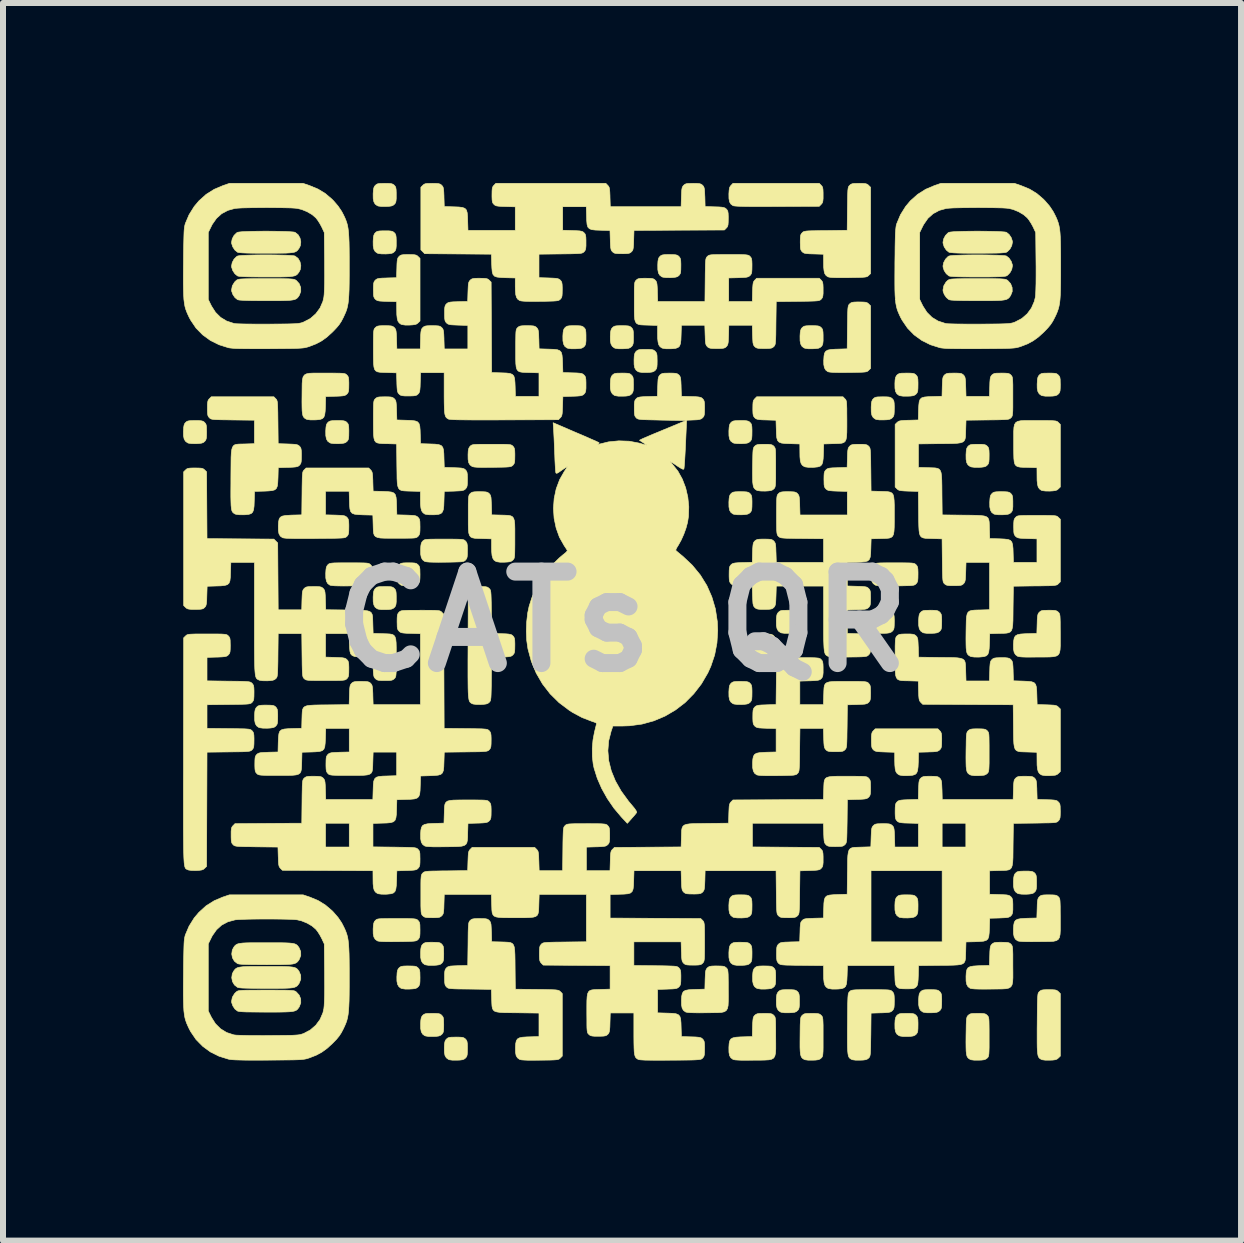
<source format=kicad_pcb>
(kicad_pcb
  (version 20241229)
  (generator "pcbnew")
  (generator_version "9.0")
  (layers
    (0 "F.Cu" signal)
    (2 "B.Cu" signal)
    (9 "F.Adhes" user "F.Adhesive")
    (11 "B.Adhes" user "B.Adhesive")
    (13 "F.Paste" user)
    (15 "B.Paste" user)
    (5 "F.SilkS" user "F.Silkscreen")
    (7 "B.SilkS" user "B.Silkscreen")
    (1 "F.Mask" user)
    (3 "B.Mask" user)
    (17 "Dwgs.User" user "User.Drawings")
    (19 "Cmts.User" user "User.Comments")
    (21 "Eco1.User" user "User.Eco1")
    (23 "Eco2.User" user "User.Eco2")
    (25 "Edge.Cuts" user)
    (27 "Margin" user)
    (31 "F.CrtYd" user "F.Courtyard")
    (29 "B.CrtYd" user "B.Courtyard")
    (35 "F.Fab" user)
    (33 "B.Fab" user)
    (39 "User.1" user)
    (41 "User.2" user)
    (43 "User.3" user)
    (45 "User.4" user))
  (footprint "CATs QR"
    (layer "F.Cu")
    (at 7.313 7.308)
    (property "Reference" "CATs QR" (at 0 0 0) (layer "Dwgs.User") (effects (font (size 1.524 1.524) (thickness 0.3))))
    (attr through_hole)
    (fp_poly (pts (xy 3.319 -7.27) (xy 3.335 -7.252) (xy 3.344 -7.23) (xy 3.349 -7.197) (xy 3.351 -7.146) (xy 3.351 -7.112) (xy 3.351 -7.05) (xy 3.347 -7.009) (xy 3.34 -6.982) (xy 3.328 -6.963) (xy 3.319 -6.954) (xy 3.287 -6.921) (xy 2.585 -6.918) (xy 2.417 -6.917) (xy 2.276 -6.917) (xy 2.158 -6.917) (xy 2.063 -6.918) (xy 1.988 -6.92) (xy 1.931 -6.922) (xy 1.89 -6.925) (xy 1.863 -6.928) (xy 1.849 -6.932) (xy 1.814 -6.958) (xy 1.792 -6.995) (xy 1.782 -7.05) (xy 1.781 -7.126) (xy 1.781 -7.129) (xy 1.785 -7.188) (xy 1.791 -7.227) (xy 1.803 -7.253) (xy 1.817 -7.27) (xy 1.849 -7.303) (xy 3.287 -7.303) (xy 3.319 -7.27)) (stroke (width 0.01) (type solid)) (fill yes) (layer "F.SilkS"))
    (fp_poly (pts (xy -7.05 -3.351) (xy -7.009 -3.347) (xy -6.982 -3.34) (xy -6.963 -3.328) (xy -6.954 -3.319) (xy -6.938 -3.301) (xy -6.928 -3.279) (xy -6.923 -3.246) (xy -6.922 -3.195) (xy -6.921 -3.161) (xy -6.922 -3.099) (xy -6.925 -3.058) (xy -6.933 -3.031) (xy -6.945 -3.012) (xy -6.954 -3.003) (xy -6.975 -2.985) (xy -7.003 -2.975) (xy -7.045 -2.969) (xy -7.095 -2.966) (xy -7.169 -2.967) (xy -7.221 -2.974) (xy -7.239 -2.981) (xy -7.273 -3.007) (xy -7.295 -3.044) (xy -7.306 -3.099) (xy -7.307 -3.175) (xy -7.306 -3.178) (xy -7.303 -3.237) (xy -7.296 -3.276) (xy -7.285 -3.302) (xy -7.27 -3.319) (xy -7.252 -3.335) (xy -7.23 -3.344) (xy -7.197 -3.349) (xy -7.146 -3.351) (xy -7.112 -3.351) (xy -7.05 -3.351)) (stroke (width 0.01) (type solid)) (fill yes) (layer "F.SilkS"))
    (fp_poly (pts (xy -5.865 1.391) (xy -5.824 1.394) (xy -5.797 1.401) (xy -5.778 1.413) (xy -5.768 1.422) (xy -5.753 1.441) (xy -5.743 1.463) (xy -5.738 1.496) (xy -5.736 1.546) (xy -5.736 1.58) (xy -5.737 1.642) (xy -5.74 1.683) (xy -5.747 1.71) (xy -5.76 1.729) (xy -5.768 1.739) (xy -5.79 1.756) (xy -5.818 1.766) (xy -5.86 1.772) (xy -5.909 1.775) (xy -5.983 1.774) (xy -6.036 1.767) (xy -6.053 1.761) (xy -6.088 1.735) (xy -6.11 1.697) (xy -6.12 1.643) (xy -6.121 1.566) (xy -6.121 1.563) (xy -6.118 1.504) (xy -6.111 1.465) (xy -6.099 1.439) (xy -6.085 1.422) (xy -6.066 1.406) (xy -6.044 1.397) (xy -6.011 1.392) (xy -5.961 1.39) (xy -5.927 1.39) (xy -5.865 1.391)) (stroke (width 0.01) (type solid)) (fill yes) (layer "F.SilkS"))
    (fp_poly (pts (xy -4.679 -3.351) (xy -4.638 -3.347) (xy -4.612 -3.34) (xy -4.592 -3.328) (xy -4.583 -3.319) (xy -4.567 -3.301) (xy -4.558 -3.279) (xy -4.553 -3.246) (xy -4.551 -3.195) (xy -4.551 -3.161) (xy -4.552 -3.099) (xy -4.555 -3.058) (xy -4.562 -3.031) (xy -4.574 -3.012) (xy -4.583 -3.003) (xy -4.605 -2.985) (xy -4.632 -2.975) (xy -4.674 -2.969) (xy -4.724 -2.966) (xy -4.798 -2.967) (xy -4.851 -2.974) (xy -4.868 -2.981) (xy -4.903 -3.007) (xy -4.924 -3.044) (xy -4.935 -3.099) (xy -4.936 -3.175) (xy -4.936 -3.178) (xy -4.932 -3.237) (xy -4.926 -3.276) (xy -4.914 -3.302) (xy -4.9 -3.319) (xy -4.881 -3.335) (xy -4.859 -3.344) (xy -4.826 -3.349) (xy -4.775 -3.351) (xy -4.741 -3.351) (xy -4.679 -3.351)) (stroke (width 0.01) (type solid)) (fill yes) (layer "F.SilkS"))
    (fp_poly (pts (xy -3.889 -7.302) (xy -3.848 -7.299) (xy -3.822 -7.291) (xy -3.802 -7.279) (xy -3.793 -7.27) (xy -3.777 -7.252) (xy -3.768 -7.23) (xy -3.763 -7.197) (xy -3.761 -7.146) (xy -3.761 -7.112) (xy -3.761 -7.05) (xy -3.765 -7.009) (xy -3.772 -6.982) (xy -3.784 -6.963) (xy -3.793 -6.954) (xy -3.814 -6.937) (xy -3.842 -6.926) (xy -3.884 -6.92) (xy -3.934 -6.918) (xy -4.008 -6.918) (xy -4.06 -6.925) (xy -4.078 -6.932) (xy -4.113 -6.958) (xy -4.134 -6.996) (xy -4.145 -7.05) (xy -4.146 -7.126) (xy -4.146 -7.129) (xy -4.142 -7.188) (xy -4.135 -7.227) (xy -4.124 -7.253) (xy -4.109 -7.27) (xy -4.091 -7.286) (xy -4.069 -7.296) (xy -4.036 -7.301) (xy -3.985 -7.302) (xy -3.951 -7.303) (xy -3.889 -7.302)) (stroke (width 0.01) (type solid)) (fill yes) (layer "F.SilkS"))
    (fp_poly (pts (xy -3.889 -6.512) (xy -3.848 -6.508) (xy -3.822 -6.501) (xy -3.802 -6.489) (xy -3.793 -6.48) (xy -3.777 -6.462) (xy -3.768 -6.439) (xy -3.763 -6.407) (xy -3.761 -6.356) (xy -3.761 -6.322) (xy -3.761 -6.26) (xy -3.765 -6.219) (xy -3.772 -6.192) (xy -3.784 -6.173) (xy -3.793 -6.164) (xy -3.814 -6.146) (xy -3.842 -6.136) (xy -3.884 -6.13) (xy -3.934 -6.127) (xy -4.008 -6.128) (xy -4.06 -6.135) (xy -4.078 -6.142) (xy -4.113 -6.168) (xy -4.134 -6.205) (xy -4.145 -6.26) (xy -4.146 -6.336) (xy -4.146 -6.339) (xy -4.142 -6.398) (xy -4.135 -6.437) (xy -4.124 -6.463) (xy -4.109 -6.48) (xy -4.091 -6.496) (xy -4.069 -6.505) (xy -4.036 -6.51) (xy -3.985 -6.512) (xy -3.951 -6.512) (xy -3.889 -6.512)) (stroke (width 0.01) (type solid)) (fill yes) (layer "F.SilkS"))
    (fp_poly (pts (xy -3.889 -0.585) (xy -3.848 -0.582) (xy -3.822 -0.575) (xy -3.802 -0.562) (xy -3.793 -0.553) (xy -3.777 -0.535) (xy -3.768 -0.513) (xy -3.763 -0.48) (xy -3.761 -0.429) (xy -3.761 -0.395) (xy -3.761 -0.333) (xy -3.765 -0.292) (xy -3.772 -0.266) (xy -3.784 -0.246) (xy -3.793 -0.237) (xy -3.814 -0.22) (xy -3.842 -0.209) (xy -3.884 -0.203) (xy -3.934 -0.201) (xy -4.008 -0.201) (xy -4.06 -0.209) (xy -4.078 -0.215) (xy -4.113 -0.241) (xy -4.134 -0.279) (xy -4.145 -0.333) (xy -4.146 -0.409) (xy -4.146 -0.412) (xy -4.142 -0.471) (xy -4.135 -0.51) (xy -4.124 -0.536) (xy -4.109 -0.554) (xy -4.091 -0.569) (xy -4.069 -0.579) (xy -4.036 -0.584) (xy -3.985 -0.585) (xy -3.951 -0.586) (xy -3.889 -0.585)) (stroke (width 0.01) (type solid)) (fill yes) (layer "F.SilkS"))
    (fp_poly (pts (xy -3.494 -0.98) (xy -3.453 -0.977) (xy -3.426 -0.97) (xy -3.407 -0.957) (xy -3.398 -0.949) (xy -3.382 -0.93) (xy -3.372 -0.908) (xy -3.367 -0.875) (xy -3.366 -0.825) (xy -3.365 -0.79) (xy -3.366 -0.728) (xy -3.369 -0.687) (xy -3.377 -0.661) (xy -3.389 -0.641) (xy -3.398 -0.632) (xy -3.419 -0.615) (xy -3.447 -0.604) (xy -3.489 -0.598) (xy -3.539 -0.596) (xy -3.613 -0.596) (xy -3.665 -0.604) (xy -3.683 -0.61) (xy -3.717 -0.636) (xy -3.739 -0.674) (xy -3.75 -0.728) (xy -3.751 -0.804) (xy -3.75 -0.808) (xy -3.747 -0.867) (xy -3.74 -0.905) (xy -3.729 -0.931) (xy -3.714 -0.949) (xy -3.696 -0.964) (xy -3.674 -0.974) (xy -3.641 -0.979) (xy -3.59 -0.981) (xy -3.556 -0.981) (xy -3.494 -0.98)) (stroke (width 0.01) (type solid)) (fill yes) (layer "F.SilkS"))
    (fp_poly (pts (xy -3.494 5.737) (xy -3.453 5.74) (xy -3.426 5.747) (xy -3.407 5.76) (xy -3.398 5.768) (xy -3.382 5.787) (xy -3.372 5.809) (xy -3.367 5.842) (xy -3.366 5.892) (xy -3.365 5.927) (xy -3.366 5.989) (xy -3.369 6.03) (xy -3.377 6.056) (xy -3.389 6.076) (xy -3.398 6.085) (xy -3.419 6.102) (xy -3.447 6.113) (xy -3.489 6.118) (xy -3.539 6.121) (xy -3.613 6.121) (xy -3.665 6.113) (xy -3.683 6.107) (xy -3.717 6.081) (xy -3.739 6.043) (xy -3.75 5.989) (xy -3.751 5.913) (xy -3.75 5.909) (xy -3.747 5.85) (xy -3.74 5.812) (xy -3.729 5.786) (xy -3.714 5.768) (xy -3.696 5.753) (xy -3.674 5.743) (xy -3.641 5.738) (xy -3.59 5.736) (xy -3.556 5.736) (xy -3.494 5.737)) (stroke (width 0.01) (type solid)) (fill yes) (layer "F.SilkS"))
    (fp_poly (pts (xy -3.099 5.342) (xy -3.058 5.345) (xy -3.031 5.352) (xy -3.012 5.364) (xy -3.003 5.373) (xy -2.987 5.392) (xy -2.977 5.414) (xy -2.972 5.447) (xy -2.971 5.497) (xy -2.97 5.532) (xy -2.971 5.594) (xy -2.974 5.634) (xy -2.981 5.661) (xy -2.994 5.681) (xy -3.002 5.69) (xy -3.024 5.707) (xy -3.052 5.717) (xy -3.094 5.723) (xy -3.144 5.726) (xy -3.218 5.726) (xy -3.27 5.718) (xy -3.288 5.712) (xy -3.322 5.686) (xy -3.344 5.648) (xy -3.354 5.594) (xy -3.355 5.518) (xy -3.355 5.514) (xy -3.352 5.455) (xy -3.345 5.417) (xy -3.334 5.39) (xy -3.319 5.373) (xy -3.301 5.358) (xy -3.278 5.348) (xy -3.246 5.343) (xy -3.195 5.341) (xy -3.161 5.341) (xy -3.099 5.342)) (stroke (width 0.01) (type solid)) (fill yes) (layer "F.SilkS"))
    (fp_poly (pts (xy -3.099 6.527) (xy -3.058 6.53) (xy -3.031 6.537) (xy -3.012 6.55) (xy -3.003 6.559) (xy -2.987 6.577) (xy -2.977 6.599) (xy -2.972 6.632) (xy -2.971 6.683) (xy -2.97 6.717) (xy -2.971 6.779) (xy -2.974 6.82) (xy -2.981 6.846) (xy -2.994 6.866) (xy -3.002 6.875) (xy -3.024 6.892) (xy -3.052 6.903) (xy -3.094 6.909) (xy -3.144 6.911) (xy -3.218 6.911) (xy -3.27 6.903) (xy -3.288 6.897) (xy -3.322 6.871) (xy -3.344 6.833) (xy -3.354 6.779) (xy -3.355 6.703) (xy -3.355 6.7) (xy -3.352 6.641) (xy -3.345 6.602) (xy -3.334 6.576) (xy -3.319 6.558) (xy -3.301 6.543) (xy -3.278 6.533) (xy -3.246 6.528) (xy -3.195 6.527) (xy -3.161 6.526) (xy -3.099 6.527)) (stroke (width 0.01) (type solid)) (fill yes) (layer "F.SilkS"))
    (fp_poly (pts (xy -2.704 6.922) (xy -2.663 6.925) (xy -2.636 6.933) (xy -2.617 6.945) (xy -2.607 6.954) (xy -2.592 6.972) (xy -2.582 6.994) (xy -2.577 7.027) (xy -2.575 7.078) (xy -2.575 7.112) (xy -2.576 7.174) (xy -2.579 7.215) (xy -2.586 7.242) (xy -2.599 7.261) (xy -2.607 7.27) (xy -2.629 7.287) (xy -2.657 7.298) (xy -2.699 7.304) (xy -2.748 7.306) (xy -2.823 7.306) (xy -2.875 7.299) (xy -2.892 7.292) (xy -2.927 7.266) (xy -2.949 7.228) (xy -2.959 7.174) (xy -2.96 7.098) (xy -2.96 7.095) (xy -2.957 7.036) (xy -2.95 6.997) (xy -2.939 6.971) (xy -2.924 6.954) (xy -2.906 6.938) (xy -2.883 6.928) (xy -2.85 6.923) (xy -2.8 6.922) (xy -2.766 6.921) (xy -2.704 6.922)) (stroke (width 0.01) (type solid)) (fill yes) (layer "F.SilkS"))
    (fp_poly (pts (xy -0.728 -4.931) (xy -0.687 -4.928) (xy -0.661 -4.921) (xy -0.641 -4.908) (xy -0.632 -4.9) (xy -0.616 -4.881) (xy -0.607 -4.859) (xy -0.602 -4.826) (xy -0.6 -4.776) (xy -0.6 -4.741) (xy -0.6 -4.679) (xy -0.604 -4.638) (xy -0.611 -4.612) (xy -0.623 -4.592) (xy -0.632 -4.583) (xy -0.653 -4.566) (xy -0.681 -4.555) (xy -0.723 -4.55) (xy -0.773 -4.547) (xy -0.847 -4.547) (xy -0.9 -4.555) (xy -0.917 -4.561) (xy -0.952 -4.587) (xy -0.973 -4.625) (xy -0.984 -4.679) (xy -0.985 -4.755) (xy -0.985 -4.759) (xy -0.981 -4.818) (xy -0.975 -4.856) (xy -0.963 -4.882) (xy -0.948 -4.9) (xy -0.93 -4.915) (xy -0.908 -4.925) (xy -0.875 -4.93) (xy -0.824 -4.932) (xy -0.79 -4.932) (xy -0.728 -4.931)) (stroke (width 0.01) (type solid)) (fill yes) (layer "F.SilkS"))
    (fp_poly (pts (xy 0.062 -4.931) (xy 0.103 -4.928) (xy 0.13 -4.921) (xy 0.149 -4.908) (xy 0.158 -4.9) (xy 0.174 -4.881) (xy 0.184 -4.859) (xy 0.189 -4.826) (xy 0.19 -4.776) (xy 0.191 -4.741) (xy 0.19 -4.679) (xy 0.187 -4.638) (xy 0.179 -4.612) (xy 0.167 -4.592) (xy 0.158 -4.583) (xy 0.137 -4.566) (xy 0.109 -4.555) (xy 0.067 -4.55) (xy 0.017 -4.547) (xy -0.057 -4.547) (xy -0.109 -4.555) (xy -0.127 -4.561) (xy -0.161 -4.587) (xy -0.183 -4.625) (xy -0.194 -4.679) (xy -0.195 -4.755) (xy -0.194 -4.759) (xy -0.191 -4.818) (xy -0.184 -4.856) (xy -0.173 -4.882) (xy -0.158 -4.9) (xy -0.14 -4.915) (xy -0.118 -4.925) (xy -0.085 -4.93) (xy -0.034 -4.932) (xy 0 -4.932) (xy 0.062 -4.931)) (stroke (width 0.01) (type solid)) (fill yes) (layer "F.SilkS"))
    (fp_poly (pts (xy 0.062 -4.141) (xy 0.103 -4.138) (xy 0.13 -4.131) (xy 0.149 -4.118) (xy 0.158 -4.109) (xy 0.174 -4.091) (xy 0.184 -4.069) (xy 0.189 -4.036) (xy 0.19 -3.985) (xy 0.191 -3.951) (xy 0.19 -3.889) (xy 0.187 -3.848) (xy 0.179 -3.822) (xy 0.167 -3.802) (xy 0.158 -3.793) (xy 0.137 -3.776) (xy 0.109 -3.765) (xy 0.067 -3.759) (xy 0.017 -3.757) (xy -0.057 -3.757) (xy -0.109 -3.765) (xy -0.127 -3.771) (xy -0.161 -3.797) (xy -0.183 -3.835) (xy -0.194 -3.889) (xy -0.195 -3.965) (xy -0.194 -3.968) (xy -0.191 -4.027) (xy -0.184 -4.066) (xy -0.173 -4.092) (xy -0.158 -4.11) (xy -0.14 -4.125) (xy -0.118 -4.135) (xy -0.085 -4.14) (xy -0.034 -4.141) (xy 0 -4.142) (xy 0.062 -4.141)) (stroke (width 0.01) (type solid)) (fill yes) (layer "F.SilkS"))
    (fp_poly (pts (xy 0.457 -4.536) (xy 0.498 -4.533) (xy 0.525 -4.526) (xy 0.544 -4.513) (xy 0.553 -4.505) (xy 0.569 -4.486) (xy 0.579 -4.464) (xy 0.584 -4.431) (xy 0.585 -4.381) (xy 0.586 -4.346) (xy 0.585 -4.284) (xy 0.582 -4.243) (xy 0.575 -4.217) (xy 0.562 -4.197) (xy 0.554 -4.188) (xy 0.532 -4.171) (xy 0.504 -4.16) (xy 0.462 -4.154) (xy 0.412 -4.152) (xy 0.338 -4.152) (xy 0.286 -4.16) (xy 0.268 -4.166) (xy 0.234 -4.192) (xy 0.212 -4.23) (xy 0.202 -4.284) (xy 0.201 -4.36) (xy 0.201 -4.364) (xy 0.204 -4.423) (xy 0.211 -4.461) (xy 0.222 -4.487) (xy 0.237 -4.505) (xy 0.255 -4.52) (xy 0.278 -4.53) (xy 0.31 -4.535) (xy 0.361 -4.537) (xy 0.395 -4.537) (xy 0.457 -4.536)) (stroke (width 0.01) (type solid)) (fill yes) (layer "F.SilkS"))
    (fp_poly (pts (xy 0.852 -6.116) (xy 0.893 -6.113) (xy 0.92 -6.106) (xy 0.939 -6.094) (xy 0.949 -6.085) (xy 0.964 -6.066) (xy 0.974 -6.044) (xy 0.979 -6.011) (xy 0.981 -5.961) (xy 0.981 -5.927) (xy 0.98 -5.865) (xy 0.977 -5.824) (xy 0.97 -5.797) (xy 0.957 -5.778) (xy 0.949 -5.768) (xy 0.927 -5.751) (xy 0.899 -5.741) (xy 0.857 -5.735) (xy 0.808 -5.732) (xy 0.733 -5.733) (xy 0.681 -5.74) (xy 0.664 -5.746) (xy 0.629 -5.773) (xy 0.607 -5.81) (xy 0.597 -5.865) (xy 0.596 -5.941) (xy 0.596 -5.944) (xy 0.599 -6.003) (xy 0.606 -6.042) (xy 0.617 -6.068) (xy 0.632 -6.085) (xy 0.65 -6.101) (xy 0.673 -6.11) (xy 0.706 -6.115) (xy 0.756 -6.117) (xy 0.79 -6.117) (xy 0.852 -6.116)) (stroke (width 0.01) (type solid)) (fill yes) (layer "F.SilkS"))
    (fp_poly (pts (xy 2.038 -3.351) (xy 2.078 -3.347) (xy 2.105 -3.34) (xy 2.125 -3.328) (xy 2.134 -3.319) (xy 2.15 -3.301) (xy 2.159 -3.279) (xy 2.164 -3.246) (xy 2.166 -3.195) (xy 2.166 -3.161) (xy 2.165 -3.099) (xy 2.162 -3.058) (xy 2.155 -3.031) (xy 2.143 -3.012) (xy 2.134 -3.003) (xy 2.112 -2.985) (xy 2.085 -2.975) (xy 2.043 -2.969) (xy 1.993 -2.966) (xy 1.919 -2.967) (xy 1.866 -2.974) (xy 1.849 -2.981) (xy 1.814 -3.007) (xy 1.792 -3.044) (xy 1.782 -3.099) (xy 1.781 -3.175) (xy 1.781 -3.178) (xy 1.785 -3.237) (xy 1.791 -3.276) (xy 1.803 -3.302) (xy 1.817 -3.319) (xy 1.836 -3.335) (xy 1.858 -3.344) (xy 1.891 -3.349) (xy 1.942 -3.351) (xy 1.976 -3.351) (xy 2.038 -3.351)) (stroke (width 0.01) (type solid)) (fill yes) (layer "F.SilkS"))
    (fp_poly (pts (xy 2.038 -2.165) (xy 2.078 -2.162) (xy 2.105 -2.155) (xy 2.125 -2.143) (xy 2.134 -2.134) (xy 2.15 -2.115) (xy 2.159 -2.093) (xy 2.164 -2.06) (xy 2.166 -2.01) (xy 2.166 -1.976) (xy 2.165 -1.914) (xy 2.162 -1.873) (xy 2.155 -1.846) (xy 2.143 -1.827) (xy 2.134 -1.817) (xy 2.112 -1.8) (xy 2.085 -1.79) (xy 2.043 -1.784) (xy 1.993 -1.781) (xy 1.919 -1.782) (xy 1.866 -1.789) (xy 1.849 -1.795) (xy 1.814 -1.821) (xy 1.792 -1.859) (xy 1.782 -1.913) (xy 1.781 -1.99) (xy 1.781 -1.993) (xy 1.785 -2.052) (xy 1.791 -2.091) (xy 1.803 -2.117) (xy 1.817 -2.134) (xy 1.836 -2.15) (xy 1.858 -2.159) (xy 1.891 -2.164) (xy 1.942 -2.166) (xy 1.976 -2.166) (xy 2.038 -2.165)) (stroke (width 0.01) (type solid)) (fill yes) (layer "F.SilkS"))
    (fp_poly (pts (xy 2.038 0.996) (xy 2.078 0.999) (xy 2.105 1.006) (xy 2.125 1.018) (xy 2.134 1.027) (xy 2.15 1.046) (xy 2.159 1.068) (xy 2.164 1.101) (xy 2.166 1.151) (xy 2.166 1.185) (xy 2.165 1.247) (xy 2.162 1.288) (xy 2.155 1.315) (xy 2.143 1.334) (xy 2.134 1.344) (xy 2.112 1.361) (xy 2.085 1.371) (xy 2.043 1.377) (xy 1.993 1.38) (xy 1.919 1.379) (xy 1.866 1.372) (xy 1.849 1.366) (xy 1.814 1.339) (xy 1.792 1.302) (xy 1.782 1.247) (xy 1.781 1.171) (xy 1.781 1.168) (xy 1.785 1.109) (xy 1.791 1.07) (xy 1.803 1.044) (xy 1.817 1.027) (xy 1.836 1.011) (xy 1.858 1.002) (xy 1.891 0.997) (xy 1.942 0.995) (xy 1.976 0.995) (xy 2.038 0.996)) (stroke (width 0.01) (type solid)) (fill yes) (layer "F.SilkS"))
    (fp_poly (pts (xy 2.038 4.552) (xy 2.078 4.555) (xy 2.105 4.562) (xy 2.125 4.574) (xy 2.134 4.583) (xy 2.15 4.602) (xy 2.159 4.624) (xy 2.164 4.657) (xy 2.166 4.707) (xy 2.166 4.741) (xy 2.165 4.803) (xy 2.162 4.844) (xy 2.155 4.871) (xy 2.143 4.89) (xy 2.134 4.9) (xy 2.112 4.917) (xy 2.085 4.927) (xy 2.043 4.933) (xy 1.993 4.936) (xy 1.919 4.935) (xy 1.866 4.928) (xy 1.849 4.922) (xy 1.814 4.895) (xy 1.792 4.858) (xy 1.782 4.803) (xy 1.781 4.727) (xy 1.781 4.724) (xy 1.785 4.665) (xy 1.791 4.626) (xy 1.803 4.6) (xy 1.817 4.583) (xy 1.836 4.567) (xy 1.858 4.558) (xy 1.891 4.553) (xy 1.942 4.551) (xy 1.976 4.551) (xy 2.038 4.552)) (stroke (width 0.01) (type solid)) (fill yes) (layer "F.SilkS"))
    (fp_poly (pts (xy 2.038 5.342) (xy 2.078 5.345) (xy 2.105 5.352) (xy 2.125 5.364) (xy 2.134 5.373) (xy 2.15 5.392) (xy 2.159 5.414) (xy 2.164 5.447) (xy 2.166 5.497) (xy 2.166 5.532) (xy 2.165 5.594) (xy 2.162 5.634) (xy 2.155 5.661) (xy 2.143 5.681) (xy 2.134 5.69) (xy 2.112 5.707) (xy 2.085 5.717) (xy 2.043 5.723) (xy 1.993 5.726) (xy 1.919 5.726) (xy 1.866 5.718) (xy 1.849 5.712) (xy 1.814 5.686) (xy 1.792 5.648) (xy 1.782 5.594) (xy 1.781 5.518) (xy 1.781 5.514) (xy 1.785 5.455) (xy 1.791 5.417) (xy 1.803 5.39) (xy 1.817 5.373) (xy 1.836 5.358) (xy 1.858 5.348) (xy 1.891 5.343) (xy 1.942 5.341) (xy 1.976 5.341) (xy 2.038 5.342)) (stroke (width 0.01) (type solid)) (fill yes) (layer "F.SilkS"))
    (fp_poly (pts (xy 2.433 0.205) (xy 2.474 0.209) (xy 2.5 0.216) (xy 2.52 0.228) (xy 2.529 0.237) (xy 2.545 0.255) (xy 2.554 0.277) (xy 2.559 0.31) (xy 2.561 0.361) (xy 2.561 0.395) (xy 2.56 0.457) (xy 2.557 0.498) (xy 2.55 0.525) (xy 2.538 0.544) (xy 2.529 0.553) (xy 2.507 0.571) (xy 2.48 0.581) (xy 2.438 0.587) (xy 2.388 0.59) (xy 2.314 0.589) (xy 2.261 0.582) (xy 2.244 0.575) (xy 2.209 0.549) (xy 2.188 0.512) (xy 2.177 0.457) (xy 2.176 0.381) (xy 2.176 0.378) (xy 2.18 0.319) (xy 2.186 0.28) (xy 2.198 0.254) (xy 2.212 0.237) (xy 2.231 0.221) (xy 2.253 0.212) (xy 2.286 0.207) (xy 2.337 0.205) (xy 2.371 0.205) (xy 2.433 0.205)) (stroke (width 0.01) (type solid)) (fill yes) (layer "F.SilkS"))
    (fp_poly (pts (xy 2.433 5.737) (xy 2.474 5.74) (xy 2.5 5.747) (xy 2.52 5.76) (xy 2.529 5.768) (xy 2.545 5.787) (xy 2.554 5.809) (xy 2.559 5.842) (xy 2.561 5.892) (xy 2.561 5.927) (xy 2.56 5.989) (xy 2.557 6.03) (xy 2.55 6.056) (xy 2.538 6.076) (xy 2.529 6.085) (xy 2.507 6.102) (xy 2.48 6.113) (xy 2.438 6.118) (xy 2.388 6.121) (xy 2.314 6.121) (xy 2.261 6.113) (xy 2.244 6.107) (xy 2.209 6.081) (xy 2.188 6.043) (xy 2.177 5.989) (xy 2.176 5.913) (xy 2.176 5.909) (xy 2.18 5.85) (xy 2.186 5.812) (xy 2.198 5.786) (xy 2.212 5.768) (xy 2.231 5.753) (xy 2.253 5.743) (xy 2.286 5.738) (xy 2.337 5.736) (xy 2.371 5.736) (xy 2.433 5.737)) (stroke (width 0.01) (type solid)) (fill yes) (layer "F.SilkS"))
    (fp_poly (pts (xy 2.828 -0.19) (xy 2.869 -0.187) (xy 2.895 -0.179) (xy 2.915 -0.167) (xy 2.924 -0.158) (xy 2.94 -0.14) (xy 2.949 -0.118) (xy 2.954 -0.085) (xy 2.956 -0.034) (xy 2.956 0) (xy 2.956 0.062) (xy 2.952 0.103) (xy 2.945 0.13) (xy 2.933 0.149) (xy 2.924 0.158) (xy 2.903 0.175) (xy 2.875 0.186) (xy 2.833 0.192) (xy 2.783 0.194) (xy 2.709 0.194) (xy 2.656 0.187) (xy 2.639 0.18) (xy 2.604 0.154) (xy 2.583 0.116) (xy 2.572 0.062) (xy 2.571 -0.014) (xy 2.571 -0.017) (xy 2.575 -0.076) (xy 2.581 -0.115) (xy 2.593 -0.141) (xy 2.608 -0.158) (xy 2.626 -0.174) (xy 2.648 -0.184) (xy 2.681 -0.189) (xy 2.732 -0.19) (xy 2.766 -0.191) (xy 2.828 -0.19)) (stroke (width 0.01) (type solid)) (fill yes) (layer "F.SilkS"))
    (fp_poly (pts (xy 2.828 6.132) (xy 2.869 6.135) (xy 2.895 6.142) (xy 2.915 6.155) (xy 2.924 6.163) (xy 2.94 6.182) (xy 2.949 6.204) (xy 2.954 6.237) (xy 2.956 6.287) (xy 2.956 6.322) (xy 2.956 6.384) (xy 2.952 6.425) (xy 2.945 6.451) (xy 2.933 6.471) (xy 2.924 6.48) (xy 2.903 6.497) (xy 2.875 6.508) (xy 2.833 6.514) (xy 2.783 6.516) (xy 2.709 6.516) (xy 2.656 6.508) (xy 2.639 6.502) (xy 2.604 6.476) (xy 2.583 6.438) (xy 2.572 6.384) (xy 2.571 6.308) (xy 2.571 6.304) (xy 2.575 6.245) (xy 2.581 6.207) (xy 2.593 6.181) (xy 2.608 6.163) (xy 2.626 6.148) (xy 2.648 6.138) (xy 2.681 6.133) (xy 2.732 6.131) (xy 2.766 6.131) (xy 2.828 6.132)) (stroke (width 0.01) (type solid)) (fill yes) (layer "F.SilkS"))
    (fp_poly (pts (xy 3.223 -4.931) (xy 3.264 -4.928) (xy 3.29 -4.921) (xy 3.31 -4.908) (xy 3.319 -4.9) (xy 3.335 -4.881) (xy 3.344 -4.859) (xy 3.349 -4.826) (xy 3.351 -4.776) (xy 3.351 -4.741) (xy 3.351 -4.679) (xy 3.347 -4.638) (xy 3.34 -4.612) (xy 3.328 -4.592) (xy 3.319 -4.583) (xy 3.298 -4.566) (xy 3.27 -4.555) (xy 3.228 -4.55) (xy 3.178 -4.547) (xy 3.104 -4.547) (xy 3.052 -4.555) (xy 3.034 -4.561) (xy 2.999 -4.587) (xy 2.978 -4.625) (xy 2.967 -4.679) (xy 2.966 -4.755) (xy 2.966 -4.759) (xy 2.97 -4.818) (xy 2.977 -4.856) (xy 2.988 -4.882) (xy 3.003 -4.9) (xy 3.021 -4.915) (xy 3.043 -4.925) (xy 3.076 -4.93) (xy 3.127 -4.932) (xy 3.161 -4.932) (xy 3.223 -4.931)) (stroke (width 0.01) (type solid)) (fill yes) (layer "F.SilkS"))
    (fp_poly (pts (xy 4.408 -3.746) (xy 4.449 -3.743) (xy 4.476 -3.735) (xy 4.495 -3.723) (xy 4.505 -3.714) (xy 4.52 -3.696) (xy 4.53 -3.674) (xy 4.535 -3.641) (xy 4.537 -3.59) (xy 4.537 -3.556) (xy 4.536 -3.494) (xy 4.533 -3.453) (xy 4.526 -3.426) (xy 4.513 -3.407) (xy 4.505 -3.398) (xy 4.483 -3.381) (xy 4.455 -3.37) (xy 4.413 -3.364) (xy 4.364 -3.362) (xy 4.289 -3.362) (xy 4.237 -3.369) (xy 4.22 -3.376) (xy 4.185 -3.402) (xy 4.163 -3.44) (xy 4.153 -3.494) (xy 4.152 -3.57) (xy 4.152 -3.573) (xy 4.155 -3.632) (xy 4.162 -3.671) (xy 4.173 -3.697) (xy 4.188 -3.714) (xy 4.206 -3.73) (xy 4.229 -3.74) (xy 4.262 -3.745) (xy 4.312 -3.746) (xy 4.346 -3.747) (xy 4.408 -3.746)) (stroke (width 0.01) (type solid)) (fill yes) (layer "F.SilkS"))
    (fp_poly (pts (xy 4.408 -0.19) (xy 4.449 -0.187) (xy 4.476 -0.179) (xy 4.495 -0.167) (xy 4.505 -0.158) (xy 4.52 -0.14) (xy 4.53 -0.118) (xy 4.535 -0.085) (xy 4.537 -0.034) (xy 4.537 0) (xy 4.536 0.062) (xy 4.533 0.103) (xy 4.526 0.13) (xy 4.513 0.149) (xy 4.505 0.158) (xy 4.483 0.175) (xy 4.455 0.186) (xy 4.413 0.192) (xy 4.364 0.194) (xy 4.289 0.194) (xy 4.237 0.187) (xy 4.22 0.18) (xy 4.185 0.154) (xy 4.163 0.116) (xy 4.153 0.062) (xy 4.152 -0.014) (xy 4.152 -0.017) (xy 4.155 -0.076) (xy 4.162 -0.115) (xy 4.173 -0.141) (xy 4.188 -0.158) (xy 4.206 -0.174) (xy 4.229 -0.184) (xy 4.262 -0.189) (xy 4.312 -0.19) (xy 4.346 -0.191) (xy 4.408 -0.19)) (stroke (width 0.01) (type solid)) (fill yes) (layer "F.SilkS"))
    (fp_poly (pts (xy 4.803 -4.141) (xy 4.844 -4.138) (xy 4.871 -4.131) (xy 4.89 -4.118) (xy 4.9 -4.109) (xy 4.915 -4.091) (xy 4.925 -4.069) (xy 4.93 -4.036) (xy 4.932 -3.985) (xy 4.932 -3.951) (xy 4.931 -3.889) (xy 4.928 -3.848) (xy 4.921 -3.822) (xy 4.908 -3.802) (xy 4.9 -3.793) (xy 4.878 -3.776) (xy 4.85 -3.765) (xy 4.808 -3.759) (xy 4.759 -3.757) (xy 4.685 -3.757) (xy 4.632 -3.765) (xy 4.615 -3.771) (xy 4.58 -3.797) (xy 4.558 -3.835) (xy 4.548 -3.889) (xy 4.547 -3.965) (xy 4.547 -3.968) (xy 4.55 -4.027) (xy 4.557 -4.066) (xy 4.569 -4.092) (xy 4.583 -4.11) (xy 4.602 -4.125) (xy 4.624 -4.135) (xy 4.657 -4.14) (xy 4.707 -4.141) (xy 4.741 -4.142) (xy 4.803 -4.141)) (stroke (width 0.01) (type solid)) (fill yes) (layer "F.SilkS"))
    (fp_poly (pts (xy 4.803 4.552) (xy 4.844 4.555) (xy 4.871 4.562) (xy 4.89 4.574) (xy 4.9 4.583) (xy 4.915 4.602) (xy 4.925 4.624) (xy 4.93 4.657) (xy 4.932 4.707) (xy 4.932 4.741) (xy 4.931 4.803) (xy 4.928 4.844) (xy 4.921 4.871) (xy 4.908 4.89) (xy 4.9 4.9) (xy 4.878 4.917) (xy 4.85 4.927) (xy 4.808 4.933) (xy 4.759 4.936) (xy 4.685 4.935) (xy 4.632 4.928) (xy 4.615 4.922) (xy 4.58 4.895) (xy 4.558 4.858) (xy 4.548 4.803) (xy 4.547 4.727) (xy 4.547 4.724) (xy 4.55 4.665) (xy 4.557 4.626) (xy 4.569 4.6) (xy 4.583 4.583) (xy 4.602 4.567) (xy 4.624 4.558) (xy 4.657 4.553) (xy 4.707 4.551) (xy 4.741 4.551) (xy 4.803 4.552)) (stroke (width 0.01) (type solid)) (fill yes) (layer "F.SilkS"))
    (fp_poly (pts (xy 4.803 6.527) (xy 4.844 6.53) (xy 4.871 6.537) (xy 4.89 6.55) (xy 4.9 6.559) (xy 4.915 6.577) (xy 4.925 6.599) (xy 4.93 6.632) (xy 4.932 6.683) (xy 4.932 6.717) (xy 4.931 6.779) (xy 4.928 6.82) (xy 4.921 6.846) (xy 4.908 6.866) (xy 4.9 6.875) (xy 4.878 6.892) (xy 4.85 6.903) (xy 4.808 6.909) (xy 4.759 6.911) (xy 4.685 6.911) (xy 4.632 6.903) (xy 4.615 6.897) (xy 4.58 6.871) (xy 4.558 6.833) (xy 4.548 6.779) (xy 4.547 6.703) (xy 4.547 6.7) (xy 4.55 6.641) (xy 4.557 6.602) (xy 4.569 6.576) (xy 4.583 6.558) (xy 4.602 6.543) (xy 4.624 6.533) (xy 4.657 6.528) (xy 4.707 6.527) (xy 4.741 6.526) (xy 4.803 6.527)) (stroke (width 0.01) (type solid)) (fill yes) (layer "F.SilkS"))
    (fp_poly (pts (xy 5.198 -0.19) (xy 5.239 -0.187) (xy 5.266 -0.179) (xy 5.285 -0.167) (xy 5.295 -0.158) (xy 5.31 -0.14) (xy 5.32 -0.118) (xy 5.325 -0.085) (xy 5.327 -0.034) (xy 5.327 0) (xy 5.326 0.062) (xy 5.323 0.103) (xy 5.316 0.13) (xy 5.303 0.149) (xy 5.295 0.158) (xy 5.273 0.175) (xy 5.245 0.186) (xy 5.204 0.192) (xy 5.154 0.194) (xy 5.08 0.194) (xy 5.027 0.187) (xy 5.01 0.18) (xy 4.975 0.154) (xy 4.953 0.116) (xy 4.943 0.062) (xy 4.942 -0.014) (xy 4.942 -0.017) (xy 4.946 -0.076) (xy 4.952 -0.115) (xy 4.964 -0.141) (xy 4.978 -0.158) (xy 4.997 -0.174) (xy 5.019 -0.184) (xy 5.052 -0.189) (xy 5.102 -0.19) (xy 5.136 -0.191) (xy 5.198 -0.19)) (stroke (width 0.01) (type solid)) (fill yes) (layer "F.SilkS"))
    (fp_poly (pts (xy 5.198 6.132) (xy 5.239 6.135) (xy 5.266 6.142) (xy 5.285 6.155) (xy 5.295 6.163) (xy 5.31 6.182) (xy 5.32 6.204) (xy 5.325 6.237) (xy 5.327 6.287) (xy 5.327 6.322) (xy 5.326 6.384) (xy 5.323 6.425) (xy 5.316 6.451) (xy 5.303 6.471) (xy 5.295 6.48) (xy 5.273 6.497) (xy 5.245 6.508) (xy 5.204 6.514) (xy 5.154 6.516) (xy 5.08 6.516) (xy 5.027 6.508) (xy 5.01 6.502) (xy 4.975 6.476) (xy 4.953 6.438) (xy 4.943 6.384) (xy 4.942 6.308) (xy 4.942 6.304) (xy 4.946 6.245) (xy 4.952 6.207) (xy 4.964 6.181) (xy 4.978 6.163) (xy 4.997 6.148) (xy 5.019 6.138) (xy 5.052 6.133) (xy 5.102 6.131) (xy 5.136 6.131) (xy 5.198 6.132)) (stroke (width 0.01) (type solid)) (fill yes) (layer "F.SilkS"))
    (fp_poly (pts (xy 5.989 -2.956) (xy 6.03 -2.952) (xy 6.056 -2.945) (xy 6.076 -2.933) (xy 6.085 -2.924) (xy 6.101 -2.906) (xy 6.11 -2.883) (xy 6.115 -2.851) (xy 6.117 -2.8) (xy 6.117 -2.766) (xy 6.116 -2.704) (xy 6.113 -2.663) (xy 6.106 -2.636) (xy 6.094 -2.617) (xy 6.085 -2.608) (xy 6.063 -2.59) (xy 6.036 -2.58) (xy 5.994 -2.574) (xy 5.944 -2.571) (xy 5.87 -2.572) (xy 5.817 -2.579) (xy 5.8 -2.586) (xy 5.765 -2.612) (xy 5.744 -2.649) (xy 5.733 -2.704) (xy 5.732 -2.78) (xy 5.732 -2.783) (xy 5.736 -2.842) (xy 5.742 -2.881) (xy 5.754 -2.907) (xy 5.768 -2.924) (xy 5.787 -2.94) (xy 5.809 -2.949) (xy 5.842 -2.954) (xy 5.893 -2.956) (xy 5.927 -2.956) (xy 5.989 -2.956)) (stroke (width 0.01) (type solid)) (fill yes) (layer "F.SilkS"))
    (fp_poly (pts (xy 6.384 -2.165) (xy 6.425 -2.162) (xy 6.451 -2.155) (xy 6.471 -2.143) (xy 6.48 -2.134) (xy 6.496 -2.115) (xy 6.505 -2.093) (xy 6.51 -2.06) (xy 6.512 -2.01) (xy 6.512 -1.976) (xy 6.512 -1.914) (xy 6.508 -1.873) (xy 6.501 -1.846) (xy 6.489 -1.827) (xy 6.48 -1.817) (xy 6.459 -1.8) (xy 6.431 -1.79) (xy 6.389 -1.784) (xy 6.339 -1.781) (xy 6.265 -1.782) (xy 6.212 -1.789) (xy 6.195 -1.795) (xy 6.16 -1.821) (xy 6.139 -1.859) (xy 6.128 -1.913) (xy 6.127 -1.99) (xy 6.127 -1.993) (xy 6.131 -2.052) (xy 6.137 -2.091) (xy 6.149 -2.117) (xy 6.164 -2.134) (xy 6.182 -2.15) (xy 6.204 -2.159) (xy 6.237 -2.164) (xy 6.288 -2.166) (xy 6.322 -2.166) (xy 6.384 -2.165)) (stroke (width 0.01) (type solid)) (fill yes) (layer "F.SilkS"))
    (fp_poly (pts (xy 6.779 4.156) (xy 6.82 4.16) (xy 6.846 4.167) (xy 6.866 4.179) (xy 6.875 4.188) (xy 6.891 4.206) (xy 6.9 4.229) (xy 6.905 4.261) (xy 6.907 4.312) (xy 6.907 4.346) (xy 6.907 4.408) (xy 6.903 4.449) (xy 6.896 4.476) (xy 6.884 4.495) (xy 6.875 4.504) (xy 6.854 4.522) (xy 6.826 4.532) (xy 6.784 4.538) (xy 6.734 4.541) (xy 6.66 4.54) (xy 6.608 4.533) (xy 6.59 4.526) (xy 6.555 4.5) (xy 6.534 4.463) (xy 6.523 4.408) (xy 6.522 4.332) (xy 6.522 4.329) (xy 6.526 4.27) (xy 6.533 4.231) (xy 6.544 4.205) (xy 6.559 4.188) (xy 6.577 4.172) (xy 6.599 4.163) (xy 6.632 4.158) (xy 6.683 4.156) (xy 6.717 4.156) (xy 6.779 4.156)) (stroke (width 0.01) (type solid)) (fill yes) (layer "F.SilkS"))
    (fp_poly (pts (xy 7.174 -4.141) (xy 7.215 -4.138) (xy 7.242 -4.131) (xy 7.261 -4.118) (xy 7.27 -4.109) (xy 7.286 -4.091) (xy 7.296 -4.069) (xy 7.301 -4.036) (xy 7.302 -3.985) (xy 7.303 -3.951) (xy 7.302 -3.889) (xy 7.299 -3.848) (xy 7.291 -3.822) (xy 7.279 -3.802) (xy 7.27 -3.793) (xy 7.249 -3.776) (xy 7.221 -3.765) (xy 7.179 -3.759) (xy 7.129 -3.757) (xy 7.055 -3.757) (xy 7.003 -3.765) (xy 6.985 -3.771) (xy 6.951 -3.797) (xy 6.929 -3.835) (xy 6.918 -3.889) (xy 6.917 -3.965) (xy 6.918 -3.968) (xy 6.921 -4.027) (xy 6.928 -4.066) (xy 6.939 -4.092) (xy 6.954 -4.11) (xy 6.972 -4.125) (xy 6.994 -4.135) (xy 7.027 -4.14) (xy 7.078 -4.141) (xy 7.112 -4.142) (xy 7.174 -4.141)) (stroke (width 0.01) (type solid)) (fill yes) (layer "F.SilkS"))
    (fp_poly (pts (xy 7.174 6.132) (xy 7.215 6.135) (xy 7.242 6.142) (xy 7.261 6.155) (xy 7.27 6.163) (xy 7.303 6.196) (xy 7.303 7.238) (xy 7.27 7.27) (xy 7.249 7.287) (xy 7.221 7.298) (xy 7.179 7.304) (xy 7.129 7.306) (xy 7.055 7.306) (xy 7.003 7.299) (xy 6.985 7.292) (xy 6.967 7.282) (xy 6.953 7.27) (xy 6.941 7.254) (xy 6.932 7.23) (xy 6.926 7.197) (xy 6.921 7.15) (xy 6.918 7.089) (xy 6.917 7.009) (xy 6.917 6.908) (xy 6.917 6.783) (xy 6.918 6.7) (xy 6.919 6.567) (xy 6.92 6.46) (xy 6.921 6.375) (xy 6.923 6.31) (xy 6.925 6.262) (xy 6.928 6.227) (xy 6.931 6.203) (xy 6.936 6.187) (xy 6.943 6.175) (xy 6.951 6.166) (xy 6.954 6.163) (xy 6.972 6.148) (xy 6.994 6.138) (xy 7.027 6.133) (xy 7.078 6.131) (xy 7.112 6.131) (xy 7.174 6.132)) (stroke (width 0.01) (type solid)) (fill yes) (layer "F.SilkS"))
    (fp_poly (pts (xy 6.074 -6.505) (xy 6.17 -6.503) (xy 6.255 -6.501) (xy 6.325 -6.497) (xy 6.377 -6.493) (xy 6.404 -6.488) (xy 6.406 -6.487) (xy 6.45 -6.451) (xy 6.485 -6.399) (xy 6.504 -6.341) (xy 6.505 -6.322) (xy 6.494 -6.265) (xy 6.464 -6.209) (xy 6.422 -6.166) (xy 6.406 -6.156) (xy 6.387 -6.151) (xy 6.351 -6.147) (xy 6.298 -6.143) (xy 6.223 -6.141) (xy 6.126 -6.14) (xy 6.004 -6.139) (xy 5.927 -6.139) (xy 5.79 -6.139) (xy 5.68 -6.14) (xy 5.593 -6.142) (xy 5.529 -6.145) (xy 5.484 -6.149) (xy 5.456 -6.153) (xy 5.447 -6.156) (xy 5.403 -6.192) (xy 5.368 -6.245) (xy 5.35 -6.303) (xy 5.348 -6.322) (xy 5.36 -6.379) (xy 5.39 -6.435) (xy 5.431 -6.477) (xy 5.447 -6.487) (xy 5.472 -6.492) (xy 5.521 -6.497) (xy 5.589 -6.5) (xy 5.673 -6.503) (xy 5.767 -6.505) (xy 5.869 -6.506) (xy 5.972 -6.506) (xy 6.074 -6.505)) (stroke (width 0.01) (type solid)) (fill yes) (layer "F.SilkS"))
    (fp_poly (pts (xy 6.074 -6.11) (xy 6.17 -6.108) (xy 6.255 -6.106) (xy 6.325 -6.102) (xy 6.377 -6.098) (xy 6.404 -6.093) (xy 6.406 -6.092) (xy 6.45 -6.056) (xy 6.485 -6.004) (xy 6.504 -5.946) (xy 6.505 -5.927) (xy 6.494 -5.869) (xy 6.464 -5.814) (xy 6.422 -5.771) (xy 6.406 -5.761) (xy 6.387 -5.756) (xy 6.351 -5.752) (xy 6.298 -5.748) (xy 6.223 -5.746) (xy 6.126 -5.744) (xy 6.004 -5.744) (xy 5.927 -5.744) (xy 5.79 -5.744) (xy 5.68 -5.745) (xy 5.593 -5.747) (xy 5.529 -5.75) (xy 5.484 -5.753) (xy 5.456 -5.758) (xy 5.447 -5.761) (xy 5.403 -5.797) (xy 5.368 -5.85) (xy 5.35 -5.907) (xy 5.348 -5.927) (xy 5.36 -5.984) (xy 5.39 -6.04) (xy 5.431 -6.082) (xy 5.447 -6.092) (xy 5.472 -6.097) (xy 5.521 -6.102) (xy 5.589 -6.105) (xy 5.673 -6.108) (xy 5.767 -6.11) (xy 5.869 -6.111) (xy 5.972 -6.111) (xy 6.074 -6.11)) (stroke (width 0.01) (type solid)) (fill yes) (layer "F.SilkS"))
    (fp_poly (pts (xy -5.779 -6.505) (xy -5.684 -6.503) (xy -5.598 -6.501) (xy -5.528 -6.497) (xy -5.477 -6.493) (xy -5.449 -6.488) (xy -5.447 -6.487) (xy -5.396 -6.447) (xy -5.364 -6.391) (xy -5.351 -6.327) (xy -5.36 -6.262) (xy -5.38 -6.222) (xy -5.396 -6.2) (xy -5.411 -6.182) (xy -5.43 -6.168) (xy -5.455 -6.157) (xy -5.489 -6.15) (xy -5.536 -6.145) (xy -5.599 -6.141) (xy -5.68 -6.14) (xy -5.782 -6.139) (xy -5.91 -6.139) (xy -5.927 -6.139) (xy -6.063 -6.139) (xy -6.173 -6.14) (xy -6.26 -6.142) (xy -6.325 -6.145) (xy -6.37 -6.149) (xy -6.397 -6.153) (xy -6.406 -6.156) (xy -6.45 -6.192) (xy -6.485 -6.245) (xy -6.504 -6.303) (xy -6.505 -6.322) (xy -6.494 -6.379) (xy -6.464 -6.435) (xy -6.422 -6.477) (xy -6.406 -6.487) (xy -6.381 -6.492) (xy -6.333 -6.497) (xy -6.264 -6.5) (xy -6.181 -6.503) (xy -6.086 -6.505) (xy -5.985 -6.506) (xy -5.881 -6.506) (xy -5.779 -6.505)) (stroke (width 0.01) (type solid)) (fill yes) (layer "F.SilkS"))
    (fp_poly (pts (xy -5.779 -6.11) (xy -5.684 -6.108) (xy -5.598 -6.106) (xy -5.528 -6.102) (xy -5.477 -6.098) (xy -5.449 -6.093) (xy -5.447 -6.092) (xy -5.396 -6.052) (xy -5.364 -5.996) (xy -5.351 -5.932) (xy -5.36 -5.867) (xy -5.38 -5.827) (xy -5.396 -5.805) (xy -5.411 -5.787) (xy -5.43 -5.773) (xy -5.455 -5.762) (xy -5.489 -5.755) (xy -5.536 -5.749) (xy -5.599 -5.746) (xy -5.68 -5.744) (xy -5.782 -5.744) (xy -5.91 -5.744) (xy -5.927 -5.744) (xy -6.063 -5.744) (xy -6.173 -5.745) (xy -6.26 -5.747) (xy -6.325 -5.75) (xy -6.37 -5.753) (xy -6.397 -5.758) (xy -6.406 -5.761) (xy -6.45 -5.797) (xy -6.485 -5.85) (xy -6.504 -5.907) (xy -6.505 -5.927) (xy -6.494 -5.984) (xy -6.464 -6.04) (xy -6.422 -6.082) (xy -6.406 -6.092) (xy -6.381 -6.097) (xy -6.333 -6.102) (xy -6.264 -6.105) (xy -6.181 -6.108) (xy -6.086 -6.11) (xy -5.985 -6.111) (xy -5.881 -6.111) (xy -5.779 -6.11)) (stroke (width 0.01) (type solid)) (fill yes) (layer "F.SilkS"))
    (fp_poly (pts (xy 6.802 -3.352) (xy 6.914 -3.351) (xy 7.018 -3.351) (xy 7.097 -3.351) (xy 7.156 -3.35) (xy 7.197 -3.347) (xy 7.226 -3.344) (xy 7.245 -3.338) (xy 7.258 -3.331) (xy 7.269 -3.321) (xy 7.27 -3.319) (xy 7.303 -3.287) (xy 7.303 -2.244) (xy 7.27 -2.212) (xy 7.249 -2.195) (xy 7.221 -2.185) (xy 7.179 -2.179) (xy 7.129 -2.176) (xy 7.055 -2.177) (xy 7.003 -2.184) (xy 6.985 -2.19) (xy 6.956 -2.212) (xy 6.935 -2.242) (xy 6.923 -2.287) (xy 6.916 -2.35) (xy 6.915 -2.422) (xy 6.914 -2.566) (xy 6.753 -2.571) (xy 6.686 -2.572) (xy 6.633 -2.575) (xy 6.594 -2.583) (xy 6.566 -2.598) (xy 6.546 -2.624) (xy 6.535 -2.664) (xy 6.529 -2.72) (xy 6.527 -2.797) (xy 6.526 -2.898) (xy 6.526 -2.963) (xy 6.526 -3.078) (xy 6.526 -3.168) (xy 6.53 -3.236) (xy 6.54 -3.285) (xy 6.561 -3.318) (xy 6.594 -3.338) (xy 6.643 -3.348) (xy 6.712 -3.352) (xy 6.802 -3.352)) (stroke (width 0.01) (type solid)) (fill yes) (layer "F.SilkS"))
    (fp_poly (pts (xy -5.796 5.349) (xy -5.691 5.349) (xy -5.607 5.351) (xy -5.543 5.354) (xy -5.494 5.359) (xy -5.459 5.366) (xy -5.433 5.376) (xy -5.413 5.39) (xy -5.398 5.407) (xy -5.382 5.429) (xy -5.38 5.432) (xy -5.353 5.496) (xy -5.352 5.563) (xy -5.378 5.628) (xy -5.38 5.632) (xy -5.396 5.654) (xy -5.411 5.671) (xy -5.43 5.685) (xy -5.455 5.696) (xy -5.489 5.704) (xy -5.536 5.709) (xy -5.599 5.712) (xy -5.68 5.714) (xy -5.782 5.714) (xy -5.91 5.715) (xy -5.927 5.715) (xy -6.063 5.714) (xy -6.173 5.713) (xy -6.26 5.711) (xy -6.325 5.709) (xy -6.37 5.705) (xy -6.397 5.7) (xy -6.406 5.697) (xy -6.457 5.657) (xy -6.49 5.601) (xy -6.502 5.537) (xy -6.493 5.472) (xy -6.473 5.432) (xy -6.458 5.409) (xy -6.442 5.392) (xy -6.423 5.378) (xy -6.398 5.367) (xy -6.364 5.36) (xy -6.317 5.354) (xy -6.255 5.351) (xy -6.174 5.349) (xy -6.071 5.349) (xy -5.944 5.349) (xy -5.927 5.349) (xy -5.796 5.349)) (stroke (width 0.01) (type solid)) (fill yes) (layer "F.SilkS"))
    (fp_poly (pts (xy -5.796 5.744) (xy -5.691 5.744) (xy -5.607 5.746) (xy -5.543 5.749) (xy -5.494 5.754) (xy -5.459 5.761) (xy -5.433 5.771) (xy -5.413 5.785) (xy -5.398 5.802) (xy -5.382 5.824) (xy -5.38 5.827) (xy -5.353 5.891) (xy -5.352 5.958) (xy -5.378 6.023) (xy -5.38 6.027) (xy -5.396 6.049) (xy -5.411 6.067) (xy -5.43 6.08) (xy -5.455 6.091) (xy -5.489 6.099) (xy -5.536 6.104) (xy -5.599 6.107) (xy -5.68 6.109) (xy -5.782 6.11) (xy -5.91 6.11) (xy -5.927 6.11) (xy -6.063 6.109) (xy -6.173 6.108) (xy -6.26 6.106) (xy -6.325 6.104) (xy -6.37 6.1) (xy -6.397 6.095) (xy -6.406 6.092) (xy -6.457 6.052) (xy -6.49 5.996) (xy -6.502 5.932) (xy -6.493 5.867) (xy -6.473 5.827) (xy -6.458 5.805) (xy -6.442 5.787) (xy -6.423 5.773) (xy -6.398 5.762) (xy -6.364 5.755) (xy -6.317 5.749) (xy -6.255 5.746) (xy -6.174 5.744) (xy -6.071 5.744) (xy -5.944 5.744) (xy -5.927 5.744) (xy -5.796 5.744)) (stroke (width 0.01) (type solid)) (fill yes) (layer "F.SilkS"))
    (fp_poly (pts (xy -5.8 -5.715) (xy -5.699 -5.715) (xy -5.619 -5.714) (xy -5.559 -5.713) (xy -5.515 -5.71) (xy -5.483 -5.707) (xy -5.461 -5.703) (xy -5.446 -5.697) (xy -5.434 -5.69) (xy -5.427 -5.686) (xy -5.378 -5.632) (xy -5.353 -5.568) (xy -5.352 -5.502) (xy -5.376 -5.438) (xy -5.38 -5.432) (xy -5.396 -5.409) (xy -5.411 -5.392) (xy -5.43 -5.378) (xy -5.455 -5.367) (xy -5.489 -5.36) (xy -5.536 -5.354) (xy -5.599 -5.351) (xy -5.68 -5.349) (xy -5.782 -5.349) (xy -5.91 -5.349) (xy -5.927 -5.349) (xy -6.063 -5.349) (xy -6.173 -5.35) (xy -6.26 -5.352) (xy -6.325 -5.355) (xy -6.37 -5.358) (xy -6.397 -5.363) (xy -6.406 -5.366) (xy -6.449 -5.401) (xy -6.483 -5.451) (xy -6.503 -5.506) (xy -6.505 -5.527) (xy -6.492 -5.597) (xy -6.454 -5.659) (xy -6.426 -5.686) (xy -6.415 -5.694) (xy -6.402 -5.7) (xy -6.384 -5.705) (xy -6.358 -5.709) (xy -6.321 -5.711) (xy -6.27 -5.713) (xy -6.202 -5.714) (xy -6.114 -5.715) (xy -6.002 -5.715) (xy -5.927 -5.715) (xy -5.8 -5.715)) (stroke (width 0.01) (type solid)) (fill yes) (layer "F.SilkS"))
    (fp_poly (pts (xy -5.8 6.138) (xy -5.699 6.139) (xy -5.619 6.139) (xy -5.559 6.141) (xy -5.515 6.143) (xy -5.483 6.146) (xy -5.461 6.15) (xy -5.446 6.156) (xy -5.434 6.163) (xy -5.427 6.168) (xy -5.378 6.222) (xy -5.353 6.285) (xy -5.352 6.351) (xy -5.376 6.415) (xy -5.38 6.422) (xy -5.396 6.444) (xy -5.411 6.462) (xy -5.43 6.476) (xy -5.455 6.486) (xy -5.489 6.494) (xy -5.536 6.499) (xy -5.599 6.502) (xy -5.68 6.504) (xy -5.782 6.505) (xy -5.91 6.505) (xy -5.927 6.505) (xy -6.063 6.504) (xy -6.173 6.503) (xy -6.26 6.502) (xy -6.325 6.499) (xy -6.37 6.495) (xy -6.397 6.49) (xy -6.406 6.487) (xy -6.449 6.453) (xy -6.483 6.402) (xy -6.503 6.347) (xy -6.505 6.326) (xy -6.492 6.257) (xy -6.454 6.195) (xy -6.426 6.168) (xy -6.415 6.16) (xy -6.402 6.153) (xy -6.384 6.148) (xy -6.358 6.145) (xy -6.321 6.142) (xy -6.27 6.14) (xy -6.202 6.139) (xy -6.114 6.139) (xy -6.002 6.138) (xy -5.927 6.138) (xy -5.8 6.138)) (stroke (width 0.01) (type solid)) (fill yes) (layer "F.SilkS"))
    (fp_poly (pts (xy 4.013 -5.326) (xy 4.054 -5.323) (xy 4.081 -5.316) (xy 4.1 -5.304) (xy 4.109 -5.295) (xy 4.142 -5.263) (xy 4.142 -4.22) (xy 4.109 -4.188) (xy 4.098 -4.177) (xy 4.085 -4.169) (xy 4.066 -4.163) (xy 4.037 -4.159) (xy 3.995 -4.156) (xy 3.936 -4.155) (xy 3.856 -4.153) (xy 3.771 -4.152) (xy 3.659 -4.151) (xy 3.573 -4.152) (xy 3.51 -4.154) (xy 3.465 -4.158) (xy 3.437 -4.163) (xy 3.429 -4.166) (xy 3.395 -4.192) (xy 3.373 -4.23) (xy 3.362 -4.284) (xy 3.361 -4.36) (xy 3.362 -4.364) (xy 3.366 -4.428) (xy 3.375 -4.474) (xy 3.395 -4.505) (xy 3.428 -4.525) (xy 3.479 -4.535) (xy 3.553 -4.54) (xy 3.591 -4.541) (xy 3.752 -4.546) (xy 3.756 -4.904) (xy 3.758 -5.014) (xy 3.759 -5.099) (xy 3.761 -5.163) (xy 3.763 -5.209) (xy 3.767 -5.242) (xy 3.772 -5.263) (xy 3.778 -5.278) (xy 3.787 -5.289) (xy 3.793 -5.295) (xy 3.811 -5.31) (xy 3.834 -5.32) (xy 3.866 -5.325) (xy 3.917 -5.327) (xy 3.951 -5.327) (xy 4.013 -5.326)) (stroke (width 0.01) (type solid)) (fill yes) (layer "F.SilkS"))
    (fp_poly (pts (xy 6.053 -5.715) (xy 6.155 -5.715) (xy 6.234 -5.714) (xy 6.294 -5.713) (xy 6.339 -5.71) (xy 6.37 -5.707) (xy 6.392 -5.703) (xy 6.408 -5.697) (xy 6.42 -5.69) (xy 6.426 -5.686) (xy 6.475 -5.632) (xy 6.5 -5.568) (xy 6.502 -5.502) (xy 6.477 -5.438) (xy 6.473 -5.432) (xy 6.458 -5.409) (xy 6.442 -5.392) (xy 6.423 -5.378) (xy 6.398 -5.367) (xy 6.364 -5.36) (xy 6.317 -5.354) (xy 6.255 -5.351) (xy 6.174 -5.349) (xy 6.071 -5.349) (xy 5.944 -5.349) (xy 5.927 -5.349) (xy 5.79 -5.349) (xy 5.68 -5.35) (xy 5.593 -5.352) (xy 5.529 -5.355) (xy 5.484 -5.358) (xy 5.456 -5.363) (xy 5.447 -5.366) (xy 5.405 -5.401) (xy 5.37 -5.451) (xy 5.35 -5.506) (xy 5.348 -5.527) (xy 5.362 -5.597) (xy 5.399 -5.659) (xy 5.427 -5.686) (xy 5.439 -5.694) (xy 5.452 -5.7) (xy 5.469 -5.705) (xy 5.495 -5.709) (xy 5.532 -5.711) (xy 5.583 -5.713) (xy 5.651 -5.714) (xy 5.739 -5.715) (xy 5.851 -5.715) (xy 5.927 -5.715) (xy 6.053 -5.715)) (stroke (width 0.01) (type solid)) (fill yes) (layer "F.SilkS"))
    (fp_poly (pts (xy -4.44 -0.981) (xy -4.361 -0.98) (xy -4.302 -0.979) (xy -4.261 -0.977) (xy -4.232 -0.973) (xy -4.214 -0.968) (xy -4.201 -0.96) (xy -4.19 -0.95) (xy -4.188 -0.949) (xy -4.172 -0.93) (xy -4.163 -0.908) (xy -4.158 -0.875) (xy -4.156 -0.825) (xy -4.156 -0.79) (xy -4.156 -0.728) (xy -4.16 -0.687) (xy -4.167 -0.661) (xy -4.179 -0.641) (xy -4.188 -0.632) (xy -4.199 -0.621) (xy -4.213 -0.613) (xy -4.232 -0.607) (xy -4.26 -0.603) (xy -4.302 -0.6) (xy -4.361 -0.599) (xy -4.441 -0.597) (xy -4.527 -0.596) (xy -4.638 -0.595) (xy -4.724 -0.596) (xy -4.788 -0.598) (xy -4.832 -0.602) (xy -4.86 -0.607) (xy -4.868 -0.61) (xy -4.903 -0.636) (xy -4.924 -0.674) (xy -4.935 -0.728) (xy -4.936 -0.804) (xy -4.936 -0.808) (xy -4.932 -0.867) (xy -4.926 -0.905) (xy -4.914 -0.931) (xy -4.9 -0.949) (xy -4.889 -0.959) (xy -4.876 -0.967) (xy -4.858 -0.972) (xy -4.831 -0.976) (xy -4.792 -0.979) (xy -4.736 -0.98) (xy -4.66 -0.981) (xy -4.559 -0.981) (xy -4.544 -0.981) (xy -4.44 -0.981)) (stroke (width 0.01) (type solid)) (fill yes) (layer "F.SilkS"))
    (fp_poly (pts (xy -3.65 4.946) (xy -3.571 4.946) (xy -3.512 4.948) (xy -3.471 4.95) (xy -3.442 4.954) (xy -3.423 4.959) (xy -3.41 4.967) (xy -3.399 4.976) (xy -3.398 4.978) (xy -3.382 4.997) (xy -3.372 5.019) (xy -3.367 5.052) (xy -3.366 5.102) (xy -3.365 5.136) (xy -3.366 5.198) (xy -3.369 5.239) (xy -3.377 5.266) (xy -3.389 5.285) (xy -3.398 5.295) (xy -3.409 5.305) (xy -3.422 5.313) (xy -3.441 5.319) (xy -3.47 5.323) (xy -3.512 5.326) (xy -3.571 5.328) (xy -3.651 5.33) (xy -3.736 5.331) (xy -3.848 5.332) (xy -3.934 5.331) (xy -3.998 5.329) (xy -4.042 5.325) (xy -4.07 5.32) (xy -4.078 5.316) (xy -4.112 5.291) (xy -4.134 5.253) (xy -4.145 5.199) (xy -4.146 5.122) (xy -4.146 5.119) (xy -4.142 5.06) (xy -4.135 5.021) (xy -4.124 4.995) (xy -4.109 4.978) (xy -4.098 4.968) (xy -4.086 4.96) (xy -4.068 4.954) (xy -4.041 4.95) (xy -4.002 4.948) (xy -3.946 4.947) (xy -3.869 4.946) (xy -3.769 4.946) (xy -3.754 4.946) (xy -3.65 4.946)) (stroke (width 0.01) (type solid)) (fill yes) (layer "F.SilkS"))
    (fp_poly (pts (xy -2.86 -1.376) (xy -2.78 -1.375) (xy -2.722 -1.374) (xy -2.68 -1.372) (xy -2.652 -1.368) (xy -2.633 -1.363) (xy -2.62 -1.355) (xy -2.609 -1.345) (xy -2.607 -1.344) (xy -2.592 -1.325) (xy -2.582 -1.303) (xy -2.577 -1.27) (xy -2.575 -1.22) (xy -2.575 -1.185) (xy -2.576 -1.123) (xy -2.579 -1.082) (xy -2.586 -1.056) (xy -2.599 -1.036) (xy -2.607 -1.027) (xy -2.619 -1.016) (xy -2.632 -1.008) (xy -2.651 -1.003) (xy -2.68 -0.998) (xy -2.722 -0.996) (xy -2.781 -0.994) (xy -2.861 -0.992) (xy -2.946 -0.991) (xy -3.057 -0.99) (xy -3.144 -0.991) (xy -3.207 -0.993) (xy -3.252 -0.997) (xy -3.279 -1.002) (xy -3.288 -1.005) (xy -3.322 -1.031) (xy -3.344 -1.069) (xy -3.354 -1.123) (xy -3.355 -1.199) (xy -3.355 -1.203) (xy -3.352 -1.262) (xy -3.345 -1.3) (xy -3.334 -1.326) (xy -3.319 -1.344) (xy -3.308 -1.354) (xy -3.295 -1.362) (xy -3.278 -1.368) (xy -3.251 -1.371) (xy -3.211 -1.374) (xy -3.155 -1.375) (xy -3.079 -1.376) (xy -2.979 -1.376) (xy -2.963 -1.376) (xy -2.86 -1.376)) (stroke (width 0.01) (type solid)) (fill yes) (layer "F.SilkS"))
    (fp_poly (pts (xy -2.069 -2.956) (xy -1.99 -2.956) (xy -1.932 -2.955) (xy -1.89 -2.952) (xy -1.862 -2.949) (xy -1.843 -2.943) (xy -1.83 -2.936) (xy -1.819 -2.926) (xy -1.817 -2.924) (xy -1.802 -2.906) (xy -1.792 -2.883) (xy -1.787 -2.851) (xy -1.785 -2.8) (xy -1.785 -2.766) (xy -1.786 -2.704) (xy -1.789 -2.663) (xy -1.796 -2.636) (xy -1.809 -2.617) (xy -1.817 -2.607) (xy -1.829 -2.597) (xy -1.842 -2.589) (xy -1.861 -2.583) (xy -1.889 -2.579) (xy -1.931 -2.576) (xy -1.991 -2.574) (xy -2.071 -2.573) (xy -2.156 -2.572) (xy -2.267 -2.571) (xy -2.353 -2.571) (xy -2.417 -2.573) (xy -2.461 -2.577) (xy -2.489 -2.583) (xy -2.497 -2.586) (xy -2.532 -2.612) (xy -2.554 -2.649) (xy -2.564 -2.704) (xy -2.565 -2.78) (xy -2.565 -2.783) (xy -2.562 -2.842) (xy -2.555 -2.881) (xy -2.543 -2.907) (xy -2.529 -2.924) (xy -2.518 -2.934) (xy -2.505 -2.942) (xy -2.487 -2.948) (xy -2.461 -2.952) (xy -2.421 -2.954) (xy -2.365 -2.956) (xy -2.289 -2.956) (xy -2.189 -2.956) (xy -2.173 -2.956) (xy -2.069 -2.956)) (stroke (width 0.01) (type solid)) (fill yes) (layer "F.SilkS"))
    (fp_poly (pts (xy 2.433 -2.956) (xy 2.474 -2.952) (xy 2.5 -2.945) (xy 2.52 -2.933) (xy 2.529 -2.924) (xy 2.539 -2.913) (xy 2.547 -2.9) (xy 2.553 -2.883) (xy 2.557 -2.856) (xy 2.559 -2.817) (xy 2.56 -2.761) (xy 2.561 -2.685) (xy 2.561 -2.585) (xy 2.561 -2.568) (xy 2.561 -2.465) (xy 2.561 -2.385) (xy 2.559 -2.327) (xy 2.557 -2.285) (xy 2.553 -2.257) (xy 2.548 -2.238) (xy 2.541 -2.225) (xy 2.531 -2.214) (xy 2.529 -2.212) (xy 2.507 -2.195) (xy 2.48 -2.185) (xy 2.438 -2.179) (xy 2.388 -2.176) (xy 2.314 -2.177) (xy 2.261 -2.184) (xy 2.244 -2.19) (xy 2.222 -2.204) (xy 2.205 -2.221) (xy 2.192 -2.244) (xy 2.184 -2.278) (xy 2.178 -2.325) (xy 2.176 -2.39) (xy 2.175 -2.477) (xy 2.176 -2.585) (xy 2.178 -2.686) (xy 2.179 -2.763) (xy 2.181 -2.818) (xy 2.184 -2.858) (xy 2.189 -2.884) (xy 2.195 -2.902) (xy 2.203 -2.915) (xy 2.212 -2.924) (xy 2.231 -2.94) (xy 2.253 -2.949) (xy 2.286 -2.954) (xy 2.336 -2.956) (xy 2.371 -2.956) (xy 2.433 -2.956)) (stroke (width 0.01) (type solid)) (fill yes) (layer "F.SilkS"))
    (fp_poly (pts (xy 3.223 6.527) (xy 3.264 6.53) (xy 3.29 6.537) (xy 3.31 6.55) (xy 3.319 6.559) (xy 3.33 6.57) (xy 3.337 6.582) (xy 3.343 6.6) (xy 3.347 6.627) (xy 3.349 6.666) (xy 3.351 6.722) (xy 3.351 6.798) (xy 3.351 6.898) (xy 3.351 6.914) (xy 3.351 7.018) (xy 3.351 7.097) (xy 3.35 7.156) (xy 3.347 7.197) (xy 3.344 7.226) (xy 3.338 7.245) (xy 3.331 7.258) (xy 3.321 7.269) (xy 3.319 7.27) (xy 3.298 7.287) (xy 3.27 7.298) (xy 3.228 7.304) (xy 3.178 7.306) (xy 3.104 7.306) (xy 3.052 7.299) (xy 3.034 7.292) (xy 3.012 7.279) (xy 2.995 7.262) (xy 2.983 7.239) (xy 2.974 7.205) (xy 2.969 7.157) (xy 2.966 7.092) (xy 2.966 7.006) (xy 2.967 6.897) (xy 2.968 6.796) (xy 2.969 6.72) (xy 2.972 6.664) (xy 2.975 6.625) (xy 2.979 6.598) (xy 2.985 6.581) (xy 2.994 6.568) (xy 3.003 6.559) (xy 3.021 6.543) (xy 3.043 6.533) (xy 3.076 6.528) (xy 3.127 6.527) (xy 3.161 6.526) (xy 3.223 6.527)) (stroke (width 0.01) (type solid)) (fill yes) (layer "F.SilkS"))
    (fp_poly (pts (xy 4.647 -0.981) (xy 4.727 -0.98) (xy 4.785 -0.979) (xy 4.827 -0.977) (xy 4.855 -0.973) (xy 4.874 -0.968) (xy 4.887 -0.96) (xy 4.898 -0.95) (xy 4.9 -0.949) (xy 4.915 -0.93) (xy 4.925 -0.908) (xy 4.93 -0.875) (xy 4.932 -0.825) (xy 4.932 -0.79) (xy 4.931 -0.728) (xy 4.928 -0.687) (xy 4.921 -0.661) (xy 4.908 -0.641) (xy 4.9 -0.632) (xy 4.888 -0.621) (xy 4.875 -0.613) (xy 4.856 -0.607) (xy 4.827 -0.603) (xy 4.786 -0.6) (xy 4.726 -0.599) (xy 4.646 -0.597) (xy 4.561 -0.596) (xy 4.45 -0.595) (xy 4.363 -0.596) (xy 4.3 -0.598) (xy 4.255 -0.602) (xy 4.228 -0.607) (xy 4.22 -0.61) (xy 4.185 -0.636) (xy 4.163 -0.674) (xy 4.153 -0.728) (xy 4.152 -0.804) (xy 4.152 -0.808) (xy 4.155 -0.867) (xy 4.162 -0.905) (xy 4.173 -0.931) (xy 4.188 -0.949) (xy 4.199 -0.959) (xy 4.212 -0.967) (xy 4.229 -0.972) (xy 4.256 -0.976) (xy 4.296 -0.979) (xy 4.352 -0.98) (xy 4.428 -0.981) (xy 4.528 -0.981) (xy 4.544 -0.981) (xy 4.647 -0.981)) (stroke (width 0.01) (type solid)) (fill yes) (layer "F.SilkS"))
    (fp_poly (pts (xy 5.989 1.786) (xy 6.03 1.789) (xy 6.056 1.796) (xy 6.076 1.808) (xy 6.085 1.817) (xy 6.095 1.828) (xy 6.103 1.841) (xy 6.109 1.859) (xy 6.113 1.885) (xy 6.115 1.925) (xy 6.116 1.981) (xy 6.117 2.057) (xy 6.117 2.157) (xy 6.117 2.173) (xy 6.117 2.277) (xy 6.117 2.356) (xy 6.115 2.415) (xy 6.113 2.456) (xy 6.109 2.484) (xy 6.104 2.503) (xy 6.097 2.516) (xy 6.087 2.527) (xy 6.085 2.529) (xy 6.063 2.546) (xy 6.036 2.557) (xy 5.994 2.562) (xy 5.944 2.565) (xy 5.87 2.565) (xy 5.817 2.557) (xy 5.8 2.551) (xy 5.778 2.537) (xy 5.761 2.521) (xy 5.748 2.497) (xy 5.74 2.464) (xy 5.734 2.416) (xy 5.732 2.351) (xy 5.731 2.265) (xy 5.732 2.156) (xy 5.734 2.055) (xy 5.735 1.979) (xy 5.737 1.923) (xy 5.74 1.884) (xy 5.745 1.857) (xy 5.751 1.839) (xy 5.759 1.827) (xy 5.768 1.817) (xy 5.787 1.802) (xy 5.809 1.792) (xy 5.842 1.787) (xy 5.892 1.785) (xy 5.927 1.785) (xy 5.989 1.786)) (stroke (width 0.01) (type solid)) (fill yes) (layer "F.SilkS"))
    (fp_poly (pts (xy 5.989 6.527) (xy 6.03 6.53) (xy 6.056 6.537) (xy 6.076 6.55) (xy 6.085 6.559) (xy 6.095 6.57) (xy 6.103 6.582) (xy 6.109 6.6) (xy 6.113 6.627) (xy 6.115 6.666) (xy 6.116 6.722) (xy 6.117 6.798) (xy 6.117 6.898) (xy 6.117 6.914) (xy 6.117 7.018) (xy 6.117 7.097) (xy 6.115 7.156) (xy 6.113 7.197) (xy 6.109 7.226) (xy 6.104 7.245) (xy 6.097 7.258) (xy 6.087 7.269) (xy 6.085 7.27) (xy 6.063 7.287) (xy 6.036 7.298) (xy 5.994 7.304) (xy 5.944 7.306) (xy 5.87 7.306) (xy 5.817 7.299) (xy 5.8 7.292) (xy 5.778 7.279) (xy 5.761 7.262) (xy 5.748 7.239) (xy 5.74 7.205) (xy 5.734 7.157) (xy 5.732 7.092) (xy 5.731 7.006) (xy 5.732 6.897) (xy 5.734 6.796) (xy 5.735 6.72) (xy 5.737 6.664) (xy 5.74 6.625) (xy 5.745 6.598) (xy 5.751 6.581) (xy 5.759 6.568) (xy 5.768 6.559) (xy 5.787 6.543) (xy 5.809 6.533) (xy 5.842 6.528) (xy 5.892 6.527) (xy 5.927 6.526) (xy 5.989 6.527)) (stroke (width 0.01) (type solid)) (fill yes) (layer "F.SilkS"))
    (fp_poly (pts (xy 5.295 1.817) (xy 5.31 1.836) (xy 5.32 1.858) (xy 5.325 1.891) (xy 5.327 1.941) (xy 5.327 1.976) (xy 5.326 2.038) (xy 5.323 2.078) (xy 5.316 2.105) (xy 5.303 2.125) (xy 5.295 2.134) (xy 5.278 2.148) (xy 5.258 2.158) (xy 5.228 2.164) (xy 5.183 2.168) (xy 5.117 2.17) (xy 5.102 2.171) (xy 4.941 2.175) (xy 4.937 2.336) (xy 4.933 2.42) (xy 4.925 2.48) (xy 4.91 2.52) (xy 4.884 2.545) (xy 4.844 2.558) (xy 4.788 2.564) (xy 4.759 2.565) (xy 4.685 2.565) (xy 4.632 2.557) (xy 4.615 2.551) (xy 4.585 2.53) (xy 4.564 2.499) (xy 4.552 2.454) (xy 4.546 2.391) (xy 4.544 2.319) (xy 4.544 2.176) (xy 4.382 2.171) (xy 4.311 2.168) (xy 4.262 2.165) (xy 4.23 2.159) (xy 4.208 2.15) (xy 4.191 2.137) (xy 4.188 2.134) (xy 4.172 2.115) (xy 4.163 2.093) (xy 4.158 2.06) (xy 4.156 2.01) (xy 4.156 1.976) (xy 4.156 1.914) (xy 4.16 1.873) (xy 4.167 1.846) (xy 4.179 1.827) (xy 4.188 1.817) (xy 4.22 1.785) (xy 5.263 1.785) (xy 5.295 1.817)) (stroke (width 0.01) (type solid)) (fill yes) (layer "F.SilkS"))
    (fp_poly (pts (xy -5.047 -4.142) (xy -4.939 -4.142) (xy -4.835 -4.142) (xy -4.756 -4.141) (xy -4.697 -4.14) (xy -4.656 -4.138) (xy -4.628 -4.134) (xy -4.609 -4.129) (xy -4.596 -4.121) (xy -4.585 -4.111) (xy -4.583 -4.109) (xy -4.567 -4.091) (xy -4.558 -4.069) (xy -4.553 -4.036) (xy -4.551 -3.985) (xy -4.551 -3.951) (xy -4.552 -3.889) (xy -4.555 -3.848) (xy -4.562 -3.822) (xy -4.574 -3.802) (xy -4.583 -3.793) (xy -4.6 -3.779) (xy -4.62 -3.769) (xy -4.65 -3.763) (xy -4.695 -3.759) (xy -4.761 -3.756) (xy -4.776 -3.756) (xy -4.937 -3.751) (xy -4.941 -3.59) (xy -4.945 -3.507) (xy -4.953 -3.447) (xy -4.968 -3.406) (xy -4.994 -3.382) (xy -5.033 -3.369) (xy -5.09 -3.363) (xy -5.119 -3.362) (xy -5.193 -3.362) (xy -5.246 -3.369) (xy -5.263 -3.376) (xy -5.285 -3.389) (xy -5.302 -3.406) (xy -5.315 -3.429) (xy -5.323 -3.463) (xy -5.329 -3.511) (xy -5.331 -3.576) (xy -5.332 -3.662) (xy -5.331 -3.771) (xy -5.33 -3.881) (xy -5.329 -3.967) (xy -5.324 -4.031) (xy -5.313 -4.078) (xy -5.291 -4.11) (xy -5.257 -4.129) (xy -5.207 -4.139) (xy -5.138 -4.142) (xy -5.047 -4.142)) (stroke (width 0.01) (type solid)) (fill yes) (layer "F.SilkS"))
    (fp_poly (pts (xy 1.642 5.737) (xy 1.683 5.74) (xy 1.71 5.747) (xy 1.729 5.76) (xy 1.739 5.768) (xy 1.749 5.779) (xy 1.757 5.792) (xy 1.763 5.81) (xy 1.766 5.836) (xy 1.769 5.876) (xy 1.77 5.932) (xy 1.771 6.008) (xy 1.771 6.108) (xy 1.771 6.124) (xy 1.772 6.239) (xy 1.771 6.329) (xy 1.768 6.396) (xy 1.757 6.445) (xy 1.737 6.478) (xy 1.705 6.499) (xy 1.657 6.51) (xy 1.591 6.514) (xy 1.504 6.515) (xy 1.4 6.516) (xy 1.289 6.517) (xy 1.203 6.516) (xy 1.139 6.514) (xy 1.095 6.51) (xy 1.067 6.505) (xy 1.059 6.502) (xy 1.024 6.476) (xy 1.002 6.438) (xy 0.992 6.384) (xy 0.991 6.308) (xy 0.991 6.304) (xy 0.995 6.24) (xy 1.005 6.194) (xy 1.024 6.162) (xy 1.057 6.143) (xy 1.109 6.133) (xy 1.182 6.128) (xy 1.22 6.127) (xy 1.381 6.122) (xy 1.385 5.961) (xy 1.388 5.89) (xy 1.391 5.842) (xy 1.397 5.81) (xy 1.406 5.788) (xy 1.419 5.771) (xy 1.422 5.768) (xy 1.441 5.753) (xy 1.463 5.743) (xy 1.496 5.738) (xy 1.546 5.736) (xy 1.58 5.736) (xy 1.642 5.737)) (stroke (width 0.01) (type solid)) (fill yes) (layer "F.SilkS"))
    (fp_poly (pts (xy 2.433 6.527) (xy 2.474 6.53) (xy 2.5 6.537) (xy 2.52 6.55) (xy 2.529 6.559) (xy 2.539 6.57) (xy 2.547 6.582) (xy 2.553 6.6) (xy 2.557 6.627) (xy 2.559 6.666) (xy 2.56 6.722) (xy 2.561 6.798) (xy 2.561 6.898) (xy 2.561 6.914) (xy 2.562 7.029) (xy 2.562 7.119) (xy 2.558 7.187) (xy 2.547 7.236) (xy 2.528 7.269) (xy 2.495 7.289) (xy 2.448 7.3) (xy 2.381 7.304) (xy 2.294 7.306) (xy 2.19 7.306) (xy 2.079 7.307) (xy 1.993 7.307) (xy 1.929 7.304) (xy 1.885 7.301) (xy 1.857 7.295) (xy 1.849 7.292) (xy 1.814 7.266) (xy 1.792 7.229) (xy 1.782 7.174) (xy 1.781 7.098) (xy 1.781 7.095) (xy 1.785 7.03) (xy 1.795 6.984) (xy 1.814 6.953) (xy 1.848 6.934) (xy 1.899 6.923) (xy 1.973 6.918) (xy 2.01 6.917) (xy 2.171 6.912) (xy 2.175 6.751) (xy 2.178 6.68) (xy 2.182 6.632) (xy 2.187 6.6) (xy 2.196 6.578) (xy 2.209 6.561) (xy 2.212 6.558) (xy 2.231 6.543) (xy 2.253 6.533) (xy 2.286 6.528) (xy 2.336 6.527) (xy 2.371 6.526) (xy 2.433 6.527)) (stroke (width 0.01) (type solid)) (fill yes) (layer "F.SilkS"))
    (fp_poly (pts (xy 6.384 5.342) (xy 6.425 5.345) (xy 6.451 5.352) (xy 6.471 5.364) (xy 6.48 5.373) (xy 6.49 5.384) (xy 6.498 5.397) (xy 6.504 5.415) (xy 6.508 5.441) (xy 6.51 5.481) (xy 6.512 5.537) (xy 6.512 5.613) (xy 6.512 5.713) (xy 6.512 5.729) (xy 6.513 5.844) (xy 6.513 5.934) (xy 6.509 6.001) (xy 6.499 6.05) (xy 6.479 6.083) (xy 6.446 6.104) (xy 6.399 6.115) (xy 6.333 6.119) (xy 6.245 6.12) (xy 6.141 6.121) (xy 6.03 6.122) (xy 5.944 6.121) (xy 5.88 6.119) (xy 5.836 6.115) (xy 5.808 6.11) (xy 5.8 6.107) (xy 5.765 6.081) (xy 5.744 6.043) (xy 5.733 5.989) (xy 5.732 5.913) (xy 5.732 5.909) (xy 5.736 5.845) (xy 5.746 5.798) (xy 5.765 5.767) (xy 5.799 5.748) (xy 5.85 5.738) (xy 5.924 5.733) (xy 5.961 5.731) (xy 6.122 5.727) (xy 6.127 5.566) (xy 6.129 5.495) (xy 6.133 5.447) (xy 6.138 5.415) (xy 6.147 5.393) (xy 6.16 5.376) (xy 6.163 5.373) (xy 6.182 5.358) (xy 6.204 5.348) (xy 6.237 5.343) (xy 6.288 5.341) (xy 6.322 5.341) (xy 6.384 5.342)) (stroke (width 0.01) (type solid)) (fill yes) (layer "F.SilkS"))
    (fp_poly (pts (xy 7.174 -0.19) (xy 7.215 -0.187) (xy 7.242 -0.179) (xy 7.261 -0.167) (xy 7.27 -0.158) (xy 7.281 -0.147) (xy 7.288 -0.135) (xy 7.294 -0.117) (xy 7.298 -0.09) (xy 7.3 -0.051) (xy 7.302 0.005) (xy 7.302 0.081) (xy 7.303 0.181) (xy 7.303 0.198) (xy 7.303 0.312) (xy 7.303 0.402) (xy 7.299 0.47) (xy 7.289 0.519) (xy 7.269 0.552) (xy 7.237 0.572) (xy 7.189 0.583) (xy 7.123 0.588) (xy 7.036 0.589) (xy 6.932 0.589) (xy 6.82 0.59) (xy 6.734 0.59) (xy 6.67 0.588) (xy 6.626 0.584) (xy 6.598 0.578) (xy 6.59 0.575) (xy 6.556 0.549) (xy 6.534 0.512) (xy 6.523 0.457) (xy 6.522 0.381) (xy 6.522 0.378) (xy 6.527 0.313) (xy 6.536 0.267) (xy 6.556 0.236) (xy 6.589 0.217) (xy 6.64 0.206) (xy 6.714 0.201) (xy 6.751 0.2) (xy 6.912 0.195) (xy 6.917 0.034) (xy 6.919 -0.036) (xy 6.923 -0.085) (xy 6.929 -0.117) (xy 6.937 -0.139) (xy 6.951 -0.155) (xy 6.954 -0.158) (xy 6.972 -0.174) (xy 6.994 -0.184) (xy 7.027 -0.189) (xy 7.078 -0.19) (xy 7.112 -0.191) (xy 7.174 -0.19)) (stroke (width 0.01) (type solid)) (fill yes) (layer "F.SilkS"))
    (fp_poly (pts (xy 7.174 4.552) (xy 7.215 4.555) (xy 7.242 4.562) (xy 7.261 4.574) (xy 7.27 4.583) (xy 7.281 4.594) (xy 7.288 4.607) (xy 7.294 4.624) (xy 7.298 4.651) (xy 7.3 4.691) (xy 7.302 4.746) (xy 7.302 4.822) (xy 7.303 4.922) (xy 7.303 4.939) (xy 7.303 5.054) (xy 7.303 5.143) (xy 7.299 5.211) (xy 7.289 5.26) (xy 7.269 5.293) (xy 7.237 5.314) (xy 7.189 5.325) (xy 7.123 5.329) (xy 7.036 5.33) (xy 6.932 5.331) (xy 6.82 5.332) (xy 6.734 5.331) (xy 6.67 5.329) (xy 6.626 5.325) (xy 6.598 5.32) (xy 6.59 5.316) (xy 6.556 5.291) (xy 6.534 5.253) (xy 6.523 5.199) (xy 6.522 5.122) (xy 6.522 5.119) (xy 6.527 5.054) (xy 6.536 5.008) (xy 6.556 4.977) (xy 6.589 4.958) (xy 6.64 4.948) (xy 6.714 4.943) (xy 6.751 4.941) (xy 6.912 4.937) (xy 6.917 4.776) (xy 6.919 4.705) (xy 6.923 4.656) (xy 6.929 4.624) (xy 6.937 4.603) (xy 6.951 4.586) (xy 6.954 4.583) (xy 6.972 4.567) (xy 6.994 4.558) (xy 7.027 4.553) (xy 7.078 4.551) (xy 7.112 4.551) (xy 7.174 4.552)) (stroke (width 0.01) (type solid)) (fill yes) (layer "F.SilkS"))
    (fp_poly (pts (xy -3.494 -6.116) (xy -3.453 -6.113) (xy -3.426 -6.106) (xy -3.407 -6.094) (xy -3.398 -6.085) (xy -3.365 -6.053) (xy -3.365 -5.01) (xy -3.398 -4.978) (xy -3.419 -4.961) (xy -3.447 -4.951) (xy -3.489 -4.945) (xy -3.539 -4.942) (xy -3.613 -4.942) (xy -3.665 -4.95) (xy -3.683 -4.956) (xy -3.712 -4.978) (xy -3.733 -5.008) (xy -3.745 -5.053) (xy -3.752 -5.116) (xy -3.753 -5.188) (xy -3.754 -5.332) (xy -3.915 -5.336) (xy -3.987 -5.339) (xy -4.035 -5.342) (xy -4.068 -5.348) (xy -4.089 -5.357) (xy -4.106 -5.37) (xy -4.11 -5.373) (xy -4.125 -5.392) (xy -4.135 -5.414) (xy -4.14 -5.447) (xy -4.141 -5.497) (xy -4.142 -5.532) (xy -4.141 -5.594) (xy -4.138 -5.634) (xy -4.131 -5.661) (xy -4.118 -5.681) (xy -4.11 -5.69) (xy -4.093 -5.704) (xy -4.073 -5.714) (xy -4.043 -5.72) (xy -3.998 -5.724) (xy -3.931 -5.726) (xy -3.917 -5.727) (xy -3.756 -5.731) (xy -3.751 -5.892) (xy -3.749 -5.963) (xy -3.745 -6.012) (xy -3.739 -6.044) (xy -3.731 -6.065) (xy -3.717 -6.082) (xy -3.714 -6.085) (xy -3.696 -6.101) (xy -3.674 -6.11) (xy -3.641 -6.115) (xy -3.59 -6.117) (xy -3.556 -6.117) (xy -3.494 -6.116)) (stroke (width 0.01) (type solid)) (fill yes) (layer "F.SilkS"))
    (fp_poly (pts (xy 3.714 -3.714) (xy 3.725 -3.703) (xy 3.732 -3.691) (xy 3.738 -3.673) (xy 3.742 -3.646) (xy 3.744 -3.607) (xy 3.746 -3.551) (xy 3.746 -3.475) (xy 3.747 -3.375) (xy 3.747 -3.358) (xy 3.747 -3.244) (xy 3.746 -3.155) (xy 3.742 -3.087) (xy 3.734 -3.039) (xy 3.719 -3.006) (xy 3.696 -2.985) (xy 3.663 -2.974) (xy 3.618 -2.969) (xy 3.559 -2.967) (xy 3.522 -2.966) (xy 3.361 -2.961) (xy 3.356 -2.8) (xy 3.352 -2.716) (xy 3.344 -2.656) (xy 3.329 -2.616) (xy 3.303 -2.592) (xy 3.264 -2.579) (xy 3.207 -2.573) (xy 3.178 -2.571) (xy 3.104 -2.572) (xy 3.052 -2.579) (xy 3.034 -2.586) (xy 3.004 -2.607) (xy 2.984 -2.637) (xy 2.971 -2.682) (xy 2.965 -2.745) (xy 2.964 -2.817) (xy 2.963 -2.961) (xy 2.801 -2.966) (xy 2.717 -2.969) (xy 2.657 -2.976) (xy 2.617 -2.992) (xy 2.592 -3.019) (xy 2.579 -3.063) (xy 2.573 -3.127) (xy 2.571 -3.195) (xy 2.566 -3.356) (xy 2.405 -3.361) (xy 2.334 -3.363) (xy 2.286 -3.367) (xy 2.254 -3.373) (xy 2.232 -3.381) (xy 2.215 -3.395) (xy 2.212 -3.398) (xy 2.197 -3.416) (xy 2.187 -3.438) (xy 2.182 -3.471) (xy 2.18 -3.522) (xy 2.18 -3.556) (xy 2.181 -3.618) (xy 2.184 -3.659) (xy 2.191 -3.686) (xy 2.204 -3.705) (xy 2.212 -3.714) (xy 2.244 -3.747) (xy 3.682 -3.747) (xy 3.714 -3.714)) (stroke (width 0.01) (type solid)) (fill yes) (layer "F.SilkS"))
    (fp_poly (pts (xy -2.568 2.97) (xy -2.465 2.97) (xy -2.385 2.971) (xy -2.327 2.972) (xy -2.285 2.974) (xy -2.257 2.978) (xy -2.238 2.983) (xy -2.225 2.991) (xy -2.214 3.001) (xy -2.212 3.003) (xy -2.197 3.021) (xy -2.187 3.043) (xy -2.182 3.076) (xy -2.18 3.127) (xy -2.18 3.161) (xy -2.181 3.223) (xy -2.184 3.264) (xy -2.191 3.29) (xy -2.204 3.31) (xy -2.212 3.319) (xy -2.229 3.333) (xy -2.249 3.343) (xy -2.279 3.349) (xy -2.324 3.353) (xy -2.39 3.356) (xy -2.405 3.356) (xy -2.566 3.361) (xy -2.571 3.522) (xy -2.572 3.589) (xy -2.576 3.642) (xy -2.584 3.681) (xy -2.6 3.709) (xy -2.627 3.728) (xy -2.669 3.74) (xy -2.728 3.746) (xy -2.808 3.748) (xy -2.912 3.75) (xy -2.946 3.75) (xy -3.057 3.751) (xy -3.144 3.751) (xy -3.207 3.748) (xy -3.252 3.745) (xy -3.279 3.739) (xy -3.288 3.736) (xy -3.322 3.71) (xy -3.344 3.673) (xy -3.354 3.618) (xy -3.355 3.542) (xy -3.355 3.539) (xy -3.351 3.474) (xy -3.341 3.428) (xy -3.322 3.397) (xy -3.289 3.378) (xy -3.238 3.367) (xy -3.164 3.362) (xy -3.126 3.361) (xy -2.966 3.356) (xy -2.961 3.195) (xy -2.959 3.129) (xy -2.956 3.077) (xy -2.949 3.038) (xy -2.933 3.009) (xy -2.908 2.99) (xy -2.868 2.979) (xy -2.811 2.973) (xy -2.734 2.971) (xy -2.633 2.97) (xy -2.568 2.97)) (stroke (width 0.01) (type solid)) (fill yes) (layer "F.SilkS"))
    (fp_poly (pts (xy -2.309 -2.165) (xy -2.268 -2.162) (xy -2.241 -2.155) (xy -2.222 -2.143) (xy -2.212 -2.134) (xy -2.198 -2.117) (xy -2.189 -2.097) (xy -2.182 -2.067) (xy -2.179 -2.022) (xy -2.176 -1.956) (xy -2.175 -1.941) (xy -2.171 -1.78) (xy -2.01 -1.776) (xy -1.943 -1.774) (xy -1.891 -1.771) (xy -1.852 -1.763) (xy -1.824 -1.748) (xy -1.805 -1.722) (xy -1.793 -1.682) (xy -1.787 -1.625) (xy -1.785 -1.548) (xy -1.785 -1.448) (xy -1.785 -1.383) (xy -1.785 -1.279) (xy -1.786 -1.2) (xy -1.787 -1.141) (xy -1.789 -1.1) (xy -1.793 -1.072) (xy -1.798 -1.053) (xy -1.806 -1.04) (xy -1.816 -1.029) (xy -1.817 -1.027) (xy -1.839 -1.01) (xy -1.867 -0.999) (xy -1.908 -0.994) (xy -1.958 -0.991) (xy -2.032 -0.991) (xy -2.085 -0.999) (xy -2.102 -1.005) (xy -2.132 -1.026) (xy -2.152 -1.057) (xy -2.165 -1.102) (xy -2.171 -1.165) (xy -2.173 -1.237) (xy -2.173 -1.38) (xy -2.335 -1.385) (xy -2.402 -1.387) (xy -2.454 -1.39) (xy -2.494 -1.398) (xy -2.522 -1.413) (xy -2.541 -1.439) (xy -2.553 -1.478) (xy -2.559 -1.535) (xy -2.561 -1.612) (xy -2.561 -1.712) (xy -2.561 -1.778) (xy -2.561 -1.882) (xy -2.561 -1.961) (xy -2.559 -2.019) (xy -2.557 -2.061) (xy -2.553 -2.089) (xy -2.548 -2.108) (xy -2.541 -2.121) (xy -2.531 -2.132) (xy -2.529 -2.134) (xy -2.51 -2.15) (xy -2.488 -2.159) (xy -2.455 -2.164) (xy -2.405 -2.166) (xy -2.371 -2.166) (xy -2.309 -2.165)) (stroke (width 0.01) (type solid)) (fill yes) (layer "F.SilkS"))
    (fp_poly (pts (xy 4.013 -7.302) (xy 4.054 -7.299) (xy 4.081 -7.291) (xy 4.1 -7.279) (xy 4.109 -7.27) (xy 4.142 -7.238) (xy 4.142 -5.8) (xy 4.109 -5.768) (xy 4.098 -5.758) (xy 4.085 -5.75) (xy 4.066 -5.744) (xy 4.037 -5.74) (xy 3.995 -5.737) (xy 3.936 -5.735) (xy 3.856 -5.734) (xy 3.771 -5.732) (xy 3.659 -5.732) (xy 3.573 -5.732) (xy 3.51 -5.734) (xy 3.465 -5.738) (xy 3.437 -5.744) (xy 3.429 -5.747) (xy 3.4 -5.768) (xy 3.379 -5.798) (xy 3.367 -5.843) (xy 3.36 -5.906) (xy 3.359 -5.978) (xy 3.358 -6.122) (xy 3.197 -6.127) (xy 3.125 -6.129) (xy 3.077 -6.133) (xy 3.044 -6.138) (xy 3.023 -6.147) (xy 3.006 -6.16) (xy 3.002 -6.163) (xy 2.987 -6.182) (xy 2.977 -6.204) (xy 2.972 -6.237) (xy 2.971 -6.288) (xy 2.97 -6.322) (xy 2.971 -6.384) (xy 2.974 -6.425) (xy 2.981 -6.451) (xy 2.994 -6.471) (xy 3.003 -6.48) (xy 3.013 -6.49) (xy 3.025 -6.498) (xy 3.043 -6.503) (xy 3.069 -6.508) (xy 3.107 -6.511) (xy 3.16 -6.513) (xy 3.233 -6.514) (xy 3.329 -6.516) (xy 3.393 -6.516) (xy 3.752 -6.521) (xy 3.756 -6.879) (xy 3.758 -6.989) (xy 3.759 -7.074) (xy 3.761 -7.138) (xy 3.763 -7.185) (xy 3.767 -7.217) (xy 3.772 -7.239) (xy 3.778 -7.253) (xy 3.787 -7.264) (xy 3.793 -7.27) (xy 3.811 -7.286) (xy 3.834 -7.296) (xy 3.866 -7.301) (xy 3.917 -7.302) (xy 3.951 -7.303) (xy 4.013 -7.302)) (stroke (width 0.01) (type solid)) (fill yes) (layer "F.SilkS"))
    (fp_poly (pts (xy 4.252 6.131) (xy 4.332 6.132) (xy 4.39 6.133) (xy 4.432 6.135) (xy 4.46 6.139) (xy 4.479 6.144) (xy 4.492 6.152) (xy 4.503 6.162) (xy 4.505 6.163) (xy 4.52 6.182) (xy 4.53 6.204) (xy 4.535 6.237) (xy 4.537 6.287) (xy 4.537 6.322) (xy 4.536 6.384) (xy 4.533 6.425) (xy 4.526 6.451) (xy 4.513 6.471) (xy 4.505 6.48) (xy 4.488 6.494) (xy 4.468 6.504) (xy 4.438 6.51) (xy 4.393 6.514) (xy 4.327 6.517) (xy 4.311 6.517) (xy 4.15 6.522) (xy 4.146 6.88) (xy 4.144 6.99) (xy 4.143 7.075) (xy 4.141 7.139) (xy 4.139 7.185) (xy 4.135 7.217) (xy 4.13 7.239) (xy 4.124 7.253) (xy 4.115 7.265) (xy 4.11 7.27) (xy 4.088 7.287) (xy 4.06 7.298) (xy 4.018 7.304) (xy 3.968 7.306) (xy 3.894 7.306) (xy 3.842 7.299) (xy 3.824 7.292) (xy 3.806 7.282) (xy 3.792 7.27) (xy 3.78 7.254) (xy 3.771 7.23) (xy 3.765 7.197) (xy 3.76 7.15) (xy 3.757 7.089) (xy 3.756 7.009) (xy 3.756 6.908) (xy 3.756 6.783) (xy 3.757 6.7) (xy 3.758 6.567) (xy 3.759 6.46) (xy 3.76 6.375) (xy 3.762 6.31) (xy 3.764 6.262) (xy 3.767 6.227) (xy 3.77 6.203) (xy 3.775 6.187) (xy 3.782 6.175) (xy 3.79 6.166) (xy 3.793 6.163) (xy 3.804 6.153) (xy 3.816 6.145) (xy 3.834 6.14) (xy 3.861 6.136) (xy 3.9 6.133) (xy 3.956 6.132) (xy 4.032 6.131) (xy 4.132 6.131) (xy 4.149 6.131) (xy 4.252 6.131)) (stroke (width 0.01) (type solid)) (fill yes) (layer "F.SilkS"))
    (fp_poly (pts (xy -2.309 -0.585) (xy -2.268 -0.582) (xy -2.241 -0.575) (xy -2.222 -0.562) (xy -2.212 -0.553) (xy -2.202 -0.543) (xy -2.195 -0.531) (xy -2.189 -0.513) (xy -2.185 -0.487) (xy -2.182 -0.449) (xy -2.18 -0.395) (xy -2.178 -0.322) (xy -2.177 -0.227) (xy -2.176 -0.163) (xy -2.172 0.195) (xy -2.011 0.2) (xy -1.94 0.202) (xy -1.891 0.206) (xy -1.859 0.212) (xy -1.837 0.22) (xy -1.82 0.234) (xy -1.817 0.237) (xy -1.802 0.255) (xy -1.792 0.278) (xy -1.787 0.31) (xy -1.785 0.361) (xy -1.785 0.395) (xy -1.786 0.457) (xy -1.789 0.498) (xy -1.796 0.525) (xy -1.809 0.544) (xy -1.817 0.553) (xy -1.834 0.568) (xy -1.854 0.577) (xy -1.884 0.583) (xy -1.929 0.587) (xy -1.995 0.59) (xy -2.011 0.59) (xy -2.172 0.595) (xy -2.176 0.953) (xy -2.177 1.063) (xy -2.179 1.148) (xy -2.181 1.212) (xy -2.183 1.258) (xy -2.187 1.291) (xy -2.191 1.312) (xy -2.198 1.327) (xy -2.207 1.338) (xy -2.212 1.344) (xy -2.234 1.361) (xy -2.262 1.371) (xy -2.304 1.377) (xy -2.353 1.38) (xy -2.427 1.379) (xy -2.48 1.372) (xy -2.497 1.366) (xy -2.511 1.358) (xy -2.523 1.35) (xy -2.533 1.339) (xy -2.542 1.324) (xy -2.549 1.302) (xy -2.554 1.271) (xy -2.559 1.229) (xy -2.562 1.174) (xy -2.564 1.105) (xy -2.565 1.018) (xy -2.566 0.912) (xy -2.566 0.785) (xy -2.566 0.634) (xy -2.565 0.459) (xy -2.565 0.378) (xy -2.561 -0.521) (xy -2.529 -0.553) (xy -2.51 -0.569) (xy -2.488 -0.579) (xy -2.455 -0.584) (xy -2.405 -0.585) (xy -2.371 -0.586) (xy -2.309 -0.585)) (stroke (width 0.01) (type solid)) (fill yes) (layer "F.SilkS"))
    (fp_poly (pts (xy -5.768 -3.714) (xy -5.758 -3.704) (xy -5.751 -3.691) (xy -5.745 -3.674) (xy -5.741 -3.648) (xy -5.738 -3.61) (xy -5.736 -3.556) (xy -5.734 -3.483) (xy -5.733 -3.388) (xy -5.732 -3.324) (xy -5.728 -2.966) (xy -5.567 -2.961) (xy -5.496 -2.958) (xy -5.447 -2.955) (xy -5.415 -2.949) (xy -5.393 -2.94) (xy -5.376 -2.927) (xy -5.373 -2.924) (xy -5.358 -2.906) (xy -5.348 -2.883) (xy -5.343 -2.85) (xy -5.341 -2.8) (xy -5.341 -2.766) (xy -5.342 -2.704) (xy -5.345 -2.663) (xy -5.352 -2.636) (xy -5.365 -2.617) (xy -5.373 -2.607) (xy -5.39 -2.593) (xy -5.41 -2.584) (xy -5.44 -2.578) (xy -5.485 -2.574) (xy -5.551 -2.571) (xy -5.566 -2.571) (xy -5.727 -2.566) (xy -5.731 -2.405) (xy -5.735 -2.321) (xy -5.742 -2.261) (xy -5.758 -2.221) (xy -5.785 -2.197) (xy -5.83 -2.184) (xy -5.895 -2.178) (xy -5.961 -2.175) (xy -6.122 -2.171) (xy -6.127 -2.01) (xy -6.13 -1.926) (xy -6.138 -1.866) (xy -6.153 -1.826) (xy -6.179 -1.801) (xy -6.219 -1.788) (xy -6.276 -1.782) (xy -6.304 -1.781) (xy -6.379 -1.782) (xy -6.431 -1.789) (xy -6.448 -1.795) (xy -6.466 -1.806) (xy -6.481 -1.818) (xy -6.493 -1.834) (xy -6.502 -1.857) (xy -6.508 -1.891) (xy -6.513 -1.937) (xy -6.515 -1.999) (xy -6.517 -2.079) (xy -6.517 -2.18) (xy -6.516 -2.305) (xy -6.516 -2.388) (xy -6.515 -2.529) (xy -6.514 -2.645) (xy -6.513 -2.738) (xy -6.509 -2.811) (xy -6.502 -2.865) (xy -6.491 -2.904) (xy -6.474 -2.931) (xy -6.452 -2.947) (xy -6.422 -2.955) (xy -6.384 -2.959) (xy -6.337 -2.96) (xy -6.286 -2.961) (xy -6.124 -2.966) (xy -6.124 -3.357) (xy -6.484 -3.361) (xy -6.594 -3.363) (xy -6.679 -3.364) (xy -6.743 -3.366) (xy -6.789 -3.368) (xy -6.822 -3.372) (xy -6.844 -3.377) (xy -6.858 -3.383) (xy -6.869 -3.392) (xy -6.875 -3.398) (xy -6.891 -3.416) (xy -6.9 -3.438) (xy -6.905 -3.471) (xy -6.907 -3.522) (xy -6.907 -3.556) (xy -6.907 -3.618) (xy -6.903 -3.659) (xy -6.896 -3.686) (xy -6.884 -3.705) (xy -6.875 -3.714) (xy -6.843 -3.747) (xy -5.8 -3.747) (xy -5.768 -3.714)) (stroke (width 0.01) (type solid)) (fill yes) (layer "F.SilkS"))
    (fp_poly (pts (xy -3.889 -3.746) (xy -3.848 -3.743) (xy -3.822 -3.735) (xy -3.802 -3.723) (xy -3.793 -3.714) (xy -3.779 -3.698) (xy -3.769 -3.678) (xy -3.763 -3.648) (xy -3.759 -3.603) (xy -3.756 -3.536) (xy -3.756 -3.522) (xy -3.751 -3.361) (xy -3.59 -3.356) (xy -3.507 -3.353) (xy -3.447 -3.345) (xy -3.407 -3.33) (xy -3.382 -3.302) (xy -3.369 -3.258) (xy -3.363 -3.193) (xy -3.361 -3.126) (xy -3.356 -2.966) (xy -3.195 -2.961) (xy -3.112 -2.958) (xy -3.052 -2.95) (xy -3.012 -2.935) (xy -2.987 -2.907) (xy -2.974 -2.863) (xy -2.968 -2.798) (xy -2.966 -2.731) (xy -2.961 -2.571) (xy -2.8 -2.566) (xy -2.729 -2.563) (xy -2.681 -2.56) (xy -2.649 -2.554) (xy -2.627 -2.545) (xy -2.61 -2.532) (xy -2.607 -2.529) (xy -2.592 -2.51) (xy -2.582 -2.488) (xy -2.577 -2.455) (xy -2.575 -2.405) (xy -2.575 -2.371) (xy -2.576 -2.309) (xy -2.579 -2.268) (xy -2.586 -2.241) (xy -2.599 -2.222) (xy -2.607 -2.212) (xy -2.624 -2.198) (xy -2.644 -2.189) (xy -2.674 -2.182) (xy -2.719 -2.179) (xy -2.785 -2.176) (xy -2.8 -2.175) (xy -2.961 -2.171) (xy -2.966 -2.01) (xy -2.969 -1.926) (xy -2.977 -1.866) (xy -2.993 -1.826) (xy -3.018 -1.801) (xy -3.058 -1.788) (xy -3.115 -1.782) (xy -3.144 -1.781) (xy -3.218 -1.782) (xy -3.27 -1.789) (xy -3.288 -1.795) (xy -3.317 -1.817) (xy -3.338 -1.847) (xy -3.35 -1.892) (xy -3.357 -1.955) (xy -3.358 -2.027) (xy -3.358 -2.171) (xy -3.52 -2.175) (xy -3.585 -2.177) (xy -3.635 -2.18) (xy -3.674 -2.186) (xy -3.703 -2.2) (xy -3.723 -2.224) (xy -3.736 -2.26) (xy -3.744 -2.313) (xy -3.748 -2.385) (xy -3.749 -2.479) (xy -3.751 -2.598) (xy -3.751 -2.603) (xy -3.755 -2.961) (xy -3.916 -2.966) (xy -3.983 -2.967) (xy -4.035 -2.971) (xy -4.074 -2.978) (xy -4.103 -2.993) (xy -4.122 -3.019) (xy -4.133 -3.059) (xy -4.139 -3.116) (xy -4.141 -3.193) (xy -4.142 -3.293) (xy -4.142 -3.358) (xy -4.142 -3.462) (xy -4.141 -3.541) (xy -4.14 -3.6) (xy -4.138 -3.641) (xy -4.134 -3.67) (xy -4.129 -3.689) (xy -4.121 -3.702) (xy -4.111 -3.713) (xy -4.109 -3.714) (xy -4.091 -3.73) (xy -4.069 -3.74) (xy -4.036 -3.745) (xy -3.985 -3.746) (xy -3.951 -3.747) (xy -3.889 -3.746)) (stroke (width 0.01) (type solid)) (fill yes) (layer "F.SilkS"))
    (fp_poly (pts (xy -2.309 4.947) (xy -2.268 4.95) (xy -2.241 4.957) (xy -2.222 4.969) (xy -2.212 4.978) (xy -2.198 4.995) (xy -2.189 5.015) (xy -2.182 5.045) (xy -2.179 5.09) (xy -2.176 5.156) (xy -2.175 5.171) (xy -2.171 5.332) (xy -2.01 5.336) (xy -1.946 5.338) (xy -1.896 5.341) (xy -1.857 5.347) (xy -1.828 5.361) (xy -1.808 5.385) (xy -1.795 5.421) (xy -1.788 5.474) (xy -1.784 5.546) (xy -1.782 5.64) (xy -1.781 5.759) (xy -1.781 5.764) (xy -1.777 6.123) (xy -1.418 6.127) (xy -1.308 6.128) (xy -1.223 6.13) (xy -1.159 6.132) (xy -1.112 6.134) (xy -1.08 6.138) (xy -1.059 6.143) (xy -1.044 6.149) (xy -1.033 6.158) (xy -1.027 6.163) (xy -0.995 6.196) (xy -0.995 7.238) (xy -1.027 7.27) (xy -1.038 7.281) (xy -1.052 7.289) (xy -1.071 7.295) (xy -1.099 7.299) (xy -1.141 7.302) (xy -1.2 7.304) (xy -1.281 7.305) (xy -1.366 7.306) (xy -1.477 7.307) (xy -1.563 7.307) (xy -1.627 7.304) (xy -1.671 7.301) (xy -1.699 7.295) (xy -1.707 7.292) (xy -1.742 7.266) (xy -1.764 7.229) (xy -1.774 7.174) (xy -1.775 7.098) (xy -1.775 7.095) (xy -1.771 7.03) (xy -1.761 6.984) (xy -1.742 6.953) (xy -1.709 6.934) (xy -1.658 6.923) (xy -1.584 6.918) (xy -1.545 6.917) (xy -1.383 6.912) (xy -1.383 6.521) (xy -1.742 6.516) (xy -1.863 6.515) (xy -1.957 6.514) (xy -2.03 6.51) (xy -2.084 6.502) (xy -2.121 6.49) (xy -2.145 6.47) (xy -2.159 6.442) (xy -2.166 6.404) (xy -2.169 6.354) (xy -2.171 6.29) (xy -2.171 6.287) (xy -2.176 6.126) (xy -2.534 6.121) (xy -2.644 6.12) (xy -2.729 6.119) (xy -2.793 6.117) (xy -2.839 6.114) (xy -2.871 6.111) (xy -2.893 6.106) (xy -2.907 6.099) (xy -2.918 6.091) (xy -2.924 6.085) (xy -2.94 6.066) (xy -2.949 6.044) (xy -2.954 6.011) (xy -2.956 5.961) (xy -2.956 5.927) (xy -2.956 5.865) (xy -2.952 5.824) (xy -2.945 5.797) (xy -2.933 5.778) (xy -2.924 5.768) (xy -2.908 5.754) (xy -2.887 5.745) (xy -2.858 5.738) (xy -2.813 5.735) (xy -2.746 5.732) (xy -2.731 5.731) (xy -2.57 5.727) (xy -2.565 5.368) (xy -2.564 5.259) (xy -2.563 5.174) (xy -2.561 5.11) (xy -2.558 5.063) (xy -2.555 5.031) (xy -2.55 5.01) (xy -2.543 4.995) (xy -2.535 4.984) (xy -2.529 4.978) (xy -2.51 4.962) (xy -2.488 4.953) (xy -2.455 4.948) (xy -2.405 4.946) (xy -2.371 4.946) (xy -2.309 4.947)) (stroke (width 0.01) (type solid)) (fill yes) (layer "F.SilkS"))
    (fp_poly (pts (xy -4.188 -2.529) (xy -4.174 -2.512) (xy -4.164 -2.492) (xy -4.158 -2.462) (xy -4.154 -2.417) (xy -4.151 -2.351) (xy -4.151 -2.336) (xy -4.146 -2.175) (xy -3.986 -2.171) (xy -3.902 -2.167) (xy -3.842 -2.16) (xy -3.802 -2.145) (xy -3.777 -2.117) (xy -3.764 -2.072) (xy -3.758 -2.007) (xy -3.756 -1.941) (xy -3.751 -1.78) (xy -3.59 -1.776) (xy -3.52 -1.773) (xy -3.471 -1.77) (xy -3.439 -1.764) (xy -3.417 -1.755) (xy -3.401 -1.742) (xy -3.398 -1.739) (xy -3.382 -1.72) (xy -3.372 -1.698) (xy -3.367 -1.665) (xy -3.366 -1.615) (xy -3.365 -1.58) (xy -3.366 -1.518) (xy -3.369 -1.478) (xy -3.377 -1.451) (xy -3.389 -1.431) (xy -3.398 -1.422) (xy -3.409 -1.412) (xy -3.421 -1.404) (xy -3.439 -1.398) (xy -3.466 -1.394) (xy -3.505 -1.392) (xy -3.561 -1.391) (xy -3.637 -1.39) (xy -3.737 -1.39) (xy -3.754 -1.39) (xy -3.868 -1.39) (xy -3.957 -1.391) (xy -4.025 -1.394) (xy -4.073 -1.403) (xy -4.106 -1.418) (xy -4.127 -1.441) (xy -4.138 -1.474) (xy -4.143 -1.518) (xy -4.145 -1.577) (xy -4.146 -1.615) (xy -4.151 -1.776) (xy -4.312 -1.78) (xy -4.395 -1.784) (xy -4.455 -1.791) (xy -4.495 -1.806) (xy -4.52 -1.834) (xy -4.533 -1.878) (xy -4.539 -1.943) (xy -4.541 -2.011) (xy -4.546 -2.173) (xy -4.939 -2.173) (xy -4.939 -1.78) (xy -4.777 -1.776) (xy -4.706 -1.773) (xy -4.657 -1.77) (xy -4.625 -1.764) (xy -4.603 -1.755) (xy -4.586 -1.742) (xy -4.583 -1.739) (xy -4.567 -1.72) (xy -4.558 -1.698) (xy -4.553 -1.665) (xy -4.551 -1.615) (xy -4.551 -1.58) (xy -4.552 -1.518) (xy -4.555 -1.478) (xy -4.562 -1.451) (xy -4.574 -1.431) (xy -4.583 -1.422) (xy -4.592 -1.414) (xy -4.602 -1.407) (xy -4.616 -1.401) (xy -4.637 -1.397) (xy -4.668 -1.394) (xy -4.711 -1.392) (xy -4.771 -1.39) (xy -4.848 -1.389) (xy -4.948 -1.388) (xy -5.071 -1.387) (xy -5.119 -1.386) (xy -5.261 -1.386) (xy -5.377 -1.386) (xy -5.47 -1.386) (xy -5.541 -1.388) (xy -5.594 -1.39) (xy -5.63 -1.394) (xy -5.652 -1.398) (xy -5.658 -1.401) (xy -5.693 -1.426) (xy -5.715 -1.464) (xy -5.725 -1.518) (xy -5.726 -1.595) (xy -5.726 -1.598) (xy -5.722 -1.662) (xy -5.712 -1.709) (xy -5.693 -1.74) (xy -5.66 -1.759) (xy -5.608 -1.769) (xy -5.535 -1.774) (xy -5.497 -1.776) (xy -5.335 -1.78) (xy -5.331 -2.139) (xy -5.33 -2.248) (xy -5.328 -2.334) (xy -5.327 -2.397) (xy -5.324 -2.444) (xy -5.321 -2.476) (xy -5.316 -2.498) (xy -5.309 -2.512) (xy -5.301 -2.523) (xy -5.295 -2.529) (xy -5.263 -2.561) (xy -4.22 -2.561) (xy -4.188 -2.529)) (stroke (width 0.01) (type solid)) (fill yes) (layer "F.SilkS"))
    (fp_poly (pts (xy 4.803 0.205) (xy 4.844 0.209) (xy 4.871 0.216) (xy 4.89 0.228) (xy 4.9 0.237) (xy 4.914 0.253) (xy 4.923 0.274) (xy 4.93 0.303) (xy 4.933 0.348) (xy 4.936 0.414) (xy 4.937 0.43) (xy 4.941 0.591) (xy 5.3 0.596) (xy 5.42 0.597) (xy 5.514 0.598) (xy 5.587 0.602) (xy 5.64 0.61) (xy 5.678 0.623) (xy 5.702 0.642) (xy 5.716 0.671) (xy 5.722 0.709) (xy 5.725 0.759) (xy 5.727 0.823) (xy 5.727 0.826) (xy 5.732 0.988) (xy 6.122 0.988) (xy 6.127 0.826) (xy 6.129 0.755) (xy 6.133 0.706) (xy 6.138 0.674) (xy 6.147 0.652) (xy 6.16 0.635) (xy 6.163 0.632) (xy 6.182 0.616) (xy 6.204 0.607) (xy 6.237 0.602) (xy 6.288 0.6) (xy 6.322 0.6) (xy 6.384 0.6) (xy 6.425 0.604) (xy 6.451 0.611) (xy 6.471 0.623) (xy 6.48 0.632) (xy 6.494 0.648) (xy 6.504 0.669) (xy 6.51 0.698) (xy 6.514 0.744) (xy 6.517 0.81) (xy 6.517 0.825) (xy 6.522 0.985) (xy 6.682 0.99) (xy 6.766 0.994) (xy 6.826 1.001) (xy 6.866 1.016) (xy 6.891 1.044) (xy 6.904 1.088) (xy 6.91 1.154) (xy 6.912 1.22) (xy 6.917 1.381) (xy 7.078 1.385) (xy 7.148 1.388) (xy 7.197 1.391) (xy 7.229 1.397) (xy 7.251 1.406) (xy 7.267 1.419) (xy 7.27 1.422) (xy 7.303 1.454) (xy 7.303 2.497) (xy 7.27 2.529) (xy 7.249 2.546) (xy 7.221 2.557) (xy 7.179 2.562) (xy 7.129 2.565) (xy 7.055 2.565) (xy 7.003 2.557) (xy 6.985 2.551) (xy 6.956 2.53) (xy 6.935 2.499) (xy 6.923 2.454) (xy 6.916 2.391) (xy 6.915 2.319) (xy 6.914 2.176) (xy 6.753 2.171) (xy 6.688 2.169) (xy 6.638 2.167) (xy 6.599 2.16) (xy 6.57 2.146) (xy 6.55 2.123) (xy 6.537 2.086) (xy 6.529 2.033) (xy 6.525 1.962) (xy 6.523 1.868) (xy 6.522 1.749) (xy 6.522 1.743) (xy 6.518 1.384) (xy 5.01 1.376) (xy 4.978 1.344) (xy 4.964 1.327) (xy 4.954 1.307) (xy 4.948 1.277) (xy 4.944 1.232) (xy 4.942 1.166) (xy 4.941 1.151) (xy 4.937 0.99) (xy 4.776 0.985) (xy 4.709 0.984) (xy 4.657 0.981) (xy 4.618 0.973) (xy 4.59 0.958) (xy 4.571 0.932) (xy 4.559 0.892) (xy 4.553 0.835) (xy 4.551 0.758) (xy 4.551 0.658) (xy 4.551 0.593) (xy 4.551 0.489) (xy 4.551 0.41) (xy 4.553 0.351) (xy 4.555 0.31) (xy 4.559 0.281) (xy 4.564 0.263) (xy 4.571 0.249) (xy 4.581 0.238) (xy 4.583 0.237) (xy 4.602 0.221) (xy 4.624 0.212) (xy 4.657 0.207) (xy 4.707 0.205) (xy 4.741 0.205) (xy 4.803 0.205)) (stroke (width 0.01) (type solid)) (fill yes) (layer "F.SilkS"))
    (fp_poly (pts (xy -6.811 0.205) (xy -6.731 0.205) (xy -6.673 0.206) (xy -6.631 0.209) (xy -6.603 0.212) (xy -6.584 0.218) (xy -6.571 0.225) (xy -6.56 0.235) (xy -6.559 0.237) (xy -6.543 0.255) (xy -6.533 0.277) (xy -6.528 0.31) (xy -6.527 0.361) (xy -6.526 0.395) (xy -6.527 0.457) (xy -6.53 0.498) (xy -6.537 0.525) (xy -6.55 0.544) (xy -6.558 0.553) (xy -6.575 0.568) (xy -6.595 0.577) (xy -6.625 0.583) (xy -6.67 0.587) (xy -6.736 0.59) (xy -6.753 0.59) (xy -6.914 0.595) (xy -6.914 0.986) (xy -6.555 0.991) (xy -6.445 0.992) (xy -6.36 0.993) (xy -6.296 0.995) (xy -6.249 0.998) (xy -6.217 1.001) (xy -6.195 1.006) (xy -6.181 1.013) (xy -6.169 1.021) (xy -6.163 1.027) (xy -6.148 1.046) (xy -6.138 1.068) (xy -6.133 1.101) (xy -6.131 1.151) (xy -6.131 1.185) (xy -6.132 1.247) (xy -6.135 1.288) (xy -6.142 1.315) (xy -6.155 1.334) (xy -6.163 1.344) (xy -6.174 1.354) (xy -6.186 1.361) (xy -6.204 1.367) (xy -6.229 1.371) (xy -6.267 1.374) (xy -6.321 1.376) (xy -6.394 1.378) (xy -6.49 1.379) (xy -6.555 1.38) (xy -6.914 1.384) (xy -6.914 1.777) (xy -6.555 1.781) (xy -6.445 1.782) (xy -6.36 1.784) (xy -6.296 1.785) (xy -6.249 1.788) (xy -6.217 1.791) (xy -6.195 1.796) (xy -6.181 1.803) (xy -6.169 1.811) (xy -6.163 1.817) (xy -6.148 1.836) (xy -6.138 1.858) (xy -6.133 1.891) (xy -6.131 1.941) (xy -6.131 1.976) (xy -6.132 2.038) (xy -6.135 2.078) (xy -6.142 2.105) (xy -6.155 2.125) (xy -6.163 2.134) (xy -6.174 2.144) (xy -6.186 2.151) (xy -6.204 2.157) (xy -6.229 2.161) (xy -6.268 2.164) (xy -6.321 2.167) (xy -6.394 2.168) (xy -6.49 2.169) (xy -6.555 2.17) (xy -6.914 2.174) (xy -6.921 4.077) (xy -6.954 4.109) (xy -6.975 4.127) (xy -7.003 4.137) (xy -7.045 4.143) (xy -7.095 4.146) (xy -7.169 4.145) (xy -7.221 4.138) (xy -7.239 4.131) (xy -7.249 4.126) (xy -7.258 4.122) (xy -7.266 4.116) (xy -7.273 4.108) (xy -7.279 4.095) (xy -7.285 4.077) (xy -7.289 4.053) (xy -7.294 4.02) (xy -7.297 3.978) (xy -7.3 3.924) (xy -7.302 3.859) (xy -7.304 3.779) (xy -7.305 3.684) (xy -7.306 3.572) (xy -7.307 3.442) (xy -7.307 3.293) (xy -7.307 3.123) (xy -7.307 2.93) (xy -7.307 2.714) (xy -7.306 2.473) (xy -7.306 2.205) (xy -7.306 2.156) (xy -7.303 0.269) (xy -7.27 0.237) (xy -7.259 0.226) (xy -7.247 0.219) (xy -7.229 0.213) (xy -7.202 0.209) (xy -7.163 0.207) (xy -7.107 0.205) (xy -7.031 0.205) (xy -6.931 0.205) (xy -6.914 0.205) (xy -6.811 0.205)) (stroke (width 0.01) (type solid)) (fill yes) (layer "F.SilkS"))
    (fp_poly (pts (xy -5.2 -7.264) (xy -5.063 -7.207) (xy -4.943 -7.134) (xy -4.832 -7.039) (xy -4.805 -7.012) (xy -4.73 -6.924) (xy -4.671 -6.837) (xy -4.644 -6.786) (xy -4.62 -6.737) (xy -4.601 -6.692) (xy -4.585 -6.647) (xy -4.572 -6.599) (xy -4.563 -6.546) (xy -4.556 -6.484) (xy -4.551 -6.41) (xy -4.547 -6.32) (xy -4.545 -6.211) (xy -4.544 -6.081) (xy -4.544 -5.927) (xy -4.544 -5.772) (xy -4.545 -5.641) (xy -4.547 -5.533) (xy -4.551 -5.443) (xy -4.556 -5.369) (xy -4.563 -5.307) (xy -4.573 -5.254) (xy -4.585 -5.206) (xy -4.601 -5.161) (xy -4.621 -5.116) (xy -4.644 -5.066) (xy -4.644 -5.066) (xy -4.677 -5.003) (xy -4.712 -4.95) (xy -4.755 -4.898) (xy -4.813 -4.837) (xy -4.824 -4.826) (xy -4.915 -4.743) (xy -5.002 -4.68) (xy -5.095 -4.63) (xy -5.203 -4.588) (xy -5.214 -4.584) (xy -5.239 -4.576) (xy -5.264 -4.57) (xy -5.29 -4.564) (xy -5.321 -4.56) (xy -5.361 -4.557) (xy -5.411 -4.554) (xy -5.475 -4.552) (xy -5.556 -4.551) (xy -5.658 -4.55) (xy -5.782 -4.549) (xy -5.891 -4.548) (xy -6.047 -4.548) (xy -6.177 -4.548) (xy -6.284 -4.549) (xy -6.37 -4.55) (xy -6.438 -4.552) (xy -6.49 -4.556) (xy -6.529 -4.56) (xy -6.555 -4.564) (xy -6.713 -4.614) (xy -6.858 -4.686) (xy -6.986 -4.779) (xy -7.097 -4.892) (xy -7.186 -5.024) (xy -7.21 -5.068) (xy -7.233 -5.117) (xy -7.253 -5.163) (xy -7.269 -5.207) (xy -7.282 -5.254) (xy -7.291 -5.307) (xy -7.299 -5.368) (xy -7.303 -5.44) (xy -7.306 -5.528) (xy -7.308 -5.633) (xy -7.308 -5.759) (xy -7.307 -5.909) (xy -7.306 -5.976) (xy -7.305 -6.122) (xy -7.303 -6.243) (xy -7.301 -6.341) (xy -7.299 -6.42) (xy -7.297 -6.482) (xy -7.297 -6.485) (xy -6.893 -6.485) (xy -6.893 -5.368) (xy -6.84 -5.26) (xy -6.773 -5.155) (xy -6.688 -5.07) (xy -6.587 -5.009) (xy -6.471 -4.971) (xy -6.452 -4.967) (xy -6.422 -4.964) (xy -6.368 -4.962) (xy -6.293 -4.96) (xy -6.202 -4.959) (xy -6.097 -4.958) (xy -5.982 -4.958) (xy -5.884 -4.958) (xy -5.752 -4.959) (xy -5.644 -4.96) (xy -5.559 -4.961) (xy -5.492 -4.963) (xy -5.44 -4.965) (xy -5.401 -4.968) (xy -5.37 -4.973) (xy -5.346 -4.978) (xy -5.324 -4.985) (xy -5.301 -4.994) (xy -5.301 -4.994) (xy -5.192 -5.051) (xy -5.102 -5.13) (xy -5.031 -5.226) (xy -4.983 -5.336) (xy -4.967 -5.406) (xy -4.962 -5.455) (xy -4.958 -5.531) (xy -4.955 -5.634) (xy -4.954 -5.764) (xy -4.955 -5.919) (xy -4.955 -5.993) (xy -4.96 -6.484) (xy -5.004 -6.578) (xy -5.035 -6.635) (xy -5.071 -6.691) (xy -5.101 -6.729) (xy -5.164 -6.783) (xy -5.246 -6.831) (xy -5.337 -6.868) (xy -5.412 -6.886) (xy -5.453 -6.89) (xy -5.517 -6.894) (xy -5.601 -6.896) (xy -5.699 -6.898) (xy -5.806 -6.899) (xy -5.919 -6.9) (xy -6.032 -6.899) (xy -6.141 -6.898) (xy -6.241 -6.896) (xy -6.327 -6.894) (xy -6.396 -6.89) (xy -6.442 -6.886) (xy -6.447 -6.886) (xy -6.566 -6.853) (xy -6.67 -6.798) (xy -6.756 -6.72) (xy -6.827 -6.619) (xy -6.84 -6.593) (xy -6.893 -6.485) (xy -7.297 -6.485) (xy -7.294 -6.53) (xy -7.29 -6.567) (xy -7.285 -6.596) (xy -7.279 -6.62) (xy -7.276 -6.632) (xy -7.213 -6.78) (xy -7.127 -6.918) (xy -7.049 -7.011) (xy -6.929 -7.119) (xy -6.794 -7.204) (xy -6.65 -7.265) (xy -6.54 -7.303) (xy -5.313 -7.303) (xy -5.2 -7.264)) (stroke (width 0.01) (type solid)) (fill yes) (layer "F.SilkS"))
    (fp_poly (pts (xy -5.2 4.589) (xy -5.063 4.646) (xy -4.943 4.72) (xy -4.832 4.814) (xy -4.805 4.842) (xy -4.73 4.929) (xy -4.671 5.016) (xy -4.644 5.068) (xy -4.62 5.117) (xy -4.601 5.162) (xy -4.585 5.207) (xy -4.572 5.254) (xy -4.563 5.307) (xy -4.556 5.369) (xy -4.551 5.444) (xy -4.547 5.534) (xy -4.545 5.642) (xy -4.544 5.773) (xy -4.544 5.927) (xy -4.544 6.082) (xy -4.545 6.212) (xy -4.547 6.32) (xy -4.551 6.41) (xy -4.556 6.484) (xy -4.563 6.546) (xy -4.573 6.6) (xy -4.585 6.647) (xy -4.601 6.692) (xy -4.621 6.738) (xy -4.644 6.787) (xy -4.644 6.787) (xy -4.677 6.85) (xy -4.712 6.903) (xy -4.755 6.956) (xy -4.813 7.016) (xy -4.824 7.027) (xy -4.915 7.11) (xy -5.002 7.173) (xy -5.095 7.223) (xy -5.203 7.265) (xy -5.214 7.269) (xy -5.239 7.277) (xy -5.264 7.284) (xy -5.29 7.289) (xy -5.321 7.293) (xy -5.361 7.297) (xy -5.411 7.299) (xy -5.475 7.301) (xy -5.556 7.302) (xy -5.658 7.303) (xy -5.782 7.304) (xy -5.891 7.305) (xy -6.047 7.306) (xy -6.177 7.306) (xy -6.284 7.305) (xy -6.37 7.303) (xy -6.438 7.301) (xy -6.49 7.298) (xy -6.529 7.294) (xy -6.555 7.289) (xy -6.713 7.24) (xy -6.858 7.168) (xy -6.986 7.074) (xy -7.097 6.961) (xy -7.186 6.83) (xy -7.21 6.785) (xy -7.233 6.736) (xy -7.253 6.691) (xy -7.269 6.646) (xy -7.282 6.599) (xy -7.291 6.547) (xy -7.299 6.486) (xy -7.303 6.413) (xy -7.306 6.326) (xy -7.308 6.22) (xy -7.308 6.094) (xy -7.307 5.944) (xy -7.306 5.877) (xy -7.305 5.731) (xy -7.303 5.61) (xy -7.301 5.512) (xy -7.299 5.433) (xy -7.297 5.371) (xy -7.297 5.368) (xy -6.893 5.368) (xy -6.893 6.486) (xy -6.84 6.593) (xy -6.773 6.699) (xy -6.688 6.783) (xy -6.587 6.845) (xy -6.471 6.883) (xy -6.452 6.886) (xy -6.422 6.889) (xy -6.368 6.891) (xy -6.293 6.893) (xy -6.202 6.895) (xy -6.097 6.895) (xy -5.982 6.896) (xy -5.884 6.895) (xy -5.752 6.894) (xy -5.644 6.893) (xy -5.559 6.892) (xy -5.492 6.891) (xy -5.44 6.888) (xy -5.401 6.885) (xy -5.37 6.881) (xy -5.346 6.875) (xy -5.324 6.868) (xy -5.301 6.86) (xy -5.301 6.86) (xy -5.192 6.802) (xy -5.102 6.724) (xy -5.031 6.628) (xy -4.983 6.517) (xy -4.967 6.447) (xy -4.962 6.398) (xy -4.958 6.322) (xy -4.955 6.219) (xy -4.954 6.089) (xy -4.955 5.934) (xy -4.955 5.861) (xy -4.96 5.369) (xy -5.004 5.276) (xy -5.035 5.218) (xy -5.071 5.162) (xy -5.101 5.124) (xy -5.164 5.07) (xy -5.246 5.022) (xy -5.337 4.985) (xy -5.412 4.967) (xy -5.453 4.963) (xy -5.517 4.959) (xy -5.601 4.957) (xy -5.699 4.955) (xy -5.806 4.954) (xy -5.919 4.954) (xy -6.032 4.954) (xy -6.141 4.955) (xy -6.241 4.957) (xy -6.327 4.96) (xy -6.396 4.963) (xy -6.442 4.967) (xy -6.447 4.968) (xy -6.566 5) (xy -6.67 5.055) (xy -6.756 5.133) (xy -6.827 5.234) (xy -6.84 5.26) (xy -6.893 5.368) (xy -7.297 5.368) (xy -7.294 5.323) (xy -7.29 5.286) (xy -7.285 5.257) (xy -7.279 5.233) (xy -7.276 5.221) (xy -7.213 5.073) (xy -7.127 4.935) (xy -7.049 4.843) (xy -6.929 4.734) (xy -6.794 4.649) (xy -6.65 4.588) (xy -6.54 4.551) (xy -5.313 4.551) (xy -5.2 4.589)) (stroke (width 0.01) (type solid)) (fill yes) (layer "F.SilkS"))
    (fp_poly (pts (xy 6.653 -7.264) (xy 6.791 -7.207) (xy 6.911 -7.134) (xy 7.022 -7.039) (xy 7.048 -7.012) (xy 7.124 -6.924) (xy 7.182 -6.837) (xy 7.209 -6.786) (xy 7.233 -6.737) (xy 7.252 -6.692) (xy 7.268 -6.647) (xy 7.281 -6.599) (xy 7.291 -6.546) (xy 7.298 -6.484) (xy 7.303 -6.41) (xy 7.306 -6.32) (xy 7.308 -6.211) (xy 7.309 -6.081) (xy 7.309 -5.927) (xy 7.309 -5.772) (xy 7.308 -5.641) (xy 7.306 -5.533) (xy 7.303 -5.443) (xy 7.298 -5.369) (xy 7.291 -5.307) (xy 7.281 -5.254) (xy 7.268 -5.206) (xy 7.252 -5.161) (xy 7.233 -5.116) (xy 7.209 -5.066) (xy 7.209 -5.066) (xy 7.176 -5.003) (xy 7.141 -4.95) (xy 7.098 -4.898) (xy 7.04 -4.837) (xy 7.029 -4.826) (xy 6.938 -4.743) (xy 6.851 -4.68) (xy 6.759 -4.63) (xy 6.65 -4.588) (xy 6.639 -4.584) (xy 6.614 -4.576) (xy 6.59 -4.57) (xy 6.563 -4.564) (xy 6.532 -4.56) (xy 6.493 -4.557) (xy 6.442 -4.554) (xy 6.378 -4.552) (xy 6.297 -4.551) (xy 6.196 -4.55) (xy 6.071 -4.549) (xy 5.962 -4.548) (xy 5.806 -4.548) (xy 5.676 -4.548) (xy 5.569 -4.549) (xy 5.483 -4.55) (xy 5.415 -4.552) (xy 5.363 -4.556) (xy 5.324 -4.56) (xy 5.299 -4.564) (xy 5.14 -4.614) (xy 4.995 -4.686) (xy 4.867 -4.779) (xy 4.757 -4.892) (xy 4.667 -5.024) (xy 4.643 -5.068) (xy 4.62 -5.117) (xy 4.6 -5.163) (xy 4.584 -5.207) (xy 4.572 -5.254) (xy 4.562 -5.307) (xy 4.555 -5.368) (xy 4.55 -5.44) (xy 4.547 -5.528) (xy 4.546 -5.633) (xy 4.546 -5.759) (xy 4.547 -5.909) (xy 4.547 -5.976) (xy 4.549 -6.122) (xy 4.55 -6.243) (xy 4.552 -6.341) (xy 4.554 -6.42) (xy 4.556 -6.482) (xy 4.557 -6.485) (xy 4.96 -6.485) (xy 4.96 -5.368) (xy 5.013 -5.26) (xy 5.08 -5.155) (xy 5.165 -5.07) (xy 5.266 -5.009) (xy 5.383 -4.971) (xy 5.401 -4.967) (xy 5.431 -4.964) (xy 5.485 -4.962) (xy 5.56 -4.96) (xy 5.652 -4.959) (xy 5.756 -4.958) (xy 5.871 -4.958) (xy 5.969 -4.958) (xy 6.101 -4.959) (xy 6.209 -4.96) (xy 6.294 -4.961) (xy 6.361 -4.963) (xy 6.413 -4.965) (xy 6.452 -4.968) (xy 6.483 -4.973) (xy 6.507 -4.978) (xy 6.529 -4.985) (xy 6.552 -4.994) (xy 6.552 -4.994) (xy 6.661 -5.051) (xy 6.752 -5.13) (xy 6.822 -5.226) (xy 6.87 -5.336) (xy 6.887 -5.406) (xy 6.892 -5.455) (xy 6.895 -5.531) (xy 6.898 -5.634) (xy 6.899 -5.764) (xy 6.899 -5.919) (xy 6.898 -5.993) (xy 6.893 -6.484) (xy 6.849 -6.578) (xy 6.818 -6.635) (xy 6.782 -6.691) (xy 6.752 -6.729) (xy 6.689 -6.783) (xy 6.607 -6.831) (xy 6.517 -6.868) (xy 6.442 -6.886) (xy 6.401 -6.89) (xy 6.336 -6.894) (xy 6.253 -6.896) (xy 6.155 -6.898) (xy 6.047 -6.899) (xy 5.934 -6.9) (xy 5.821 -6.899) (xy 5.713 -6.898) (xy 5.613 -6.896) (xy 5.526 -6.894) (xy 5.457 -6.89) (xy 5.412 -6.886) (xy 5.407 -6.886) (xy 5.287 -6.853) (xy 5.184 -6.798) (xy 5.097 -6.72) (xy 5.027 -6.619) (xy 5.013 -6.593) (xy 4.96 -6.485) (xy 4.557 -6.485) (xy 4.56 -6.53) (xy 4.564 -6.567) (xy 4.568 -6.596) (xy 4.574 -6.62) (xy 4.578 -6.632) (xy 4.64 -6.78) (xy 4.726 -6.918) (xy 4.804 -7.011) (xy 4.925 -7.119) (xy 5.059 -7.204) (xy 5.203 -7.265) (xy 5.313 -7.303) (xy 6.54 -7.303) (xy 6.653 -7.264)) (stroke (width 0.01) (type solid)) (fill yes) (layer "F.SilkS"))
    (fp_poly (pts (xy 3.067 0.6) (xy 3.146 0.6) (xy 3.205 0.601) (xy 3.246 0.604) (xy 3.275 0.607) (xy 3.293 0.613) (xy 3.307 0.62) (xy 3.318 0.63) (xy 3.319 0.632) (xy 3.335 0.65) (xy 3.344 0.673) (xy 3.349 0.705) (xy 3.351 0.756) (xy 3.351 0.79) (xy 3.351 0.852) (xy 3.347 0.893) (xy 3.34 0.92) (xy 3.328 0.939) (xy 3.319 0.949) (xy 3.303 0.963) (xy 3.283 0.972) (xy 3.253 0.978) (xy 3.208 0.982) (xy 3.142 0.985) (xy 3.125 0.985) (xy 2.963 0.99) (xy 2.963 1.383) (xy 3.356 1.383) (xy 3.361 1.221) (xy 3.363 1.154) (xy 3.366 1.102) (xy 3.373 1.062) (xy 3.388 1.034) (xy 3.414 1.015) (xy 3.454 1.003) (xy 3.511 0.997) (xy 3.588 0.995) (xy 3.688 0.995) (xy 3.754 0.995) (xy 3.857 0.995) (xy 3.937 0.995) (xy 3.995 0.997) (xy 4.037 0.999) (xy 4.065 1.003) (xy 4.084 1.008) (xy 4.097 1.015) (xy 4.108 1.025) (xy 4.109 1.027) (xy 4.125 1.046) (xy 4.135 1.068) (xy 4.14 1.101) (xy 4.141 1.151) (xy 4.142 1.185) (xy 4.141 1.247) (xy 4.138 1.288) (xy 4.131 1.315) (xy 4.118 1.334) (xy 4.11 1.344) (xy 4.093 1.358) (xy 4.073 1.367) (xy 4.043 1.374) (xy 3.998 1.377) (xy 3.932 1.38) (xy 3.916 1.381) (xy 3.755 1.385) (xy 3.751 1.744) (xy 3.749 1.853) (xy 3.748 1.938) (xy 3.746 2.002) (xy 3.744 2.049) (xy 3.74 2.081) (xy 3.735 2.102) (xy 3.729 2.117) (xy 3.72 2.128) (xy 3.714 2.134) (xy 3.696 2.15) (xy 3.674 2.159) (xy 3.641 2.164) (xy 3.59 2.166) (xy 3.556 2.166) (xy 3.494 2.165) (xy 3.453 2.162) (xy 3.426 2.155) (xy 3.407 2.143) (xy 3.398 2.134) (xy 3.384 2.117) (xy 3.374 2.097) (xy 3.368 2.068) (xy 3.364 2.023) (xy 3.361 1.957) (xy 3.361 1.94) (xy 3.356 1.778) (xy 2.965 1.778) (xy 2.96 2.137) (xy 2.959 2.247) (xy 2.958 2.333) (xy 2.956 2.397) (xy 2.953 2.443) (xy 2.95 2.476) (xy 2.945 2.497) (xy 2.939 2.512) (xy 2.93 2.523) (xy 2.924 2.529) (xy 2.913 2.54) (xy 2.899 2.548) (xy 2.88 2.553) (xy 2.852 2.558) (xy 2.81 2.56) (xy 2.751 2.562) (xy 2.67 2.564) (xy 2.585 2.565) (xy 2.474 2.566) (xy 2.388 2.565) (xy 2.324 2.563) (xy 2.28 2.559) (xy 2.252 2.554) (xy 2.244 2.551) (xy 2.209 2.525) (xy 2.188 2.487) (xy 2.177 2.433) (xy 2.176 2.357) (xy 2.176 2.353) (xy 2.18 2.289) (xy 2.19 2.243) (xy 2.209 2.212) (xy 2.242 2.192) (xy 2.293 2.182) (xy 2.367 2.177) (xy 2.406 2.175) (xy 2.568 2.171) (xy 2.568 1.78) (xy 2.406 1.776) (xy 2.335 1.773) (xy 2.286 1.77) (xy 2.254 1.764) (xy 2.233 1.755) (xy 2.216 1.742) (xy 2.212 1.739) (xy 2.197 1.72) (xy 2.187 1.698) (xy 2.182 1.665) (xy 2.18 1.615) (xy 2.18 1.58) (xy 2.181 1.518) (xy 2.184 1.478) (xy 2.191 1.451) (xy 2.204 1.431) (xy 2.212 1.422) (xy 2.229 1.408) (xy 2.249 1.398) (xy 2.279 1.392) (xy 2.324 1.388) (xy 2.39 1.386) (xy 2.406 1.385) (xy 2.567 1.38) (xy 2.571 1.022) (xy 2.572 0.912) (xy 2.574 0.827) (xy 2.576 0.763) (xy 2.578 0.717) (xy 2.582 0.685) (xy 2.587 0.663) (xy 2.593 0.649) (xy 2.602 0.638) (xy 2.607 0.632) (xy 2.619 0.622) (xy 2.631 0.614) (xy 2.649 0.608) (xy 2.676 0.604) (xy 2.715 0.602) (xy 2.771 0.6) (xy 2.847 0.6) (xy 2.947 0.6) (xy 2.963 0.6) (xy 3.067 0.6)) (stroke (width 0.01) (type solid)) (fill yes) (layer "F.SilkS"))
    (fp_poly (pts (xy 1.882 -6.117) (xy 1.961 -6.117) (xy 2.019 -6.115) (xy 2.061 -6.113) (xy 2.089 -6.109) (xy 2.108 -6.104) (xy 2.121 -6.097) (xy 2.132 -6.087) (xy 2.134 -6.085) (xy 2.15 -6.066) (xy 2.159 -6.044) (xy 2.164 -6.011) (xy 2.166 -5.961) (xy 2.166 -5.927) (xy 2.165 -5.865) (xy 2.162 -5.824) (xy 2.155 -5.797) (xy 2.143 -5.778) (xy 2.134 -5.768) (xy 2.117 -5.754) (xy 2.097 -5.745) (xy 2.068 -5.738) (xy 2.023 -5.735) (xy 1.957 -5.732) (xy 1.94 -5.731) (xy 1.778 -5.727) (xy 1.778 -5.334) (xy 2.171 -5.334) (xy 2.175 -5.496) (xy 2.178 -5.567) (xy 2.182 -5.616) (xy 2.187 -5.648) (xy 2.196 -5.67) (xy 2.209 -5.687) (xy 2.212 -5.69) (xy 2.244 -5.722) (xy 3.287 -5.722) (xy 3.319 -5.69) (xy 3.335 -5.671) (xy 3.344 -5.649) (xy 3.349 -5.616) (xy 3.351 -5.566) (xy 3.351 -5.532) (xy 3.351 -5.47) (xy 3.347 -5.429) (xy 3.34 -5.402) (xy 3.328 -5.383) (xy 3.319 -5.373) (xy 3.309 -5.363) (xy 3.296 -5.356) (xy 3.279 -5.35) (xy 3.253 -5.346) (xy 3.215 -5.343) (xy 3.161 -5.341) (xy 3.088 -5.339) (xy 2.993 -5.338) (xy 2.928 -5.337) (xy 2.57 -5.333) (xy 2.565 -4.974) (xy 2.564 -4.864) (xy 2.563 -4.779) (xy 2.561 -4.715) (xy 2.558 -4.668) (xy 2.555 -4.636) (xy 2.55 -4.615) (xy 2.543 -4.6) (xy 2.535 -4.589) (xy 2.529 -4.583) (xy 2.51 -4.567) (xy 2.488 -4.558) (xy 2.455 -4.553) (xy 2.405 -4.551) (xy 2.371 -4.551) (xy 2.309 -4.552) (xy 2.268 -4.555) (xy 2.241 -4.562) (xy 2.222 -4.574) (xy 2.212 -4.583) (xy 2.198 -4.599) (xy 2.189 -4.62) (xy 2.182 -4.649) (xy 2.179 -4.694) (xy 2.176 -4.76) (xy 2.175 -4.777) (xy 2.171 -4.939) (xy 1.78 -4.939) (xy 1.776 -4.777) (xy 1.773 -4.706) (xy 1.77 -4.657) (xy 1.764 -4.625) (xy 1.755 -4.603) (xy 1.742 -4.586) (xy 1.739 -4.583) (xy 1.72 -4.567) (xy 1.698 -4.558) (xy 1.665 -4.553) (xy 1.615 -4.551) (xy 1.58 -4.551) (xy 1.518 -4.552) (xy 1.478 -4.555) (xy 1.451 -4.562) (xy 1.431 -4.574) (xy 1.422 -4.583) (xy 1.408 -4.599) (xy 1.398 -4.62) (xy 1.392 -4.649) (xy 1.388 -4.694) (xy 1.386 -4.76) (xy 1.385 -4.777) (xy 1.38 -4.939) (xy 0.99 -4.939) (xy 0.985 -4.777) (xy 0.982 -4.693) (xy 0.974 -4.633) (xy 0.959 -4.592) (xy 0.933 -4.568) (xy 0.894 -4.554) (xy 0.838 -4.548) (xy 0.808 -4.547) (xy 0.733 -4.547) (xy 0.681 -4.555) (xy 0.664 -4.561) (xy 0.634 -4.582) (xy 0.613 -4.613) (xy 0.601 -4.658) (xy 0.594 -4.721) (xy 0.593 -4.793) (xy 0.593 -4.936) (xy 0.431 -4.941) (xy 0.364 -4.943) (xy 0.311 -4.946) (xy 0.272 -4.954) (xy 0.244 -4.969) (xy 0.225 -4.995) (xy 0.213 -5.034) (xy 0.207 -5.091) (xy 0.205 -5.168) (xy 0.205 -5.268) (xy 0.205 -5.334) (xy 0.205 -5.438) (xy 0.205 -5.517) (xy 0.206 -5.575) (xy 0.209 -5.617) (xy 0.212 -5.645) (xy 0.218 -5.664) (xy 0.225 -5.677) (xy 0.235 -5.688) (xy 0.237 -5.69) (xy 0.255 -5.706) (xy 0.277 -5.715) (xy 0.31 -5.72) (xy 0.361 -5.722) (xy 0.395 -5.722) (xy 0.457 -5.721) (xy 0.498 -5.718) (xy 0.525 -5.711) (xy 0.544 -5.699) (xy 0.553 -5.69) (xy 0.568 -5.673) (xy 0.577 -5.653) (xy 0.583 -5.624) (xy 0.587 -5.579) (xy 0.59 -5.513) (xy 0.59 -5.496) (xy 0.595 -5.334) (xy 1.382 -5.334) (xy 1.386 -5.693) (xy 1.387 -5.803) (xy 1.389 -5.889) (xy 1.39 -5.953) (xy 1.393 -5.999) (xy 1.396 -6.032) (xy 1.401 -6.053) (xy 1.408 -6.068) (xy 1.416 -6.079) (xy 1.422 -6.085) (xy 1.433 -6.095) (xy 1.446 -6.103) (xy 1.464 -6.109) (xy 1.49 -6.113) (xy 1.53 -6.115) (xy 1.586 -6.116) (xy 1.662 -6.117) (xy 1.762 -6.117) (xy 1.778 -6.117) (xy 1.882 -6.117)) (stroke (width 0.01) (type solid)) (fill yes) (layer "F.SilkS"))
    (fp_poly (pts (xy -7.05 -2.56) (xy -7.009 -2.557) (xy -6.982 -2.55) (xy -6.963 -2.538) (xy -6.954 -2.529) (xy -6.921 -2.497) (xy -6.914 -1.384) (xy -5.8 -1.376) (xy -5.768 -1.344) (xy -5.736 -1.312) (xy -5.732 -0.755) (xy -5.728 -0.198) (xy -5.336 -0.198) (xy -5.332 -0.359) (xy -5.329 -0.431) (xy -5.326 -0.479) (xy -5.32 -0.512) (xy -5.311 -0.533) (xy -5.298 -0.55) (xy -5.295 -0.554) (xy -5.276 -0.569) (xy -5.254 -0.579) (xy -5.221 -0.584) (xy -5.171 -0.585) (xy -5.136 -0.586) (xy -5.074 -0.585) (xy -5.034 -0.582) (xy -5.007 -0.575) (xy -4.987 -0.562) (xy -4.978 -0.554) (xy -4.964 -0.537) (xy -4.954 -0.517) (xy -4.948 -0.487) (xy -4.944 -0.442) (xy -4.942 -0.376) (xy -4.941 -0.36) (xy -4.936 -0.199) (xy -4.578 -0.195) (xy -4.458 -0.193) (xy -4.363 -0.192) (xy -4.291 -0.188) (xy -4.237 -0.18) (xy -4.2 -0.168) (xy -4.176 -0.148) (xy -4.162 -0.12) (xy -4.155 -0.081) (xy -4.153 -0.031) (xy -4.151 0.032) (xy -4.151 0.034) (xy -4.146 0.195) (xy -3.986 0.2) (xy -3.919 0.202) (xy -3.867 0.205) (xy -3.828 0.212) (xy -3.8 0.227) (xy -3.781 0.253) (xy -3.769 0.293) (xy -3.763 0.35) (xy -3.761 0.427) (xy -3.761 0.528) (xy -3.761 0.593) (xy -3.761 0.696) (xy -3.761 0.776) (xy -3.762 0.834) (xy -3.765 0.876) (xy -3.768 0.904) (xy -3.774 0.923) (xy -3.781 0.936) (xy -3.791 0.947) (xy -3.793 0.949) (xy -3.811 0.964) (xy -3.833 0.974) (xy -3.866 0.979) (xy -3.917 0.981) (xy -3.951 0.981) (xy -4.013 0.98) (xy -4.054 0.977) (xy -4.081 0.97) (xy -4.1 0.957) (xy -4.109 0.949) (xy -4.124 0.932) (xy -4.133 0.912) (xy -4.139 0.882) (xy -4.143 0.837) (xy -4.146 0.771) (xy -4.146 0.756) (xy -4.151 0.595) (xy -4.312 0.59) (xy -4.395 0.587) (xy -4.455 0.58) (xy -4.495 0.564) (xy -4.52 0.537) (xy -4.533 0.493) (xy -4.539 0.428) (xy -4.541 0.359) (xy -4.546 0.198) (xy -4.939 0.198) (xy -4.939 0.59) (xy -4.777 0.595) (xy -4.706 0.598) (xy -4.657 0.601) (xy -4.625 0.607) (xy -4.603 0.615) (xy -4.586 0.629) (xy -4.583 0.632) (xy -4.567 0.65) (xy -4.558 0.673) (xy -4.553 0.706) (xy -4.551 0.756) (xy -4.551 0.79) (xy -4.552 0.852) (xy -4.555 0.893) (xy -4.562 0.92) (xy -4.574 0.939) (xy -4.583 0.949) (xy -4.594 0.959) (xy -4.607 0.967) (xy -4.624 0.972) (xy -4.651 0.976) (xy -4.691 0.979) (xy -4.746 0.98) (xy -4.822 0.981) (xy -4.922 0.981) (xy -4.939 0.981) (xy -5.043 0.981) (xy -5.122 0.98) (xy -5.18 0.979) (xy -5.222 0.977) (xy -5.25 0.973) (xy -5.269 0.968) (xy -5.282 0.96) (xy -5.293 0.95) (xy -5.295 0.949) (xy -5.305 0.938) (xy -5.312 0.926) (xy -5.318 0.908) (xy -5.322 0.883) (xy -5.325 0.845) (xy -5.327 0.791) (xy -5.329 0.718) (xy -5.33 0.622) (xy -5.331 0.557) (xy -5.335 0.198) (xy -5.728 0.198) (xy -5.732 0.557) (xy -5.733 0.667) (xy -5.735 0.752) (xy -5.737 0.816) (xy -5.739 0.863) (xy -5.743 0.895) (xy -5.747 0.917) (xy -5.754 0.932) (xy -5.762 0.943) (xy -5.768 0.949) (xy -5.79 0.966) (xy -5.818 0.976) (xy -5.86 0.982) (xy -5.909 0.985) (xy -5.983 0.984) (xy -6.036 0.977) (xy -6.053 0.97) (xy -6.067 0.963) (xy -6.079 0.955) (xy -6.089 0.945) (xy -6.097 0.93) (xy -6.104 0.908) (xy -6.11 0.877) (xy -6.114 0.836) (xy -6.118 0.782) (xy -6.12 0.714) (xy -6.122 0.628) (xy -6.123 0.524) (xy -6.124 0.399) (xy -6.124 0.252) (xy -6.124 0.079) (xy -6.124 -0.053) (xy -6.124 -0.988) (xy -6.517 -0.988) (xy -6.522 -0.826) (xy -6.525 -0.742) (xy -6.532 -0.682) (xy -6.548 -0.641) (xy -6.575 -0.617) (xy -6.619 -0.604) (xy -6.683 -0.597) (xy -6.751 -0.595) (xy -6.912 -0.59) (xy -6.917 -0.43) (xy -6.919 -0.359) (xy -6.923 -0.31) (xy -6.929 -0.278) (xy -6.937 -0.257) (xy -6.951 -0.24) (xy -6.954 -0.237) (xy -6.972 -0.221) (xy -6.994 -0.212) (xy -7.027 -0.207) (xy -7.078 -0.205) (xy -7.112 -0.205) (xy -7.174 -0.205) (xy -7.215 -0.209) (xy -7.242 -0.216) (xy -7.261 -0.228) (xy -7.27 -0.237) (xy -7.303 -0.269) (xy -7.303 -2.497) (xy -7.27 -2.529) (xy -7.252 -2.545) (xy -7.23 -2.554) (xy -7.197 -2.559) (xy -7.146 -2.561) (xy -7.112 -2.561) (xy -7.05 -2.56)) (stroke (width 0.01) (type solid)) (fill yes) (layer "F.SilkS"))
    (fp_poly (pts (xy -0.237 -7.27) (xy -0.223 -7.254) (xy -0.213 -7.234) (xy -0.207 -7.204) (xy -0.203 -7.159) (xy -0.2 -7.093) (xy -0.2 -7.076) (xy -0.195 -6.914) (xy 0.985 -6.914) (xy 0.99 -7.076) (xy 0.993 -7.148) (xy 0.996 -7.196) (xy 1.002 -7.229) (xy 1.011 -7.25) (xy 1.024 -7.267) (xy 1.027 -7.27) (xy 1.046 -7.286) (xy 1.068 -7.296) (xy 1.101 -7.301) (xy 1.151 -7.302) (xy 1.185 -7.303) (xy 1.247 -7.302) (xy 1.288 -7.299) (xy 1.315 -7.291) (xy 1.334 -7.279) (xy 1.344 -7.27) (xy 1.358 -7.254) (xy 1.367 -7.234) (xy 1.374 -7.204) (xy 1.377 -7.159) (xy 1.38 -7.092) (xy 1.381 -7.078) (xy 1.385 -6.917) (xy 1.546 -6.912) (xy 1.617 -6.91) (xy 1.665 -6.906) (xy 1.697 -6.9) (xy 1.719 -6.891) (xy 1.736 -6.878) (xy 1.739 -6.875) (xy 1.754 -6.857) (xy 1.764 -6.834) (xy 1.769 -6.802) (xy 1.771 -6.751) (xy 1.771 -6.717) (xy 1.77 -6.655) (xy 1.767 -6.614) (xy 1.76 -6.587) (xy 1.748 -6.568) (xy 1.739 -6.559) (xy 1.707 -6.526) (xy 0.953 -6.523) (xy 0.2 -6.519) (xy 0.195 -6.357) (xy 0.193 -6.286) (xy 0.189 -6.237) (xy 0.184 -6.205) (xy 0.175 -6.183) (xy 0.162 -6.167) (xy 0.158 -6.163) (xy 0.14 -6.148) (xy 0.118 -6.138) (xy 0.085 -6.133) (xy 0.034 -6.131) (xy 0 -6.131) (xy -0.062 -6.132) (xy -0.103 -6.135) (xy -0.13 -6.142) (xy -0.149 -6.155) (xy -0.158 -6.163) (xy -0.173 -6.18) (xy -0.182 -6.2) (xy -0.188 -6.23) (xy -0.192 -6.275) (xy -0.195 -6.341) (xy -0.195 -6.356) (xy -0.2 -6.517) (xy -0.361 -6.522) (xy -0.444 -6.525) (xy -0.504 -6.532) (xy -0.544 -6.548) (xy -0.569 -6.575) (xy -0.582 -6.619) (xy -0.588 -6.684) (xy -0.59 -6.753) (xy -0.595 -6.914) (xy -0.988 -6.914) (xy -0.988 -6.522) (xy -0.826 -6.517) (xy -0.755 -6.514) (xy -0.706 -6.511) (xy -0.674 -6.505) (xy -0.652 -6.497) (xy -0.635 -6.483) (xy -0.632 -6.48) (xy -0.616 -6.462) (xy -0.607 -6.439) (xy -0.602 -6.406) (xy -0.6 -6.356) (xy -0.6 -6.322) (xy -0.6 -6.26) (xy -0.604 -6.219) (xy -0.611 -6.192) (xy -0.623 -6.173) (xy -0.632 -6.163) (xy -0.642 -6.154) (xy -0.655 -6.146) (xy -0.672 -6.14) (xy -0.698 -6.136) (xy -0.736 -6.133) (xy -0.79 -6.131) (xy -0.862 -6.129) (xy -0.958 -6.128) (xy -1.023 -6.127) (xy -1.383 -6.123) (xy -1.383 -5.732) (xy -1.221 -5.727) (xy -1.15 -5.724) (xy -1.101 -5.721) (xy -1.069 -5.715) (xy -1.047 -5.706) (xy -1.03 -5.693) (xy -1.027 -5.69) (xy -1.011 -5.671) (xy -1.002 -5.649) (xy -0.997 -5.616) (xy -0.995 -5.566) (xy -0.995 -5.532) (xy -0.996 -5.47) (xy -0.999 -5.429) (xy -1.006 -5.402) (xy -1.018 -5.383) (xy -1.027 -5.373) (xy -1.038 -5.363) (xy -1.052 -5.355) (xy -1.071 -5.349) (xy -1.099 -5.345) (xy -1.141 -5.342) (xy -1.2 -5.34) (xy -1.281 -5.338) (xy -1.366 -5.337) (xy -1.477 -5.336) (xy -1.563 -5.337) (xy -1.627 -5.339) (xy -1.671 -5.343) (xy -1.699 -5.348) (xy -1.707 -5.352) (xy -1.737 -5.373) (xy -1.757 -5.403) (xy -1.77 -5.448) (xy -1.776 -5.511) (xy -1.778 -5.583) (xy -1.778 -5.727) (xy -1.94 -5.731) (xy -2.024 -5.735) (xy -2.084 -5.742) (xy -2.124 -5.757) (xy -2.149 -5.785) (xy -2.162 -5.829) (xy -2.168 -5.893) (xy -2.171 -5.962) (xy -2.176 -6.123) (xy -2.731 -6.127) (xy -3.287 -6.131) (xy -3.351 -6.196) (xy -3.351 -7.238) (xy -3.319 -7.27) (xy -3.301 -7.286) (xy -3.279 -7.296) (xy -3.246 -7.301) (xy -3.195 -7.302) (xy -3.161 -7.303) (xy -3.099 -7.302) (xy -3.058 -7.299) (xy -3.031 -7.291) (xy -3.012 -7.279) (xy -3.003 -7.27) (xy -2.988 -7.254) (xy -2.979 -7.234) (xy -2.973 -7.204) (xy -2.969 -7.159) (xy -2.966 -7.092) (xy -2.966 -7.078) (xy -2.961 -6.917) (xy -2.8 -6.912) (xy -2.717 -6.909) (xy -2.657 -6.901) (xy -2.617 -6.886) (xy -2.592 -6.859) (xy -2.579 -6.814) (xy -2.573 -6.75) (xy -2.571 -6.681) (xy -2.566 -6.519) (xy -1.778 -6.519) (xy -1.778 -6.912) (xy -1.94 -6.917) (xy -2.011 -6.919) (xy -2.06 -6.923) (xy -2.092 -6.928) (xy -2.114 -6.937) (xy -2.131 -6.95) (xy -2.134 -6.954) (xy -2.15 -6.972) (xy -2.159 -6.994) (xy -2.164 -7.027) (xy -2.166 -7.078) (xy -2.166 -7.112) (xy -2.165 -7.174) (xy -2.162 -7.215) (xy -2.155 -7.242) (xy -2.143 -7.261) (xy -2.134 -7.27) (xy -2.102 -7.303) (xy -0.269 -7.303) (xy -0.237 -7.27)) (stroke (width 0.01) (type solid)) (fill yes) (layer "F.SilkS"))
    (fp_poly (pts (xy -2.309 -5.721) (xy -2.268 -5.718) (xy -2.241 -5.711) (xy -2.222 -5.699) (xy -2.212 -5.69) (xy -2.18 -5.658) (xy -2.176 -4.904) (xy -2.172 -4.151) (xy -2.011 -4.146) (xy -1.927 -4.143) (xy -1.867 -4.136) (xy -1.827 -4.12) (xy -1.802 -4.093) (xy -1.789 -4.049) (xy -1.783 -3.984) (xy -1.78 -3.915) (xy -1.776 -3.754) (xy -1.383 -3.754) (xy -1.383 -4.146) (xy -1.545 -4.151) (xy -1.612 -4.153) (xy -1.664 -4.156) (xy -1.703 -4.163) (xy -1.732 -4.178) (xy -1.751 -4.204) (xy -1.763 -4.244) (xy -1.769 -4.301) (xy -1.771 -4.378) (xy -1.771 -4.478) (xy -1.771 -4.544) (xy -1.771 -4.647) (xy -1.77 -4.727) (xy -1.769 -4.785) (xy -1.767 -4.827) (xy -1.763 -4.855) (xy -1.758 -4.874) (xy -1.75 -4.887) (xy -1.74 -4.898) (xy -1.739 -4.9) (xy -1.72 -4.915) (xy -1.698 -4.925) (xy -1.665 -4.93) (xy -1.615 -4.932) (xy -1.58 -4.932) (xy -1.518 -4.931) (xy -1.478 -4.928) (xy -1.451 -4.921) (xy -1.431 -4.908) (xy -1.422 -4.9) (xy -1.408 -4.883) (xy -1.398 -4.863) (xy -1.392 -4.833) (xy -1.388 -4.788) (xy -1.386 -4.722) (xy -1.385 -4.707) (xy -1.381 -4.546) (xy -1.22 -4.541) (xy -1.136 -4.538) (xy -1.076 -4.531) (xy -1.036 -4.515) (xy -1.012 -4.488) (xy -0.999 -4.443) (xy -0.993 -4.378) (xy -0.99 -4.312) (xy -0.985 -4.151) (xy -0.825 -4.146) (xy -0.754 -4.144) (xy -0.705 -4.14) (xy -0.673 -4.135) (xy -0.652 -4.126) (xy -0.635 -4.112) (xy -0.632 -4.109) (xy -0.616 -4.091) (xy -0.607 -4.069) (xy -0.602 -4.036) (xy -0.6 -3.985) (xy -0.6 -3.951) (xy -0.6 -3.889) (xy -0.604 -3.848) (xy -0.611 -3.822) (xy -0.623 -3.802) (xy -0.632 -3.793) (xy -0.648 -3.779) (xy -0.669 -3.769) (xy -0.698 -3.763) (xy -0.744 -3.759) (xy -0.81 -3.756) (xy -0.825 -3.756) (xy -0.985 -3.751) (xy -0.99 -3.59) (xy -0.993 -3.52) (xy -0.996 -3.471) (xy -1.002 -3.439) (xy -1.011 -3.417) (xy -1.024 -3.401) (xy -1.027 -3.398) (xy -1.059 -3.365) (xy -1.958 -3.362) (xy -2.149 -3.361) (xy -2.314 -3.361) (xy -2.453 -3.361) (xy -2.57 -3.362) (xy -2.666 -3.363) (xy -2.742 -3.364) (xy -2.801 -3.366) (xy -2.844 -3.369) (xy -2.873 -3.372) (xy -2.89 -3.375) (xy -2.892 -3.376) (xy -2.913 -3.389) (xy -2.93 -3.404) (xy -2.942 -3.426) (xy -2.951 -3.458) (xy -2.957 -3.503) (xy -2.96 -3.565) (xy -2.962 -3.646) (xy -2.963 -3.751) (xy -2.963 -3.806) (xy -2.963 -4.149) (xy -3.356 -4.149) (xy -3.361 -3.987) (xy -3.363 -3.916) (xy -3.367 -3.867) (xy -3.372 -3.835) (xy -3.381 -3.813) (xy -3.394 -3.796) (xy -3.398 -3.793) (xy -3.416 -3.777) (xy -3.438 -3.768) (xy -3.471 -3.763) (xy -3.522 -3.761) (xy -3.556 -3.761) (xy -3.618 -3.761) (xy -3.659 -3.765) (xy -3.686 -3.772) (xy -3.705 -3.784) (xy -3.714 -3.793) (xy -3.729 -3.809) (xy -3.738 -3.83) (xy -3.744 -3.859) (xy -3.748 -3.904) (xy -3.751 -3.971) (xy -3.751 -3.986) (xy -3.756 -4.146) (xy -3.917 -4.151) (xy -3.983 -4.153) (xy -4.035 -4.156) (xy -4.074 -4.163) (xy -4.103 -4.179) (xy -4.122 -4.204) (xy -4.133 -4.244) (xy -4.139 -4.301) (xy -4.141 -4.378) (xy -4.142 -4.479) (xy -4.142 -4.544) (xy -4.142 -4.647) (xy -4.141 -4.727) (xy -4.14 -4.785) (xy -4.138 -4.827) (xy -4.134 -4.855) (xy -4.129 -4.874) (xy -4.121 -4.887) (xy -4.111 -4.898) (xy -4.109 -4.9) (xy -4.091 -4.915) (xy -4.069 -4.925) (xy -4.036 -4.93) (xy -3.985 -4.932) (xy -3.951 -4.932) (xy -3.889 -4.931) (xy -3.848 -4.928) (xy -3.822 -4.921) (xy -3.802 -4.908) (xy -3.793 -4.9) (xy -3.779 -4.883) (xy -3.769 -4.863) (xy -3.763 -4.833) (xy -3.759 -4.789) (xy -3.756 -4.723) (xy -3.756 -4.706) (xy -3.751 -4.544) (xy -3.361 -4.544) (xy -3.356 -4.706) (xy -3.354 -4.777) (xy -3.35 -4.826) (xy -3.344 -4.858) (xy -3.336 -4.879) (xy -3.323 -4.896) (xy -3.319 -4.9) (xy -3.301 -4.915) (xy -3.278 -4.925) (xy -3.246 -4.93) (xy -3.195 -4.932) (xy -3.161 -4.932) (xy -3.099 -4.931) (xy -3.058 -4.928) (xy -3.031 -4.921) (xy -3.012 -4.908) (xy -3.003 -4.9) (xy -2.988 -4.883) (xy -2.979 -4.863) (xy -2.973 -4.833) (xy -2.969 -4.789) (xy -2.966 -4.723) (xy -2.966 -4.706) (xy -2.961 -4.544) (xy -2.568 -4.544) (xy -2.568 -4.936) (xy -2.73 -4.941) (xy -2.801 -4.944) (xy -2.85 -4.947) (xy -2.882 -4.953) (xy -2.904 -4.962) (xy -2.921 -4.975) (xy -2.924 -4.978) (xy -2.94 -4.997) (xy -2.949 -5.019) (xy -2.954 -5.052) (xy -2.956 -5.102) (xy -2.956 -5.136) (xy -2.956 -5.198) (xy -2.952 -5.239) (xy -2.945 -5.266) (xy -2.933 -5.286) (xy -2.924 -5.295) (xy -2.908 -5.309) (xy -2.887 -5.319) (xy -2.858 -5.325) (xy -2.812 -5.329) (xy -2.746 -5.331) (xy -2.731 -5.332) (xy -2.571 -5.336) (xy -2.566 -5.497) (xy -2.563 -5.568) (xy -2.56 -5.617) (xy -2.554 -5.649) (xy -2.545 -5.67) (xy -2.532 -5.687) (xy -2.529 -5.69) (xy -2.51 -5.706) (xy -2.488 -5.715) (xy -2.455 -5.72) (xy -2.405 -5.722) (xy -2.371 -5.722) (xy -2.309 -5.721)) (stroke (width 0.01) (type solid)) (fill yes) (layer "F.SilkS"))
    (fp_poly (pts (xy 0.852 -4.141) (xy 0.893 -4.138) (xy 0.92 -4.131) (xy 0.939 -4.118) (xy 0.949 -4.11) (xy 0.963 -4.093) (xy 0.972 -4.073) (xy 0.978 -4.043) (xy 0.982 -3.998) (xy 0.985 -3.931) (xy 0.985 -3.917) (xy 0.99 -3.756) (xy 1.151 -3.751) (xy 1.222 -3.749) (xy 1.27 -3.745) (xy 1.302 -3.739) (xy 1.324 -3.731) (xy 1.341 -3.717) (xy 1.344 -3.714) (xy 1.359 -3.696) (xy 1.369 -3.674) (xy 1.374 -3.641) (xy 1.376 -3.59) (xy 1.376 -3.556) (xy 1.375 -3.494) (xy 1.372 -3.453) (xy 1.365 -3.426) (xy 1.352 -3.407) (xy 1.344 -3.398) (xy 1.323 -3.381) (xy 1.297 -3.371) (xy 1.257 -3.364) (xy 1.197 -3.361) (xy 1.195 -3.361) (xy 1.077 -3.356) (xy 1.059 -2.958) (xy 1.054 -2.855) (xy 1.049 -2.76) (xy 1.044 -2.678) (xy 1.039 -2.612) (xy 1.035 -2.566) (xy 1.031 -2.544) (xy 1.031 -2.543) (xy 1.018 -2.539) (xy 0.99 -2.551) (xy 0.943 -2.58) (xy 0.919 -2.596) (xy 0.872 -2.628) (xy 0.834 -2.652) (xy 0.811 -2.666) (xy 0.807 -2.667) (xy 0.811 -2.658) (xy 0.829 -2.635) (xy 0.842 -2.621) (xy 0.932 -2.508) (xy 1.005 -2.376) (xy 1.061 -2.23) (xy 1.097 -2.074) (xy 1.113 -1.915) (xy 1.108 -1.757) (xy 1.093 -1.657) (xy 1.067 -1.56) (xy 1.03 -1.457) (xy 0.986 -1.359) (xy 0.94 -1.276) (xy 0.932 -1.264) (xy 0.909 -1.226) (xy 0.897 -1.197) (xy 0.898 -1.186) (xy 0.914 -1.172) (xy 0.946 -1.145) (xy 0.988 -1.11) (xy 1.014 -1.089) (xy 1.171 -0.941) (xy 1.305 -0.778) (xy 1.414 -0.602) (xy 1.497 -0.413) (xy 1.556 -0.214) (xy 1.588 -0.004) (xy 1.595 0.148) (xy 1.582 0.356) (xy 1.544 0.554) (xy 1.48 0.744) (xy 1.43 0.854) (xy 1.323 1.037) (xy 1.196 1.201) (xy 1.052 1.347) (xy 0.891 1.471) (xy 0.717 1.573) (xy 0.53 1.652) (xy 0.334 1.706) (xy 0.129 1.734) (xy 0.013 1.738) (xy -0.151 1.738) (xy -0.181 1.825) (xy -0.222 1.986) (xy -0.235 2.15) (xy -0.221 2.316) (xy -0.179 2.484) (xy -0.11 2.653) (xy -0.014 2.822) (xy 0.109 2.991) (xy 0.162 3.054) (xy 0.211 3.113) (xy 0.238 3.154) (xy 0.245 3.178) (xy 0.244 3.18) (xy 0.23 3.199) (xy 0.202 3.233) (xy 0.166 3.273) (xy 0.161 3.279) (xy 0.089 3.36) (xy -0.01 3.254) (xy -0.134 3.107) (xy -0.244 2.947) (xy -0.338 2.779) (xy -0.412 2.609) (xy -0.465 2.441) (xy -0.48 2.37) (xy -0.494 2.246) (xy -0.495 2.108) (xy -0.483 1.97) (xy -0.459 1.843) (xy -0.459 1.842) (xy -0.444 1.782) (xy -0.432 1.733) (xy -0.425 1.702) (xy -0.423 1.693) (xy -0.436 1.684) (xy -0.468 1.671) (xy -0.504 1.659) (xy -0.665 1.597) (xy -0.825 1.511) (xy -0.878 1.477) (xy -1.048 1.349) (xy -1.197 1.202) (xy -1.324 1.038) (xy -1.429 0.857) (xy -1.51 0.662) (xy -1.567 0.453) (xy -1.567 0.452) (xy -1.587 0.314) (xy -1.594 0.161) (xy -1.588 0.004) (xy -1.571 -0.146) (xy -1.547 -0.258) (xy -1.501 -0.401) (xy -1.438 -0.548) (xy -1.363 -0.688) (xy -1.313 -0.766) (xy -1.261 -0.835) (xy -1.193 -0.912) (xy -1.119 -0.99) (xy -1.045 -1.062) (xy -0.978 -1.119) (xy -0.963 -1.13) (xy -0.929 -1.159) (xy -0.912 -1.182) (xy -0.913 -1.19) (xy -0.926 -1.211) (xy -0.948 -1.245) (xy -0.963 -1.267) (xy -1.042 -1.407) (xy -1.097 -1.56) (xy -1.131 -1.722) (xy -1.142 -1.887) (xy -1.13 -2.053) (xy -1.096 -2.214) (xy -1.039 -2.366) (xy -0.963 -2.5) (xy -0.937 -2.539) (xy -0.917 -2.57) (xy -0.911 -2.58) (xy -0.916 -2.581) (xy -0.939 -2.568) (xy -0.976 -2.543) (xy -0.997 -2.529) (xy -1.045 -2.495) (xy -1.075 -2.476) (xy -1.093 -2.472) (xy -1.101 -2.479) (xy -1.102 -2.481) (xy -1.105 -2.502) (xy -1.109 -2.547) (xy -1.113 -2.61) (xy -1.117 -2.686) (xy -1.12 -2.771) (xy -1.12 -2.773) (xy -1.124 -2.869) (xy -1.128 -2.966) (xy -1.132 -3.057) (xy -1.136 -3.134) (xy -1.138 -3.178) (xy -1.147 -3.315) (xy -0.768 -3.152) (xy -0.671 -3.111) (xy -0.583 -3.073) (xy -0.507 -3.039) (xy -0.446 -3.013) (xy -0.404 -2.993) (xy -0.383 -2.984) (xy -0.382 -2.983) (xy -0.385 -2.97) (xy -0.396 -2.961) (xy -0.406 -2.952) (xy -0.393 -2.954) (xy -0.388 -2.956) (xy -0.224 -2.996) (xy -0.053 -3.013) (xy 0.119 -3.007) (xy 0.284 -2.976) (xy 0.325 -2.964) (xy 0.369 -2.951) (xy 0.399 -2.943) (xy 0.409 -2.942) (xy 0.399 -2.951) (xy 0.371 -2.97) (xy 0.35 -2.984) (xy 0.291 -3.023) (xy 0.326 -3.041) (xy 0.347 -3.051) (xy 0.392 -3.07) (xy 0.454 -3.097) (xy 0.532 -3.13) (xy 0.62 -3.166) (xy 0.713 -3.205) (xy 1.065 -3.351) (xy 0.667 -3.358) (xy 0.551 -3.361) (xy 0.459 -3.363) (xy 0.389 -3.365) (xy 0.338 -3.367) (xy 0.301 -3.371) (xy 0.276 -3.375) (xy 0.259 -3.381) (xy 0.247 -3.388) (xy 0.237 -3.397) (xy 0.237 -3.398) (xy 0.221 -3.416) (xy 0.212 -3.438) (xy 0.207 -3.471) (xy 0.205 -3.522) (xy 0.205 -3.556) (xy 0.205 -3.618) (xy 0.209 -3.659) (xy 0.216 -3.686) (xy 0.228 -3.705) (xy 0.237 -3.714) (xy 0.253 -3.729) (xy 0.274 -3.738) (xy 0.303 -3.744) (xy 0.348 -3.748) (xy 0.415 -3.751) (xy 0.43 -3.751) (xy 0.59 -3.756) (xy 0.595 -3.917) (xy 0.598 -3.988) (xy 0.601 -4.036) (xy 0.607 -4.068) (xy 0.616 -4.09) (xy 0.629 -4.107) (xy 0.632 -4.11) (xy 0.65 -4.125) (xy 0.673 -4.135) (xy 0.706 -4.14) (xy 0.756 -4.141) (xy 0.79 -4.142) (xy 0.852 -4.141)) (stroke (width 0.01) (type solid)) (fill yes) (layer "F.SilkS"))
    (fp_poly (pts (xy 4.013 -2.956) (xy 4.054 -2.952) (xy 4.081 -2.945) (xy 4.1 -2.933) (xy 4.109 -2.924) (xy 4.119 -2.914) (xy 4.127 -2.901) (xy 4.133 -2.884) (xy 4.137 -2.858) (xy 4.14 -2.82) (xy 4.142 -2.766) (xy 4.144 -2.693) (xy 4.145 -2.597) (xy 4.146 -2.534) (xy 4.15 -2.176) (xy 4.311 -2.171) (xy 4.378 -2.169) (xy 4.43 -2.166) (xy 4.469 -2.158) (xy 4.498 -2.143) (xy 4.517 -2.117) (xy 4.528 -2.078) (xy 4.534 -2.021) (xy 4.537 -1.944) (xy 4.537 -1.843) (xy 4.537 -1.778) (xy 4.537 -1.664) (xy 4.536 -1.574) (xy 4.532 -1.507) (xy 4.524 -1.458) (xy 4.509 -1.425) (xy 4.486 -1.405) (xy 4.453 -1.393) (xy 4.408 -1.388) (xy 4.35 -1.386) (xy 4.312 -1.385) (xy 4.151 -1.381) (xy 4.146 -1.22) (xy 4.143 -1.136) (xy 4.136 -1.076) (xy 4.12 -1.036) (xy 4.093 -1.012) (xy 4.049 -0.999) (xy 3.984 -0.993) (xy 3.915 -0.99) (xy 3.754 -0.985) (xy 3.754 -0.595) (xy 3.915 -0.59) (xy 3.987 -0.588) (xy 4.035 -0.584) (xy 4.068 -0.579) (xy 4.089 -0.57) (xy 4.106 -0.557) (xy 4.11 -0.553) (xy 4.125 -0.535) (xy 4.135 -0.513) (xy 4.14 -0.48) (xy 4.141 -0.429) (xy 4.142 -0.395) (xy 4.141 -0.333) (xy 4.138 -0.292) (xy 4.131 -0.266) (xy 4.118 -0.246) (xy 4.11 -0.237) (xy 4.093 -0.223) (xy 4.073 -0.213) (xy 4.043 -0.207) (xy 3.998 -0.203) (xy 3.932 -0.2) (xy 3.915 -0.2) (xy 3.754 -0.195) (xy 3.754 0.195) (xy 3.915 0.2) (xy 3.987 0.202) (xy 4.035 0.206) (xy 4.068 0.212) (xy 4.089 0.22) (xy 4.106 0.233) (xy 4.11 0.237) (xy 4.125 0.255) (xy 4.135 0.278) (xy 4.14 0.31) (xy 4.141 0.361) (xy 4.142 0.395) (xy 4.141 0.457) (xy 4.138 0.498) (xy 4.131 0.525) (xy 4.118 0.544) (xy 4.109 0.553) (xy 4.098 0.564) (xy 4.085 0.572) (xy 4.066 0.578) (xy 4.037 0.582) (xy 3.995 0.585) (xy 3.936 0.587) (xy 3.856 0.588) (xy 3.771 0.589) (xy 3.659 0.59) (xy 3.573 0.59) (xy 3.51 0.588) (xy 3.465 0.584) (xy 3.437 0.578) (xy 3.429 0.575) (xy 3.412 0.565) (xy 3.398 0.554) (xy 3.386 0.538) (xy 3.378 0.515) (xy 3.371 0.483) (xy 3.366 0.438) (xy 3.363 0.378) (xy 3.36 0.301) (xy 3.359 0.203) (xy 3.359 0.082) (xy 3.359 -0.053) (xy 3.358 -0.593) (xy 2.571 -0.593) (xy 2.566 -0.431) (xy 2.563 -0.36) (xy 2.56 -0.311) (xy 2.554 -0.279) (xy 2.545 -0.257) (xy 2.532 -0.24) (xy 2.529 -0.237) (xy 2.51 -0.221) (xy 2.488 -0.212) (xy 2.455 -0.207) (xy 2.405 -0.205) (xy 2.371 -0.205) (xy 2.309 -0.205) (xy 2.268 -0.209) (xy 2.241 -0.216) (xy 2.222 -0.228) (xy 2.212 -0.237) (xy 2.198 -0.253) (xy 2.189 -0.274) (xy 2.182 -0.303) (xy 2.179 -0.348) (xy 2.176 -0.415) (xy 2.175 -0.43) (xy 2.171 -0.59) (xy 2.01 -0.595) (xy 1.939 -0.598) (xy 1.891 -0.601) (xy 1.859 -0.607) (xy 1.837 -0.616) (xy 1.82 -0.629) (xy 1.817 -0.632) (xy 1.802 -0.65) (xy 1.792 -0.673) (xy 1.787 -0.706) (xy 1.785 -0.756) (xy 1.785 -0.79) (xy 1.786 -0.852) (xy 1.789 -0.893) (xy 1.796 -0.92) (xy 1.809 -0.939) (xy 1.817 -0.949) (xy 1.834 -0.963) (xy 1.854 -0.972) (xy 1.884 -0.978) (xy 1.929 -0.982) (xy 1.995 -0.985) (xy 2.01 -0.985) (xy 2.171 -0.99) (xy 2.175 -1.151) (xy 2.178 -1.222) (xy 2.182 -1.27) (xy 2.187 -1.302) (xy 2.196 -1.324) (xy 2.209 -1.341) (xy 2.212 -1.344) (xy 2.231 -1.359) (xy 2.253 -1.369) (xy 2.286 -1.374) (xy 2.336 -1.376) (xy 2.371 -1.376) (xy 2.433 -1.375) (xy 2.474 -1.372) (xy 2.5 -1.365) (xy 2.52 -1.352) (xy 2.529 -1.344) (xy 2.543 -1.327) (xy 2.553 -1.307) (xy 2.559 -1.277) (xy 2.563 -1.233) (xy 2.565 -1.167) (xy 2.566 -1.15) (xy 2.571 -0.988) (xy 3.358 -0.988) (xy 3.358 -1.382) (xy 2.999 -1.386) (xy 2.889 -1.387) (xy 2.804 -1.389) (xy 2.74 -1.39) (xy 2.693 -1.393) (xy 2.661 -1.396) (xy 2.639 -1.401) (xy 2.625 -1.408) (xy 2.613 -1.416) (xy 2.607 -1.422) (xy 2.597 -1.433) (xy 2.589 -1.446) (xy 2.584 -1.464) (xy 2.58 -1.49) (xy 2.577 -1.53) (xy 2.576 -1.586) (xy 2.575 -1.662) (xy 2.575 -1.762) (xy 2.575 -1.778) (xy 2.575 -1.882) (xy 2.576 -1.961) (xy 2.577 -2.019) (xy 2.579 -2.061) (xy 2.583 -2.089) (xy 2.588 -2.108) (xy 2.596 -2.121) (xy 2.606 -2.132) (xy 2.607 -2.134) (xy 2.626 -2.15) (xy 2.648 -2.159) (xy 2.681 -2.164) (xy 2.731 -2.166) (xy 2.766 -2.166) (xy 2.828 -2.165) (xy 2.869 -2.162) (xy 2.895 -2.155) (xy 2.915 -2.143) (xy 2.924 -2.134) (xy 2.938 -2.117) (xy 2.948 -2.097) (xy 2.954 -2.068) (xy 2.958 -2.023) (xy 2.961 -1.957) (xy 2.961 -1.94) (xy 2.966 -1.778) (xy 3.754 -1.778) (xy 3.754 -2.171) (xy 3.592 -2.175) (xy 3.52 -2.178) (xy 3.472 -2.182) (xy 3.439 -2.187) (xy 3.418 -2.196) (xy 3.401 -2.209) (xy 3.398 -2.212) (xy 3.382 -2.231) (xy 3.372 -2.253) (xy 3.367 -2.286) (xy 3.366 -2.336) (xy 3.365 -2.371) (xy 3.366 -2.433) (xy 3.369 -2.474) (xy 3.377 -2.5) (xy 3.389 -2.52) (xy 3.398 -2.529) (xy 3.414 -2.543) (xy 3.434 -2.553) (xy 3.464 -2.559) (xy 3.509 -2.563) (xy 3.576 -2.565) (xy 3.59 -2.566) (xy 3.751 -2.571) (xy 3.756 -2.731) (xy 3.758 -2.802) (xy 3.762 -2.851) (xy 3.768 -2.883) (xy 3.777 -2.904) (xy 3.79 -2.921) (xy 3.793 -2.924) (xy 3.811 -2.94) (xy 3.834 -2.949) (xy 3.866 -2.954) (xy 3.917 -2.956) (xy 3.951 -2.956) (xy 4.013 -2.956)) (stroke (width 0.01) (type solid)) (fill yes) (layer "F.SilkS"))
    (fp_poly (pts (xy 6.384 -4.141) (xy 6.425 -4.138) (xy 6.451 -4.131) (xy 6.471 -4.118) (xy 6.48 -4.109) (xy 6.49 -4.098) (xy 6.498 -4.086) (xy 6.504 -4.068) (xy 6.508 -4.041) (xy 6.51 -4.002) (xy 6.512 -3.946) (xy 6.512 -3.87) (xy 6.512 -3.77) (xy 6.512 -3.754) (xy 6.512 -3.65) (xy 6.512 -3.571) (xy 6.511 -3.512) (xy 6.508 -3.471) (xy 6.505 -3.442) (xy 6.499 -3.423) (xy 6.492 -3.41) (xy 6.482 -3.399) (xy 6.48 -3.398) (xy 6.47 -3.388) (xy 6.457 -3.38) (xy 6.44 -3.374) (xy 6.414 -3.37) (xy 6.376 -3.367) (xy 6.322 -3.365) (xy 6.249 -3.363) (xy 6.153 -3.362) (xy 6.09 -3.361) (xy 5.732 -3.357) (xy 5.727 -3.196) (xy 5.725 -3.132) (xy 5.723 -3.081) (xy 5.716 -3.042) (xy 5.702 -3.014) (xy 5.679 -2.994) (xy 5.642 -2.981) (xy 5.589 -2.973) (xy 5.518 -2.969) (xy 5.424 -2.967) (xy 5.305 -2.966) (xy 5.298 -2.966) (xy 4.939 -2.962) (xy 4.939 -2.571) (xy 5.101 -2.566) (xy 5.165 -2.564) (xy 5.216 -2.562) (xy 5.255 -2.555) (xy 5.283 -2.542) (xy 5.303 -2.518) (xy 5.317 -2.481) (xy 5.324 -2.428) (xy 5.328 -2.357) (xy 5.33 -2.263) (xy 5.331 -2.144) (xy 5.331 -2.138) (xy 5.335 -1.779) (xy 5.694 -1.775) (xy 5.814 -1.774) (xy 5.909 -1.772) (xy 5.982 -1.768) (xy 6.035 -1.761) (xy 6.073 -1.748) (xy 6.097 -1.729) (xy 6.111 -1.7) (xy 6.118 -1.662) (xy 6.12 -1.612) (xy 6.122 -1.549) (xy 6.122 -1.546) (xy 6.127 -1.385) (xy 6.287 -1.381) (xy 6.371 -1.377) (xy 6.431 -1.37) (xy 6.471 -1.355) (xy 6.495 -1.327) (xy 6.508 -1.283) (xy 6.515 -1.218) (xy 6.517 -1.15) (xy 6.522 -0.988) (xy 6.914 -0.988) (xy 6.914 -1.38) (xy 6.753 -1.385) (xy 6.681 -1.388) (xy 6.633 -1.391) (xy 6.6 -1.397) (xy 6.579 -1.406) (xy 6.562 -1.419) (xy 6.558 -1.422) (xy 6.543 -1.441) (xy 6.533 -1.463) (xy 6.528 -1.496) (xy 6.527 -1.546) (xy 6.526 -1.58) (xy 6.527 -1.642) (xy 6.53 -1.683) (xy 6.537 -1.71) (xy 6.55 -1.729) (xy 6.559 -1.739) (xy 6.57 -1.749) (xy 6.582 -1.757) (xy 6.6 -1.763) (xy 6.627 -1.766) (xy 6.666 -1.769) (xy 6.722 -1.77) (xy 6.798 -1.771) (xy 6.898 -1.771) (xy 6.914 -1.771) (xy 7.018 -1.771) (xy 7.097 -1.77) (xy 7.156 -1.769) (xy 7.197 -1.767) (xy 7.226 -1.763) (xy 7.245 -1.758) (xy 7.258 -1.75) (xy 7.269 -1.74) (xy 7.27 -1.739) (xy 7.303 -1.707) (xy 7.303 -0.664) (xy 7.27 -0.632) (xy 7.26 -0.622) (xy 7.248 -0.614) (xy 7.23 -0.609) (xy 7.204 -0.604) (xy 7.166 -0.601) (xy 7.112 -0.599) (xy 7.039 -0.598) (xy 6.944 -0.596) (xy 6.879 -0.596) (xy 6.521 -0.591) (xy 6.516 -0.233) (xy 6.515 -0.112) (xy 6.514 -0.018) (xy 6.51 0.055) (xy 6.502 0.109) (xy 6.49 0.146) (xy 6.47 0.17) (xy 6.442 0.184) (xy 6.403 0.191) (xy 6.353 0.194) (xy 6.29 0.195) (xy 6.287 0.195) (xy 6.127 0.2) (xy 6.122 0.361) (xy 6.118 0.445) (xy 6.11 0.505) (xy 6.095 0.545) (xy 6.069 0.569) (xy 6.03 0.582) (xy 5.973 0.588) (xy 5.944 0.59) (xy 5.87 0.589) (xy 5.817 0.582) (xy 5.8 0.575) (xy 5.778 0.562) (xy 5.761 0.545) (xy 5.748 0.522) (xy 5.74 0.488) (xy 5.734 0.44) (xy 5.732 0.375) (xy 5.731 0.289) (xy 5.732 0.18) (xy 5.734 0.069) (xy 5.736 -0.018) (xy 5.741 -0.082) (xy 5.751 -0.129) (xy 5.767 -0.159) (xy 5.793 -0.178) (xy 5.829 -0.188) (xy 5.877 -0.193) (xy 5.941 -0.195) (xy 5.962 -0.195) (xy 6.124 -0.2) (xy 6.124 -0.988) (xy 5.732 -0.988) (xy 5.727 -0.826) (xy 5.724 -0.755) (xy 5.721 -0.706) (xy 5.715 -0.674) (xy 5.706 -0.652) (xy 5.693 -0.635) (xy 5.69 -0.632) (xy 5.671 -0.616) (xy 5.649 -0.607) (xy 5.616 -0.602) (xy 5.566 -0.6) (xy 5.532 -0.6) (xy 5.47 -0.6) (xy 5.429 -0.604) (xy 5.402 -0.611) (xy 5.383 -0.623) (xy 5.373 -0.632) (xy 5.363 -0.642) (xy 5.356 -0.655) (xy 5.35 -0.672) (xy 5.346 -0.698) (xy 5.343 -0.736) (xy 5.341 -0.79) (xy 5.339 -0.863) (xy 5.338 -0.959) (xy 5.337 -1.022) (xy 5.333 -1.38) (xy 5.171 -1.385) (xy 5.107 -1.387) (xy 5.057 -1.389) (xy 5.018 -1.396) (xy 4.989 -1.41) (xy 4.969 -1.433) (xy 4.956 -1.47) (xy 4.949 -1.523) (xy 4.945 -1.595) (xy 4.943 -1.689) (xy 4.942 -1.808) (xy 4.942 -1.812) (xy 4.938 -2.171) (xy 4.776 -2.175) (xy 4.705 -2.178) (xy 4.657 -2.182) (xy 4.625 -2.187) (xy 4.603 -2.196) (xy 4.586 -2.209) (xy 4.583 -2.212) (xy 4.551 -2.244) (xy 4.551 -3.287) (xy 4.583 -3.319) (xy 4.6 -3.333) (xy 4.62 -3.343) (xy 4.65 -3.349) (xy 4.695 -3.353) (xy 4.761 -3.356) (xy 4.776 -3.356) (xy 4.937 -3.361) (xy 4.941 -3.522) (xy 4.945 -3.605) (xy 4.952 -3.665) (xy 4.967 -3.705) (xy 4.995 -3.73) (xy 5.04 -3.743) (xy 5.105 -3.749) (xy 5.171 -3.751) (xy 5.332 -3.756) (xy 5.336 -3.917) (xy 5.339 -3.988) (xy 5.342 -4.036) (xy 5.348 -4.068) (xy 5.357 -4.09) (xy 5.37 -4.107) (xy 5.373 -4.11) (xy 5.392 -4.125) (xy 5.414 -4.135) (xy 5.447 -4.14) (xy 5.497 -4.141) (xy 5.532 -4.142) (xy 5.594 -4.141) (xy 5.634 -4.138) (xy 5.661 -4.131) (xy 5.681 -4.118) (xy 5.69 -4.11) (xy 5.704 -4.093) (xy 5.714 -4.073) (xy 5.72 -4.043) (xy 5.724 -3.998) (xy 5.726 -3.932) (xy 5.727 -3.915) (xy 5.732 -3.754) (xy 6.122 -3.754) (xy 6.127 -3.915) (xy 6.129 -3.987) (xy 6.133 -4.035) (xy 6.138 -4.068) (xy 6.147 -4.089) (xy 6.16 -4.106) (xy 6.163 -4.11) (xy 6.182 -4.125) (xy 6.204 -4.135) (xy 6.237 -4.14) (xy 6.288 -4.141) (xy 6.322 -4.142) (xy 6.384 -4.141)) (stroke (width 0.01) (type solid)) (fill yes) (layer "F.SilkS"))
    (fp_poly (pts (xy 6.779 2.576) (xy 6.82 2.579) (xy 6.846 2.586) (xy 6.866 2.599) (xy 6.875 2.607) (xy 6.889 2.624) (xy 6.899 2.644) (xy 6.905 2.674) (xy 6.909 2.719) (xy 6.912 2.785) (xy 6.912 2.8) (xy 6.917 2.961) (xy 7.078 2.966) (xy 7.148 2.968) (xy 7.197 2.972) (xy 7.229 2.977) (xy 7.251 2.986) (xy 7.267 3) (xy 7.27 3.003) (xy 7.286 3.021) (xy 7.296 3.043) (xy 7.301 3.076) (xy 7.302 3.127) (xy 7.303 3.161) (xy 7.302 3.223) (xy 7.299 3.264) (xy 7.291 3.29) (xy 7.279 3.31) (xy 7.27 3.319) (xy 7.26 3.329) (xy 7.248 3.337) (xy 7.23 3.343) (xy 7.204 3.347) (xy 7.166 3.35) (xy 7.112 3.352) (xy 7.039 3.353) (xy 6.944 3.355) (xy 6.879 3.356) (xy 6.521 3.36) (xy 6.516 3.719) (xy 6.515 3.839) (xy 6.514 3.933) (xy 6.51 4.006) (xy 6.502 4.06) (xy 6.49 4.097) (xy 6.47 4.121) (xy 6.442 4.135) (xy 6.403 4.142) (xy 6.353 4.145) (xy 6.289 4.146) (xy 6.286 4.146) (xy 6.124 4.151) (xy 6.124 4.541) (xy 6.286 4.546) (xy 6.357 4.549) (xy 6.406 4.552) (xy 6.438 4.558) (xy 6.46 4.567) (xy 6.477 4.58) (xy 6.48 4.583) (xy 6.496 4.602) (xy 6.505 4.624) (xy 6.51 4.657) (xy 6.512 4.707) (xy 6.512 4.741) (xy 6.512 4.803) (xy 6.508 4.844) (xy 6.501 4.871) (xy 6.489 4.89) (xy 6.48 4.9) (xy 6.464 4.914) (xy 6.443 4.923) (xy 6.414 4.93) (xy 6.368 4.933) (xy 6.302 4.936) (xy 6.287 4.937) (xy 6.127 4.941) (xy 6.122 5.102) (xy 6.118 5.186) (xy 6.111 5.246) (xy 6.096 5.286) (xy 6.068 5.31) (xy 6.024 5.323) (xy 5.958 5.329) (xy 5.892 5.332) (xy 5.731 5.336) (xy 5.727 5.497) (xy 5.725 5.561) (xy 5.723 5.612) (xy 5.716 5.65) (xy 5.702 5.679) (xy 5.679 5.699) (xy 5.642 5.712) (xy 5.589 5.719) (xy 5.517 5.723) (xy 5.423 5.725) (xy 5.304 5.726) (xy 5.3 5.726) (xy 4.941 5.73) (xy 4.937 5.892) (xy 4.934 5.963) (xy 4.93 6.011) (xy 4.925 6.043) (xy 4.916 6.065) (xy 4.903 6.082) (xy 4.9 6.085) (xy 4.881 6.101) (xy 4.859 6.11) (xy 4.826 6.115) (xy 4.776 6.117) (xy 4.741 6.117) (xy 4.679 6.116) (xy 4.638 6.113) (xy 4.612 6.106) (xy 4.592 6.094) (xy 4.583 6.085) (xy 4.569 6.069) (xy 4.559 6.048) (xy 4.553 6.019) (xy 4.549 5.974) (xy 4.547 5.908) (xy 4.546 5.891) (xy 4.541 5.729) (xy 3.756 5.729) (xy 3.751 5.891) (xy 3.747 5.975) (xy 3.74 6.035) (xy 3.725 6.076) (xy 3.699 6.1) (xy 3.66 6.114) (xy 3.604 6.12) (xy 3.573 6.121) (xy 3.499 6.121) (xy 3.447 6.113) (xy 3.429 6.107) (xy 3.4 6.086) (xy 3.379 6.055) (xy 3.367 6.011) (xy 3.36 5.947) (xy 3.359 5.874) (xy 3.358 5.73) (xy 2.999 5.726) (xy 2.889 5.725) (xy 2.804 5.723) (xy 2.74 5.722) (xy 2.693 5.719) (xy 2.661 5.716) (xy 2.639 5.711) (xy 2.625 5.704) (xy 2.613 5.696) (xy 2.607 5.69) (xy 2.592 5.671) (xy 2.582 5.649) (xy 2.577 5.616) (xy 2.575 5.566) (xy 2.575 5.532) (xy 2.576 5.47) (xy 2.579 5.429) (xy 2.586 5.402) (xy 2.599 5.382) (xy 2.607 5.373) (xy 2.624 5.359) (xy 2.644 5.349) (xy 2.674 5.343) (xy 2.719 5.339) (xy 2.785 5.337) (xy 2.8 5.336) (xy 2.961 5.332) (xy 2.966 5.171) (xy 2.968 5.1) (xy 2.972 5.051) (xy 2.977 5.019) (xy 2.986 4.998) (xy 3 4.981) (xy 3.002 4.978) (xy 3.019 4.964) (xy 3.039 4.954) (xy 3.069 4.948) (xy 3.114 4.944) (xy 3.181 4.942) (xy 3.195 4.941) (xy 3.356 4.937) (xy 3.361 4.776) (xy 3.364 4.692) (xy 3.371 4.632) (xy 3.387 4.592) (xy 3.415 4.568) (xy 3.459 4.555) (xy 3.524 4.549) (xy 3.591 4.546) (xy 3.752 4.541) (xy 3.756 4.183) (xy 3.757 4.149) (xy 4.149 4.149) (xy 4.149 5.334) (xy 5.334 5.334) (xy 5.334 4.149) (xy 4.149 4.149) (xy 3.757 4.149) (xy 3.758 4.063) (xy 3.759 3.968) (xy 3.763 3.896) (xy 3.771 3.842) (xy 3.783 3.805) (xy 3.803 3.781) (xy 3.831 3.767) (xy 3.87 3.76) (xy 3.92 3.758) (xy 3.983 3.756) (xy 3.986 3.756) (xy 4.146 3.751) (xy 4.151 3.59) (xy 4.154 3.52) (xy 4.157 3.471) (xy 4.163 3.439) (xy 4.172 3.417) (xy 4.185 3.401) (xy 4.188 3.398) (xy 4.206 3.382) (xy 4.229 3.372) (xy 4.262 3.367) (xy 4.312 3.366) (xy 4.346 3.365) (xy 4.408 3.366) (xy 4.449 3.369) (xy 4.476 3.377) (xy 4.495 3.389) (xy 4.505 3.398) (xy 4.519 3.414) (xy 4.528 3.434) (xy 4.534 3.464) (xy 4.538 3.509) (xy 4.541 3.575) (xy 4.541 3.592) (xy 4.546 3.754) (xy 4.939 3.754) (xy 4.939 3.361) (xy 4.856 3.358) (xy 5.334 3.358) (xy 5.334 3.754) (xy 5.729 3.754) (xy 5.729 3.358) (xy 5.334 3.358) (xy 4.856 3.358) (xy 4.777 3.356) (xy 4.706 3.354) (xy 4.657 3.35) (xy 4.625 3.344) (xy 4.603 3.336) (xy 4.586 3.323) (xy 4.583 3.319) (xy 4.567 3.301) (xy 4.558 3.278) (xy 4.553 3.246) (xy 4.551 3.195) (xy 4.551 3.161) (xy 4.552 3.099) (xy 4.555 3.058) (xy 4.562 3.031) (xy 4.574 3.012) (xy 4.583 3.003) (xy 4.6 2.988) (xy 4.62 2.979) (xy 4.65 2.973) (xy 4.695 2.969) (xy 4.761 2.966) (xy 4.776 2.966) (xy 4.937 2.961) (xy 4.941 2.8) (xy 4.944 2.729) (xy 4.947 2.681) (xy 4.953 2.649) (xy 4.962 2.627) (xy 4.975 2.61) (xy 4.978 2.607) (xy 4.997 2.592) (xy 5.019 2.582) (xy 5.052 2.577) (xy 5.102 2.575) (xy 5.136 2.575) (xy 5.198 2.576) (xy 5.239 2.579) (xy 5.266 2.586) (xy 5.286 2.599) (xy 5.295 2.607) (xy 5.309 2.624) (xy 5.318 2.644) (xy 5.325 2.674) (xy 5.328 2.719) (xy 5.331 2.785) (xy 5.332 2.801) (xy 5.336 2.963) (xy 6.517 2.963) (xy 6.522 2.801) (xy 6.524 2.73) (xy 6.528 2.681) (xy 6.533 2.649) (xy 6.542 2.628) (xy 6.555 2.611) (xy 6.559 2.607) (xy 6.577 2.592) (xy 6.599 2.582) (xy 6.632 2.577) (xy 6.683 2.575) (xy 6.717 2.575) (xy 6.779 2.576)) (stroke (width 0.01) (type solid)) (fill yes) (layer "F.SilkS"))
    (fp_poly (pts (xy -3.255 -0.19) (xy -3.175 -0.19) (xy -3.117 -0.189) (xy -3.075 -0.186) (xy -3.047 -0.183) (xy -3.028 -0.177) (xy -3.015 -0.17) (xy -3.004 -0.16) (xy -3.003 -0.158) (xy -2.97 -0.126) (xy -2.967 0.825) (xy -2.963 1.777) (xy -2.604 1.781) (xy -2.494 1.782) (xy -2.408 1.784) (xy -2.344 1.785) (xy -2.298 1.788) (xy -2.266 1.791) (xy -2.244 1.796) (xy -2.229 1.803) (xy -2.218 1.811) (xy -2.212 1.817) (xy -2.197 1.836) (xy -2.187 1.858) (xy -2.182 1.891) (xy -2.18 1.941) (xy -2.18 1.976) (xy -2.181 2.038) (xy -2.184 2.078) (xy -2.191 2.105) (xy -2.204 2.125) (xy -2.212 2.134) (xy -2.223 2.144) (xy -2.235 2.151) (xy -2.252 2.157) (xy -2.278 2.161) (xy -2.317 2.164) (xy -2.37 2.167) (xy -2.443 2.168) (xy -2.539 2.169) (xy -2.603 2.17) (xy -2.961 2.174) (xy -2.966 2.336) (xy -2.969 2.42) (xy -2.976 2.48) (xy -2.992 2.52) (xy -3.019 2.544) (xy -3.064 2.557) (xy -3.128 2.563) (xy -3.195 2.566) (xy -3.356 2.571) (xy -3.361 2.731) (xy -3.364 2.815) (xy -3.371 2.875) (xy -3.387 2.915) (xy -3.415 2.939) (xy -3.459 2.953) (xy -3.524 2.959) (xy -3.59 2.961) (xy -3.751 2.966) (xy -3.756 3.126) (xy -3.759 3.21) (xy -3.767 3.27) (xy -3.782 3.31) (xy -3.809 3.334) (xy -3.854 3.348) (xy -3.918 3.354) (xy -3.987 3.356) (xy -4.149 3.361) (xy -4.149 3.752) (xy -3.789 3.756) (xy -3.679 3.758) (xy -3.594 3.759) (xy -3.53 3.761) (xy -3.483 3.763) (xy -3.451 3.767) (xy -3.429 3.772) (xy -3.415 3.778) (xy -3.404 3.787) (xy -3.398 3.793) (xy -3.382 3.811) (xy -3.372 3.834) (xy -3.367 3.866) (xy -3.366 3.917) (xy -3.365 3.951) (xy -3.366 4.013) (xy -3.369 4.054) (xy -3.377 4.081) (xy -3.389 4.1) (xy -3.398 4.109) (xy -3.414 4.124) (xy -3.434 4.133) (xy -3.464 4.139) (xy -3.509 4.143) (xy -3.576 4.146) (xy -3.59 4.146) (xy -3.751 4.151) (xy -3.756 4.312) (xy -3.76 4.396) (xy -3.768 4.456) (xy -3.783 4.496) (xy -3.809 4.52) (xy -3.848 4.533) (xy -3.905 4.539) (xy -3.934 4.541) (xy -4.008 4.54) (xy -4.06 4.533) (xy -4.078 4.526) (xy -4.107 4.505) (xy -4.128 4.475) (xy -4.14 4.431) (xy -4.147 4.367) (xy -4.148 4.294) (xy -4.149 4.149) (xy -5.658 4.142) (xy -5.69 4.11) (xy -5.704 4.093) (xy -5.714 4.073) (xy -5.72 4.043) (xy -5.724 3.998) (xy -5.726 3.932) (xy -5.727 3.916) (xy -5.732 3.755) (xy -6.09 3.751) (xy -6.2 3.749) (xy -6.285 3.748) (xy -6.349 3.746) (xy -6.395 3.744) (xy -6.427 3.74) (xy -6.449 3.735) (xy -6.463 3.729) (xy -6.474 3.72) (xy -6.48 3.714) (xy -6.496 3.696) (xy -6.505 3.674) (xy -6.51 3.641) (xy -6.512 3.59) (xy -6.512 3.556) (xy -6.512 3.494) (xy -6.508 3.453) (xy -6.501 3.426) (xy -6.489 3.407) (xy -6.48 3.398) (xy -6.448 3.365) (xy -5.466 3.358) (xy -4.939 3.358) (xy -4.939 3.754) (xy -4.544 3.754) (xy -4.544 3.358) (xy -4.939 3.358) (xy -5.466 3.358) (xy -5.335 3.358) (xy -5.331 2.999) (xy -5.33 2.889) (xy -5.328 2.803) (xy -5.327 2.739) (xy -5.324 2.693) (xy -5.321 2.661) (xy -5.316 2.639) (xy -5.309 2.624) (xy -5.301 2.613) (xy -5.295 2.607) (xy -5.276 2.592) (xy -5.254 2.582) (xy -5.221 2.577) (xy -5.171 2.575) (xy -5.136 2.575) (xy -5.074 2.576) (xy -5.034 2.579) (xy -5.007 2.586) (xy -4.987 2.599) (xy -4.978 2.607) (xy -4.964 2.624) (xy -4.954 2.644) (xy -4.948 2.674) (xy -4.944 2.719) (xy -4.942 2.785) (xy -4.941 2.801) (xy -4.936 2.963) (xy -4.151 2.963) (xy -4.146 2.801) (xy -4.143 2.717) (xy -4.136 2.657) (xy -4.12 2.617) (xy -4.093 2.592) (xy -4.049 2.579) (xy -3.984 2.573) (xy -3.915 2.571) (xy -3.754 2.566) (xy -3.754 2.173) (xy -4.146 2.173) (xy -4.151 2.335) (xy -4.153 2.402) (xy -4.156 2.454) (xy -4.163 2.494) (xy -4.178 2.522) (xy -4.204 2.541) (xy -4.244 2.553) (xy -4.301 2.559) (xy -4.378 2.561) (xy -4.478 2.561) (xy -4.544 2.561) (xy -4.647 2.561) (xy -4.727 2.561) (xy -4.785 2.559) (xy -4.827 2.557) (xy -4.855 2.553) (xy -4.874 2.548) (xy -4.887 2.541) (xy -4.898 2.531) (xy -4.9 2.529) (xy -4.915 2.51) (xy -4.925 2.488) (xy -4.93 2.455) (xy -4.932 2.405) (xy -4.932 2.371) (xy -4.931 2.309) (xy -4.928 2.268) (xy -4.921 2.241) (xy -4.908 2.222) (xy -4.9 2.212) (xy -4.883 2.198) (xy -4.863 2.189) (xy -4.833 2.182) (xy -4.789 2.179) (xy -4.723 2.176) (xy -4.706 2.175) (xy -4.544 2.171) (xy -4.544 1.778) (xy -4.936 1.778) (xy -4.941 1.94) (xy -4.945 2.024) (xy -4.952 2.084) (xy -4.967 2.124) (xy -4.995 2.149) (xy -5.038 2.162) (xy -5.103 2.168) (xy -5.171 2.171) (xy -5.332 2.175) (xy -5.336 2.336) (xy -5.338 2.403) (xy -5.341 2.455) (xy -5.349 2.494) (xy -5.364 2.522) (xy -5.39 2.541) (xy -5.43 2.553) (xy -5.487 2.559) (xy -5.564 2.561) (xy -5.664 2.561) (xy -5.729 2.561) (xy -5.833 2.561) (xy -5.912 2.561) (xy -5.971 2.559) (xy -6.012 2.557) (xy -6.04 2.553) (xy -6.059 2.548) (xy -6.072 2.541) (xy -6.083 2.531) (xy -6.085 2.529) (xy -6.101 2.51) (xy -6.11 2.488) (xy -6.115 2.455) (xy -6.117 2.405) (xy -6.117 2.371) (xy -6.116 2.309) (xy -6.113 2.268) (xy -6.106 2.241) (xy -6.094 2.222) (xy -6.085 2.212) (xy -6.068 2.198) (xy -6.048 2.189) (xy -6.018 2.182) (xy -5.973 2.179) (xy -5.907 2.176) (xy -5.892 2.175) (xy -5.731 2.171) (xy -5.727 2.01) (xy -5.723 1.926) (xy -5.716 1.866) (xy -5.701 1.826) (xy -5.673 1.802) (xy -5.628 1.789) (xy -5.563 1.783) (xy -5.497 1.78) (xy -5.336 1.776) (xy -5.332 1.615) (xy -5.33 1.551) (xy -5.327 1.5) (xy -5.321 1.462) (xy -5.307 1.433) (xy -5.283 1.413) (xy -5.247 1.4) (xy -5.194 1.393) (xy -5.122 1.389) (xy -5.028 1.387) (xy -4.909 1.386) (xy -4.904 1.386) (xy -4.546 1.382) (xy -4.541 1.22) (xy -4.539 1.149) (xy -4.535 1.101) (xy -4.53 1.069) (xy -4.521 1.047) (xy -4.508 1.03) (xy -4.505 1.027) (xy -4.486 1.011) (xy -4.464 1.002) (xy -4.431 0.997) (xy -4.38 0.995) (xy -4.346 0.995) (xy -4.284 0.996) (xy -4.243 0.999) (xy -4.217 1.006) (xy -4.197 1.018) (xy -4.188 1.027) (xy -4.174 1.043) (xy -4.164 1.064) (xy -4.158 1.093) (xy -4.154 1.138) (xy -4.151 1.204) (xy -4.151 1.221) (xy -4.146 1.383) (xy -3.358 1.383) (xy -3.358 0.2) (xy -3.52 0.195) (xy -3.592 0.193) (xy -3.64 0.189) (xy -3.673 0.184) (xy -3.694 0.175) (xy -3.711 0.162) (xy -3.714 0.158) (xy -3.73 0.14) (xy -3.74 0.118) (xy -3.745 0.085) (xy -3.746 0.034) (xy -3.747 0) (xy -3.746 -0.062) (xy -3.743 -0.103) (xy -3.735 -0.13) (xy -3.723 -0.149) (xy -3.714 -0.158) (xy -3.703 -0.169) (xy -3.691 -0.176) (xy -3.673 -0.182) (xy -3.646 -0.186) (xy -3.607 -0.188) (xy -3.551 -0.19) (xy -3.475 -0.19) (xy -3.375 -0.19) (xy -3.358 -0.191) (xy -3.255 -0.19)) (stroke (width 0.01) (type solid)) (fill yes) (layer "F.SilkS"))
    (fp_poly (pts (xy 3.754 2.575) (xy 3.857 2.575) (xy 3.937 2.576) (xy 3.995 2.577) (xy 4.037 2.579) (xy 4.065 2.583) (xy 4.084 2.588) (xy 4.097 2.596) (xy 4.108 2.606) (xy 4.109 2.607) (xy 4.125 2.626) (xy 4.135 2.648) (xy 4.14 2.681) (xy 4.141 2.731) (xy 4.142 2.766) (xy 4.141 2.828) (xy 4.138 2.869) (xy 4.131 2.895) (xy 4.118 2.915) (xy 4.11 2.924) (xy 4.093 2.938) (xy 4.073 2.948) (xy 4.043 2.954) (xy 3.998 2.958) (xy 3.932 2.961) (xy 3.916 2.961) (xy 3.755 2.966) (xy 3.751 3.324) (xy 3.749 3.434) (xy 3.748 3.519) (xy 3.746 3.583) (xy 3.744 3.629) (xy 3.74 3.661) (xy 3.735 3.683) (xy 3.729 3.697) (xy 3.72 3.709) (xy 3.714 3.714) (xy 3.696 3.73) (xy 3.674 3.74) (xy 3.641 3.745) (xy 3.59 3.746) (xy 3.556 3.747) (xy 3.494 3.746) (xy 3.453 3.743) (xy 3.426 3.735) (xy 3.407 3.723) (xy 3.398 3.714) (xy 3.384 3.698) (xy 3.374 3.678) (xy 3.368 3.648) (xy 3.364 3.603) (xy 3.361 3.537) (xy 3.361 3.52) (xy 3.356 3.358) (xy 2.173 3.358) (xy 2.173 3.753) (xy 2.73 3.757) (xy 3.287 3.761) (xy 3.319 3.793) (xy 3.335 3.811) (xy 3.344 3.834) (xy 3.349 3.866) (xy 3.351 3.917) (xy 3.351 3.951) (xy 3.351 4.013) (xy 3.347 4.054) (xy 3.34 4.081) (xy 3.328 4.1) (xy 3.319 4.109) (xy 3.303 4.124) (xy 3.283 4.133) (xy 3.253 4.139) (xy 3.208 4.143) (xy 3.142 4.146) (xy 3.126 4.146) (xy 2.965 4.151) (xy 2.96 4.509) (xy 2.959 4.619) (xy 2.958 4.704) (xy 2.956 4.768) (xy 2.953 4.814) (xy 2.95 4.847) (xy 2.945 4.868) (xy 2.938 4.883) (xy 2.93 4.894) (xy 2.924 4.9) (xy 2.906 4.915) (xy 2.883 4.925) (xy 2.851 4.93) (xy 2.8 4.932) (xy 2.766 4.932) (xy 2.704 4.931) (xy 2.663 4.928) (xy 2.636 4.921) (xy 2.617 4.908) (xy 2.607 4.9) (xy 2.598 4.889) (xy 2.59 4.877) (xy 2.584 4.86) (xy 2.58 4.834) (xy 2.577 4.796) (xy 2.575 4.742) (xy 2.573 4.669) (xy 2.572 4.573) (xy 2.571 4.508) (xy 2.567 4.149) (xy 1.385 4.149) (xy 1.381 4.311) (xy 1.378 4.382) (xy 1.374 4.431) (xy 1.369 4.463) (xy 1.36 4.484) (xy 1.347 4.501) (xy 1.344 4.505) (xy 1.325 4.52) (xy 1.303 4.53) (xy 1.27 4.535) (xy 1.22 4.537) (xy 1.185 4.537) (xy 1.123 4.536) (xy 1.082 4.533) (xy 1.056 4.526) (xy 1.036 4.513) (xy 1.027 4.505) (xy 1.013 4.488) (xy 1.003 4.468) (xy 0.997 4.438) (xy 0.993 4.393) (xy 0.991 4.327) (xy 0.99 4.311) (xy 0.985 4.149) (xy 0.2 4.149) (xy 0.195 4.311) (xy 0.192 4.395) (xy 0.185 4.455) (xy 0.169 4.495) (xy 0.142 4.52) (xy 0.098 4.533) (xy 0.033 4.539) (xy -0.036 4.541) (xy -0.198 4.546) (xy -0.198 4.938) (xy 0.557 4.942) (xy 1.312 4.946) (xy 1.344 4.978) (xy 1.354 4.989) (xy 1.362 5.002) (xy 1.367 5.02) (xy 1.371 5.046) (xy 1.374 5.086) (xy 1.375 5.142) (xy 1.376 5.218) (xy 1.376 5.318) (xy 1.376 5.334) (xy 1.376 5.438) (xy 1.375 5.517) (xy 1.374 5.575) (xy 1.372 5.617) (xy 1.368 5.645) (xy 1.363 5.664) (xy 1.355 5.677) (xy 1.345 5.688) (xy 1.344 5.69) (xy 1.325 5.706) (xy 1.303 5.715) (xy 1.27 5.72) (xy 1.22 5.722) (xy 1.185 5.722) (xy 1.123 5.721) (xy 1.082 5.718) (xy 1.056 5.711) (xy 1.036 5.699) (xy 1.027 5.69) (xy 1.013 5.673) (xy 1.003 5.653) (xy 0.997 5.624) (xy 0.993 5.579) (xy 0.991 5.513) (xy 0.99 5.496) (xy 0.985 5.334) (xy 0.198 5.334) (xy 0.198 5.728) (xy 0.557 5.732) (xy 0.667 5.733) (xy 0.752 5.735) (xy 0.816 5.737) (xy 0.863 5.739) (xy 0.895 5.742) (xy 0.917 5.747) (xy 0.931 5.754) (xy 0.943 5.762) (xy 0.949 5.768) (xy 0.964 5.787) (xy 0.974 5.809) (xy 0.979 5.842) (xy 0.981 5.892) (xy 0.981 5.927) (xy 0.98 5.989) (xy 0.977 6.03) (xy 0.97 6.056) (xy 0.957 6.076) (xy 0.949 6.085) (xy 0.932 6.099) (xy 0.912 6.109) (xy 0.882 6.115) (xy 0.837 6.119) (xy 0.771 6.121) (xy 0.755 6.122) (xy 0.593 6.127) (xy 0.593 6.517) (xy 0.755 6.522) (xy 0.839 6.525) (xy 0.899 6.532) (xy 0.939 6.548) (xy 0.964 6.575) (xy 0.977 6.619) (xy 0.983 6.683) (xy 0.985 6.751) (xy 0.99 6.912) (xy 1.151 6.917) (xy 1.222 6.919) (xy 1.27 6.923) (xy 1.302 6.929) (xy 1.324 6.937) (xy 1.341 6.951) (xy 1.344 6.954) (xy 1.359 6.972) (xy 1.369 6.994) (xy 1.374 7.027) (xy 1.376 7.078) (xy 1.376 7.112) (xy 1.375 7.174) (xy 1.372 7.215) (xy 1.365 7.242) (xy 1.352 7.261) (xy 1.344 7.27) (xy 1.335 7.279) (xy 1.325 7.286) (xy 1.311 7.291) (xy 1.29 7.295) (xy 1.259 7.298) (xy 1.215 7.301) (xy 1.156 7.303) (xy 1.078 7.304) (xy 0.979 7.305) (xy 0.856 7.306) (xy 0.807 7.306) (xy 0.666 7.307) (xy 0.549 7.307) (xy 0.457 7.306) (xy 0.385 7.305) (xy 0.333 7.302) (xy 0.296 7.299) (xy 0.274 7.294) (xy 0.268 7.292) (xy 0.248 7.279) (xy 0.231 7.264) (xy 0.219 7.242) (xy 0.21 7.21) (xy 0.204 7.165) (xy 0.201 7.103) (xy 0.199 7.022) (xy 0.198 6.917) (xy 0.198 6.862) (xy 0.198 6.519) (xy -0.195 6.519) (xy -0.2 6.681) (xy -0.202 6.752) (xy -0.206 6.801) (xy -0.212 6.833) (xy -0.22 6.855) (xy -0.233 6.872) (xy -0.237 6.875) (xy -0.255 6.891) (xy -0.278 6.9) (xy -0.31 6.905) (xy -0.361 6.907) (xy -0.395 6.907) (xy -0.457 6.907) (xy -0.498 6.903) (xy -0.525 6.896) (xy -0.544 6.884) (xy -0.553 6.875) (xy -0.564 6.864) (xy -0.572 6.852) (xy -0.577 6.834) (xy -0.581 6.807) (xy -0.584 6.768) (xy -0.585 6.712) (xy -0.585 6.636) (xy -0.586 6.536) (xy -0.586 6.519) (xy -0.586 6.405) (xy -0.585 6.316) (xy -0.581 6.248) (xy -0.573 6.2) (xy -0.558 6.167) (xy -0.535 6.146) (xy -0.502 6.135) (xy -0.457 6.13) (xy -0.398 6.128) (xy -0.359 6.127) (xy -0.198 6.122) (xy -0.198 5.73) (xy -0.755 5.726) (xy -1.312 5.722) (xy -1.344 5.69) (xy -1.359 5.671) (xy -1.369 5.649) (xy -1.374 5.616) (xy -1.376 5.566) (xy -1.376 5.532) (xy -1.375 5.47) (xy -1.372 5.429) (xy -1.365 5.402) (xy -1.352 5.383) (xy -1.344 5.373) (xy -1.333 5.363) (xy -1.321 5.356) (xy -1.304 5.35) (xy -1.278 5.346) (xy -1.24 5.343) (xy -1.186 5.341) (xy -1.113 5.339) (xy -1.017 5.338) (xy -0.952 5.337) (xy -0.593 5.333) (xy -0.593 4.544) (xy -1.38 4.544) (xy -1.385 4.706) (xy -1.387 4.773) (xy -1.39 4.825) (xy -1.398 4.864) (xy -1.413 4.893) (xy -1.439 4.912) (xy -1.478 4.923) (xy -1.535 4.929) (xy -1.612 4.932) (xy -1.712 4.932) (xy -1.778 4.932) (xy -1.892 4.932) (xy -1.982 4.931) (xy -2.049 4.927) (xy -2.098 4.919) (xy -2.131 4.904) (xy -2.151 4.881) (xy -2.163 4.848) (xy -2.168 4.803) (xy -2.17 4.744) (xy -2.171 4.706) (xy -2.176 4.544) (xy -2.961 4.544) (xy -2.966 4.706) (xy -2.968 4.777) (xy -2.972 4.826) (xy -2.977 4.858) (xy -2.986 4.879) (xy -2.999 4.896) (xy -3.003 4.9) (xy -3.021 4.915) (xy -3.043 4.925) (xy -3.076 4.93) (xy -3.127 4.932) (xy -3.161 4.932) (xy -3.223 4.931) (xy -3.264 4.928) (xy -3.29 4.921) (xy -3.31 4.908) (xy -3.319 4.9) (xy -3.33 4.889) (xy -3.337 4.876) (xy -3.343 4.858) (xy -3.347 4.832) (xy -3.349 4.792) (xy -3.351 4.736) (xy -3.351 4.66) (xy -3.351 4.56) (xy -3.351 4.544) (xy -3.351 4.44) (xy -3.351 4.361) (xy -3.35 4.302) (xy -3.347 4.261) (xy -3.344 4.232) (xy -3.338 4.214) (xy -3.331 4.201) (xy -3.321 4.189) (xy -3.319 4.188) (xy -3.309 4.178) (xy -3.296 4.17) (xy -3.279 4.165) (xy -3.253 4.16) (xy -3.215 4.157) (xy -3.161 4.155) (xy -3.088 4.154) (xy -2.992 4.152) (xy -2.929 4.152) (xy -2.571 4.147) (xy -2.566 3.986) (xy -2.563 3.915) (xy -2.56 3.866) (xy -2.554 3.834) (xy -2.545 3.813) (xy -2.532 3.796) (xy -2.529 3.793) (xy -2.497 3.761) (xy -1.454 3.761) (xy -1.422 3.793) (xy -1.408 3.809) (xy -1.398 3.829) (xy -1.392 3.859) (xy -1.388 3.904) (xy -1.386 3.97) (xy -1.385 3.987) (xy -1.38 4.149) (xy -0.989 4.149) (xy -0.985 3.789) (xy -0.984 3.679) (xy -0.982 3.594) (xy -0.98 3.53) (xy -0.978 3.483) (xy -0.974 3.451) (xy -0.97 3.429) (xy -0.963 3.415) (xy -0.954 3.404) (xy -0.949 3.398) (xy -0.937 3.387) (xy -0.925 3.38) (xy -0.907 3.374) (xy -0.88 3.37) (xy -0.841 3.368) (xy -0.785 3.366) (xy -0.709 3.366) (xy -0.609 3.366) (xy -0.593 3.365) (xy -0.489 3.366) (xy -0.41 3.366) (xy -0.351 3.367) (xy -0.31 3.37) (xy -0.281 3.373) (xy -0.263 3.379) (xy -0.249 3.386) (xy -0.238 3.396) (xy -0.237 3.398) (xy -0.221 3.416) (xy -0.212 3.438) (xy -0.207 3.471) (xy -0.205 3.522) (xy -0.205 3.556) (xy -0.205 3.618) (xy -0.209 3.659) (xy -0.216 3.686) (xy -0.228 3.705) (xy -0.237 3.714) (xy -0.253 3.728) (xy -0.273 3.738) (xy -0.303 3.744) (xy -0.348 3.748) (xy -0.414 3.751) (xy -0.431 3.751) (xy -0.593 3.756) (xy -0.593 4.149) (xy -0.2 4.149) (xy -0.195 3.987) (xy -0.193 3.916) (xy -0.189 3.867) (xy -0.184 3.835) (xy -0.175 3.813) (xy -0.162 3.796) (xy -0.158 3.793) (xy -0.126 3.761) (xy 0.43 3.757) (xy 0.985 3.753) (xy 0.99 3.591) (xy 0.992 3.527) (xy 0.994 3.476) (xy 1.001 3.438) (xy 1.015 3.409) (xy 1.038 3.389) (xy 1.075 3.376) (xy 1.128 3.368) (xy 1.2 3.364) (xy 1.294 3.363) (xy 1.413 3.361) (xy 1.417 3.361) (xy 1.776 3.357) (xy 1.78 3.196) (xy 1.783 3.125) (xy 1.786 3.076) (xy 1.792 3.044) (xy 1.801 3.022) (xy 1.814 3.006) (xy 1.817 3.002) (xy 1.849 2.97) (xy 3.356 2.963) (xy 3.361 2.801) (xy 3.363 2.734) (xy 3.366 2.682) (xy 3.373 2.643) (xy 3.388 2.614) (xy 3.414 2.595) (xy 3.454 2.584) (xy 3.511 2.578) (xy 3.588 2.575) (xy 3.688 2.575) (xy 3.754 2.575)) (stroke (width 0.01) (type solid)) (fill yes) (layer "F.SilkS")))
  (gr_rect
    (start -3 -3)
    (end 17.627 17.62)
    (stroke (width 0.1) (type default))
    (fill no)
    (layer "Edge.Cuts")))
</source>
